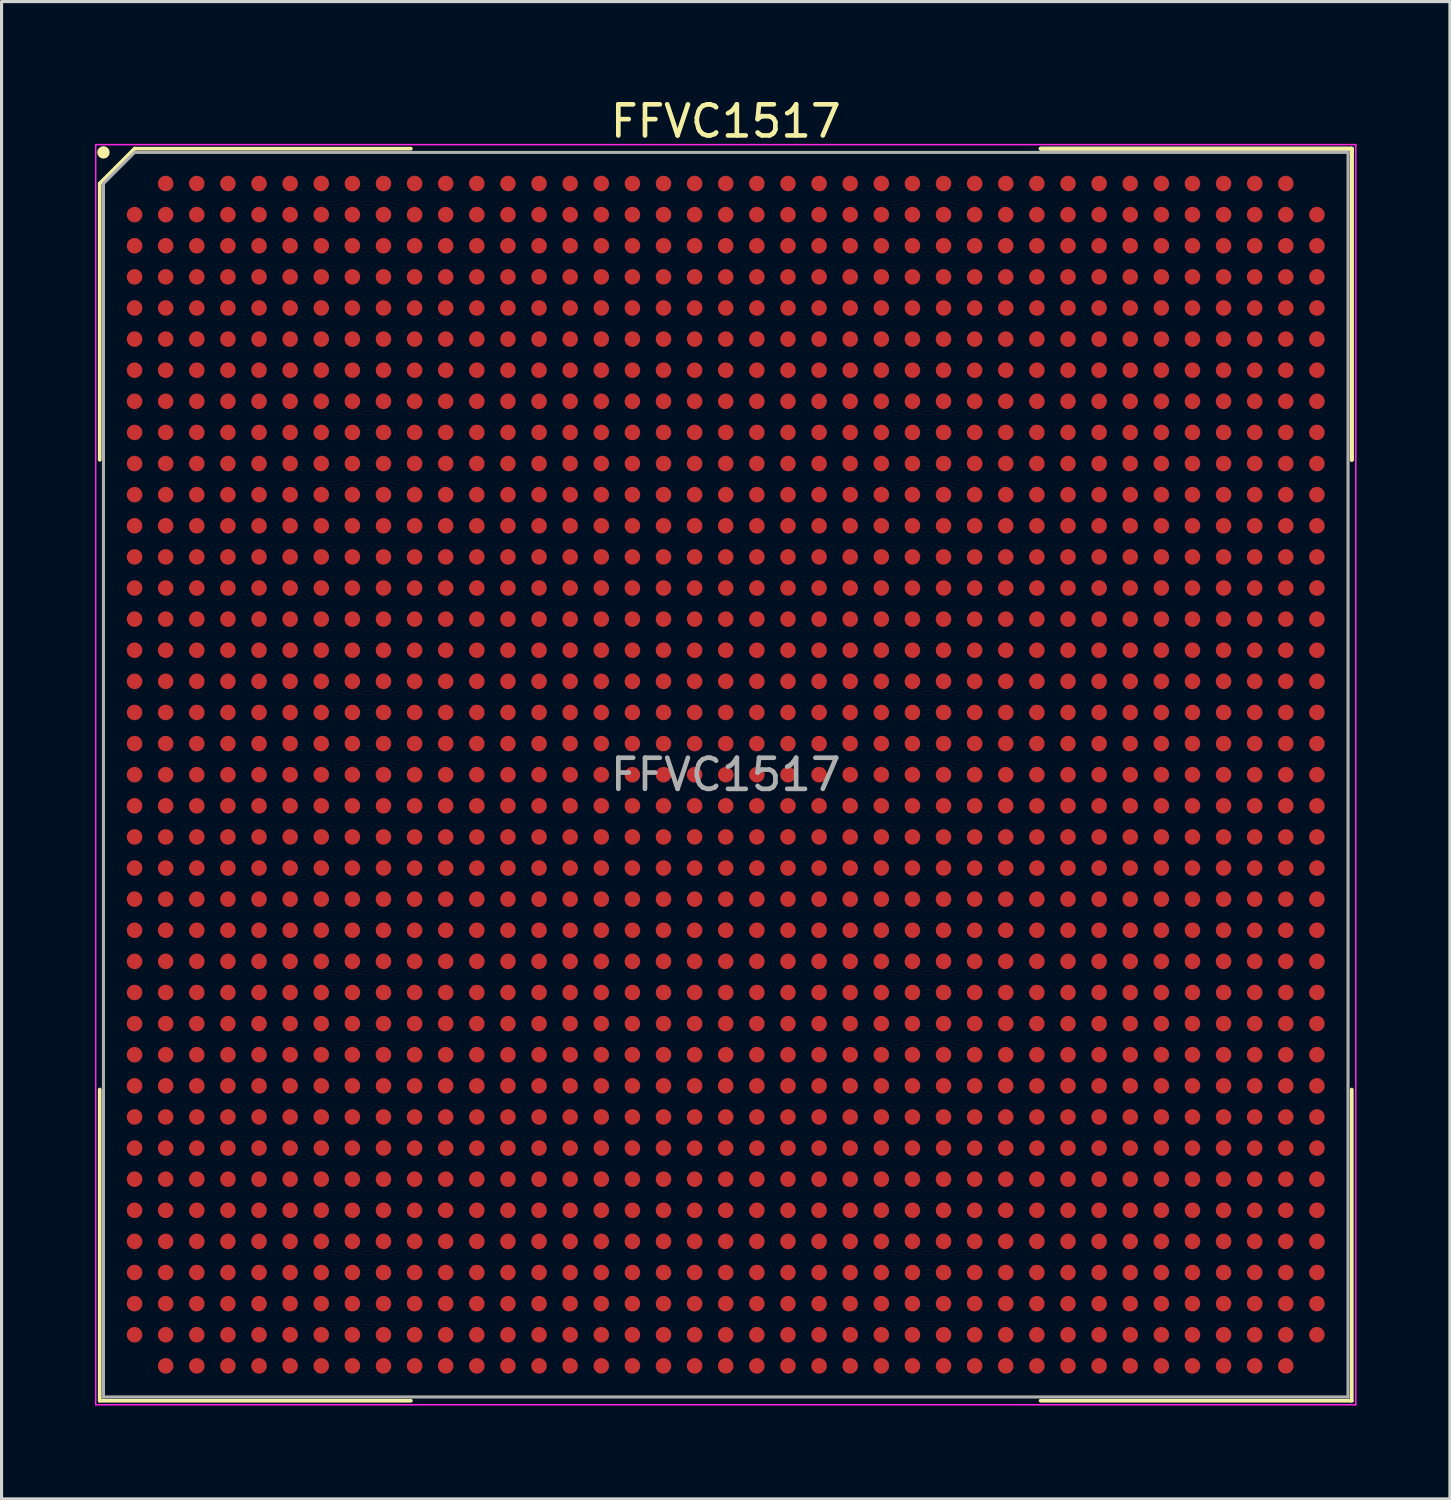
<source format=kicad_pcb>
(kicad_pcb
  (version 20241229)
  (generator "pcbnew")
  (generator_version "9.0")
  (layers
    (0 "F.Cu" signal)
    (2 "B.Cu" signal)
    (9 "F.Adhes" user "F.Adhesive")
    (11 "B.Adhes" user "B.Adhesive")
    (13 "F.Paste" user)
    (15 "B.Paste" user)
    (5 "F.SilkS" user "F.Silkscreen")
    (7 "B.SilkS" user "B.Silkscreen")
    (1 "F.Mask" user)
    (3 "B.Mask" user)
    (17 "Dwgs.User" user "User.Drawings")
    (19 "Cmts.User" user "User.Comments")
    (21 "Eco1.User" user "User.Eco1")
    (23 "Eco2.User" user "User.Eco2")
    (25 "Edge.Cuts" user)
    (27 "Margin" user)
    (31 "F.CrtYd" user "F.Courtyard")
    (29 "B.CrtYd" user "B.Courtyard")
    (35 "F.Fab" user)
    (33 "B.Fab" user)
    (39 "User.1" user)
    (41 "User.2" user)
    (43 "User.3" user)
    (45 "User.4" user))
  (footprint "FFVC1517"
    (layer "F.Cu")
    (at 20.275 21.848)
    (property "Reference" "FFVC1517" (at 0 -21 0) (layer "F.SilkS") (effects (font (size 1 1) (thickness 0.15))))
    (attr smd)
    (fp_line (start -20.12 -19) (end -20.12 -10.12) (stroke (width 0.12) (type solid)) (layer "F.SilkS"))
    (fp_line (start -20.12 20.12) (end -20.12 10.12) (stroke (width 0.12) (type solid)) (layer "F.SilkS"))
    (fp_line (start -19 -20.12) (end -20.12 -19) (stroke (width 0.12) (type solid)) (layer "F.SilkS"))
    (fp_line (start -10.12 -20.12) (end -19 -20.12) (stroke (width 0.12) (type solid)) (layer "F.SilkS"))
    (fp_line (start -10.12 20.12) (end -20.12 20.12) (stroke (width 0.12) (type solid)) (layer "F.SilkS"))
    (fp_line (start 10.12 -20.12) (end 20.12 -20.12) (stroke (width 0.12) (type solid)) (layer "F.SilkS"))
    (fp_line (start 10.12 -20.12) (end 20.12 -20.12) (stroke (width 0.12) (type solid)) (layer "F.SilkS"))
    (fp_line (start 10.12 -20.12) (end 20.12 -20.12) (stroke (width 0.12) (type solid)) (layer "F.SilkS"))
    (fp_line (start 10.12 20.12) (end 20.12 20.12) (stroke (width 0.12) (type solid)) (layer "F.SilkS"))
    (fp_line (start 20.12 -20.12) (end 20.12 -10.12) (stroke (width 0.12) (type solid)) (layer "F.SilkS"))
    (fp_line (start 20.12 -20.12) (end 20.12 -10.12) (stroke (width 0.12) (type solid)) (layer "F.SilkS"))
    (fp_line (start 20.12 -20.12) (end 20.12 -10.12) (stroke (width 0.12) (type solid)) (layer "F.SilkS"))
    (fp_line (start 20.12 20.12) (end 20.12 10.12) (stroke (width 0.12) (type solid)) (layer "F.SilkS"))
    (fp_circle (center -20 -20) (end -20 -19.9) (stroke (width 0.2) (type solid)) (fill no) (layer "F.SilkS"))
    (fp_line (start -20.25 -20.25) (end 20.25 -20.25) (stroke (width 0.05) (type solid)) (layer "F.CrtYd"))
    (fp_line (start -20.25 20.25) (end -20.25 -20.25) (stroke (width 0.05) (type solid)) (layer "F.CrtYd"))
    (fp_line (start 20.25 -20.25) (end 20.25 20.25) (stroke (width 0.05) (type solid)) (layer "F.CrtYd"))
    (fp_line (start 20.25 20.25) (end -20.25 20.25) (stroke (width 0.05) (type solid)) (layer "F.CrtYd"))
    (fp_line (start -20 -19) (end -20 20) (stroke (width 0.1) (type solid)) (layer "F.Fab"))
    (fp_line (start -20 20) (end 20 20) (stroke (width 0.1) (type solid)) (layer "F.Fab"))
    (fp_line (start -19 -20) (end -20 -19) (stroke (width 0.1) (type solid)) (layer "F.Fab"))
    (fp_line (start 20 -20) (end -19 -20) (stroke (width 0.1) (type solid)) (layer "F.Fab"))
    (fp_line (start 20 20) (end 20 -20) (stroke (width 0.1) (type solid)) (layer "F.Fab"))
    (fp_text user "${REFERENCE}" (at 0 0 0) (layer "F.Fab") (effects (font (size 1 1) (thickness 0.15))))
    (pad "A2" smd circle (at -18 -19) (size 0.5 0.5) (layers "F.Cu" "F.Mask" "F.Paste"))
    (pad "A3" smd circle (at -17 -19) (size 0.5 0.5) (layers "F.Cu" "F.Mask" "F.Paste"))
    (pad "A4" smd circle (at -16 -19) (size 0.5 0.5) (layers "F.Cu" "F.Mask" "F.Paste"))
    (pad "A5" smd circle (at -15 -19) (size 0.5 0.5) (layers "F.Cu" "F.Mask" "F.Paste"))
    (pad "A6" smd circle (at -14 -19) (size 0.5 0.5) (layers "F.Cu" "F.Mask" "F.Paste"))
    (pad "A7" smd circle (at -13 -19) (size 0.5 0.5) (layers "F.Cu" "F.Mask" "F.Paste"))
    (pad "A8" smd circle (at -12 -19) (size 0.5 0.5) (layers "F.Cu" "F.Mask" "F.Paste"))
    (pad "A9" smd circle (at -11 -19) (size 0.5 0.5) (layers "F.Cu" "F.Mask" "F.Paste"))
    (pad "A10" smd circle (at -10 -19) (size 0.5 0.5) (layers "F.Cu" "F.Mask" "F.Paste"))
    (pad "A11" smd circle (at -9 -19) (size 0.5 0.5) (layers "F.Cu" "F.Mask" "F.Paste"))
    (pad "A12" smd circle (at -8 -19) (size 0.5 0.5) (layers "F.Cu" "F.Mask" "F.Paste"))
    (pad "A13" smd circle (at -7 -19) (size 0.5 0.5) (layers "F.Cu" "F.Mask" "F.Paste"))
    (pad "A14" smd circle (at -6 -19) (size 0.5 0.5) (layers "F.Cu" "F.Mask" "F.Paste"))
    (pad "A15" smd circle (at -5 -19) (size 0.5 0.5) (layers "F.Cu" "F.Mask" "F.Paste"))
    (pad "A16" smd circle (at -4 -19) (size 0.5 0.5) (layers "F.Cu" "F.Mask" "F.Paste"))
    (pad "A17" smd circle (at -3 -19) (size 0.5 0.5) (layers "F.Cu" "F.Mask" "F.Paste"))
    (pad "A18" smd circle (at -2 -19) (size 0.5 0.5) (layers "F.Cu" "F.Mask" "F.Paste"))
    (pad "A19" smd circle (at -1 -19) (size 0.5 0.5) (layers "F.Cu" "F.Mask" "F.Paste"))
    (pad "A20" smd circle (at 0 -19) (size 0.5 0.5) (layers "F.Cu" "F.Mask" "F.Paste"))
    (pad "A21" smd circle (at 1 -19) (size 0.5 0.5) (layers "F.Cu" "F.Mask" "F.Paste"))
    (pad "A22" smd circle (at 2 -19) (size 0.5 0.5) (layers "F.Cu" "F.Mask" "F.Paste"))
    (pad "A23" smd circle (at 3 -19) (size 0.5 0.5) (layers "F.Cu" "F.Mask" "F.Paste"))
    (pad "A24" smd circle (at 4 -19) (size 0.5 0.5) (layers "F.Cu" "F.Mask" "F.Paste"))
    (pad "A25" smd circle (at 5 -19) (size 0.5 0.5) (layers "F.Cu" "F.Mask" "F.Paste"))
    (pad "A26" smd circle (at 6 -19) (size 0.5 0.5) (layers "F.Cu" "F.Mask" "F.Paste"))
    (pad "A27" smd circle (at 7 -19) (size 0.5 0.5) (layers "F.Cu" "F.Mask" "F.Paste"))
    (pad "A28" smd circle (at 8 -19) (size 0.5 0.5) (layers "F.Cu" "F.Mask" "F.Paste"))
    (pad "A29" smd circle (at 9 -19) (size 0.5 0.5) (layers "F.Cu" "F.Mask" "F.Paste"))
    (pad "A30" smd circle (at 10 -19) (size 0.5 0.5) (layers "F.Cu" "F.Mask" "F.Paste"))
    (pad "A31" smd circle (at 11 -19) (size 0.5 0.5) (layers "F.Cu" "F.Mask" "F.Paste"))
    (pad "A32" smd circle (at 12 -19) (size 0.5 0.5) (layers "F.Cu" "F.Mask" "F.Paste"))
    (pad "A33" smd circle (at 13 -19) (size 0.5 0.5) (layers "F.Cu" "F.Mask" "F.Paste"))
    (pad "A34" smd circle (at 14 -19) (size 0.5 0.5) (layers "F.Cu" "F.Mask" "F.Paste"))
    (pad "A35" smd circle (at 15 -19) (size 0.5 0.5) (layers "F.Cu" "F.Mask" "F.Paste"))
    (pad "A36" smd circle (at 16 -19) (size 0.5 0.5) (layers "F.Cu" "F.Mask" "F.Paste"))
    (pad "A37" smd circle (at 17 -19) (size 0.5 0.5) (layers "F.Cu" "F.Mask" "F.Paste"))
    (pad "A38" smd circle (at 18 -19) (size 0.5 0.5) (layers "F.Cu" "F.Mask" "F.Paste"))
    (pad "AA1" smd circle (at -19 1) (size 0.5 0.5) (layers "F.Cu" "F.Mask" "F.Paste"))
    (pad "AA2" smd circle (at -18 1) (size 0.5 0.5) (layers "F.Cu" "F.Mask" "F.Paste"))
    (pad "AA3" smd circle (at -17 1) (size 0.5 0.5) (layers "F.Cu" "F.Mask" "F.Paste"))
    (pad "AA4" smd circle (at -16 1) (size 0.5 0.5) (layers "F.Cu" "F.Mask" "F.Paste"))
    (pad "AA5" smd circle (at -15 1) (size 0.5 0.5) (layers "F.Cu" "F.Mask" "F.Paste"))
    (pad "AA6" smd circle (at -14 1) (size 0.5 0.5) (layers "F.Cu" "F.Mask" "F.Paste"))
    (pad "AA7" smd circle (at -13 1) (size 0.5 0.5) (layers "F.Cu" "F.Mask" "F.Paste"))
    (pad "AA8" smd circle (at -12 1) (size 0.5 0.5) (layers "F.Cu" "F.Mask" "F.Paste"))
    (pad "AA9" smd circle (at -11 1) (size 0.5 0.5) (layers "F.Cu" "F.Mask" "F.Paste"))
    (pad "AA10" smd circle (at -10 1) (size 0.5 0.5) (layers "F.Cu" "F.Mask" "F.Paste"))
    (pad "AA11" smd circle (at -9 1) (size 0.5 0.5) (layers "F.Cu" "F.Mask" "F.Paste"))
    (pad "AA12" smd circle (at -8 1) (size 0.5 0.5) (layers "F.Cu" "F.Mask" "F.Paste"))
    (pad "AA13" smd circle (at -7 1) (size 0.5 0.5) (layers "F.Cu" "F.Mask" "F.Paste"))
    (pad "AA14" smd circle (at -6 1) (size 0.5 0.5) (layers "F.Cu" "F.Mask" "F.Paste"))
    (pad "AA15" smd circle (at -5 1) (size 0.5 0.5) (layers "F.Cu" "F.Mask" "F.Paste"))
    (pad "AA16" smd circle (at -4 1) (size 0.5 0.5) (layers "F.Cu" "F.Mask" "F.Paste"))
    (pad "AA17" smd circle (at -3 1) (size 0.5 0.5) (layers "F.Cu" "F.Mask" "F.Paste"))
    (pad "AA18" smd circle (at -2 1) (size 0.5 0.5) (layers "F.Cu" "F.Mask" "F.Paste"))
    (pad "AA19" smd circle (at -1 1) (size 0.5 0.5) (layers "F.Cu" "F.Mask" "F.Paste"))
    (pad "AA20" smd circle (at 0 1) (size 0.5 0.5) (layers "F.Cu" "F.Mask" "F.Paste"))
    (pad "AA21" smd circle (at 1 1) (size 0.5 0.5) (layers "F.Cu" "F.Mask" "F.Paste"))
    (pad "AA22" smd circle (at 2 1) (size 0.5 0.5) (layers "F.Cu" "F.Mask" "F.Paste"))
    (pad "AA23" smd circle (at 3 1) (size 0.5 0.5) (layers "F.Cu" "F.Mask" "F.Paste"))
    (pad "AA24" smd circle (at 4 1) (size 0.5 0.5) (layers "F.Cu" "F.Mask" "F.Paste"))
    (pad "AA25" smd circle (at 5 1) (size 0.5 0.5) (layers "F.Cu" "F.Mask" "F.Paste"))
    (pad "AA26" smd circle (at 6 1) (size 0.5 0.5) (layers "F.Cu" "F.Mask" "F.Paste"))
    (pad "AA27" smd circle (at 7 1) (size 0.5 0.5) (layers "F.Cu" "F.Mask" "F.Paste"))
    (pad "AA28" smd circle (at 8 1) (size 0.5 0.5) (layers "F.Cu" "F.Mask" "F.Paste"))
    (pad "AA29" smd circle (at 9 1) (size 0.5 0.5) (layers "F.Cu" "F.Mask" "F.Paste"))
    (pad "AA30" smd circle (at 10 1) (size 0.5 0.5) (layers "F.Cu" "F.Mask" "F.Paste"))
    (pad "AA31" smd circle (at 11 1) (size 0.5 0.5) (layers "F.Cu" "F.Mask" "F.Paste"))
    (pad "AA32" smd circle (at 12 1) (size 0.5 0.5) (layers "F.Cu" "F.Mask" "F.Paste"))
    (pad "AA33" smd circle (at 13 1) (size 0.5 0.5) (layers "F.Cu" "F.Mask" "F.Paste"))
    (pad "AA34" smd circle (at 14 1) (size 0.5 0.5) (layers "F.Cu" "F.Mask" "F.Paste"))
    (pad "AA35" smd circle (at 15 1) (size 0.5 0.5) (layers "F.Cu" "F.Mask" "F.Paste"))
    (pad "AA36" smd circle (at 16 1) (size 0.5 0.5) (layers "F.Cu" "F.Mask" "F.Paste"))
    (pad "AA37" smd circle (at 17 1) (size 0.5 0.5) (layers "F.Cu" "F.Mask" "F.Paste"))
    (pad "AA38" smd circle (at 18 1) (size 0.5 0.5) (layers "F.Cu" "F.Mask" "F.Paste"))
    (pad "AA39" smd circle (at 19 1) (size 0.5 0.5) (layers "F.Cu" "F.Mask" "F.Paste"))
    (pad "AB1" smd circle (at -19 2) (size 0.5 0.5) (layers "F.Cu" "F.Mask" "F.Paste"))
    (pad "AB2" smd circle (at -18 2) (size 0.5 0.5) (layers "F.Cu" "F.Mask" "F.Paste"))
    (pad "AB3" smd circle (at -17 2) (size 0.5 0.5) (layers "F.Cu" "F.Mask" "F.Paste"))
    (pad "AB4" smd circle (at -16 2) (size 0.5 0.5) (layers "F.Cu" "F.Mask" "F.Paste"))
    (pad "AB5" smd circle (at -15 2) (size 0.5 0.5) (layers "F.Cu" "F.Mask" "F.Paste"))
    (pad "AB6" smd circle (at -14 2) (size 0.5 0.5) (layers "F.Cu" "F.Mask" "F.Paste"))
    (pad "AB7" smd circle (at -13 2) (size 0.5 0.5) (layers "F.Cu" "F.Mask" "F.Paste"))
    (pad "AB8" smd circle (at -12 2) (size 0.5 0.5) (layers "F.Cu" "F.Mask" "F.Paste"))
    (pad "AB9" smd circle (at -11 2) (size 0.5 0.5) (layers "F.Cu" "F.Mask" "F.Paste"))
    (pad "AB10" smd circle (at -10 2) (size 0.5 0.5) (layers "F.Cu" "F.Mask" "F.Paste"))
    (pad "AB11" smd circle (at -9 2) (size 0.5 0.5) (layers "F.Cu" "F.Mask" "F.Paste"))
    (pad "AB12" smd circle (at -8 2) (size 0.5 0.5) (layers "F.Cu" "F.Mask" "F.Paste"))
    (pad "AB13" smd circle (at -7 2) (size 0.5 0.5) (layers "F.Cu" "F.Mask" "F.Paste"))
    (pad "AB14" smd circle (at -6 2) (size 0.5 0.5) (layers "F.Cu" "F.Mask" "F.Paste"))
    (pad "AB15" smd circle (at -5 2) (size 0.5 0.5) (layers "F.Cu" "F.Mask" "F.Paste"))
    (pad "AB16" smd circle (at -4 2) (size 0.5 0.5) (layers "F.Cu" "F.Mask" "F.Paste"))
    (pad "AB17" smd circle (at -3 2) (size 0.5 0.5) (layers "F.Cu" "F.Mask" "F.Paste"))
    (pad "AB18" smd circle (at -2 2) (size 0.5 0.5) (layers "F.Cu" "F.Mask" "F.Paste"))
    (pad "AB19" smd circle (at -1 2) (size 0.5 0.5) (layers "F.Cu" "F.Mask" "F.Paste"))
    (pad "AB20" smd circle (at 0 2) (size 0.5 0.5) (layers "F.Cu" "F.Mask" "F.Paste"))
    (pad "AB21" smd circle (at 1 2) (size 0.5 0.5) (layers "F.Cu" "F.Mask" "F.Paste"))
    (pad "AB22" smd circle (at 2 2) (size 0.5 0.5) (layers "F.Cu" "F.Mask" "F.Paste"))
    (pad "AB23" smd circle (at 3 2) (size 0.5 0.5) (layers "F.Cu" "F.Mask" "F.Paste"))
    (pad "AB24" smd circle (at 4 2) (size 0.5 0.5) (layers "F.Cu" "F.Mask" "F.Paste"))
    (pad "AB25" smd circle (at 5 2) (size 0.5 0.5) (layers "F.Cu" "F.Mask" "F.Paste"))
    (pad "AB26" smd circle (at 6 2) (size 0.5 0.5) (layers "F.Cu" "F.Mask" "F.Paste"))
    (pad "AB27" smd circle (at 7 2) (size 0.5 0.5) (layers "F.Cu" "F.Mask" "F.Paste"))
    (pad "AB28" smd circle (at 8 2) (size 0.5 0.5) (layers "F.Cu" "F.Mask" "F.Paste"))
    (pad "AB29" smd circle (at 9 2) (size 0.5 0.5) (layers "F.Cu" "F.Mask" "F.Paste"))
    (pad "AB30" smd circle (at 10 2) (size 0.5 0.5) (layers "F.Cu" "F.Mask" "F.Paste"))
    (pad "AB31" smd circle (at 11 2) (size 0.5 0.5) (layers "F.Cu" "F.Mask" "F.Paste"))
    (pad "AB32" smd circle (at 12 2) (size 0.5 0.5) (layers "F.Cu" "F.Mask" "F.Paste"))
    (pad "AB33" smd circle (at 13 2) (size 0.5 0.5) (layers "F.Cu" "F.Mask" "F.Paste"))
    (pad "AB34" smd circle (at 14 2) (size 0.5 0.5) (layers "F.Cu" "F.Mask" "F.Paste"))
    (pad "AB35" smd circle (at 15 2) (size 0.5 0.5) (layers "F.Cu" "F.Mask" "F.Paste"))
    (pad "AB36" smd circle (at 16 2) (size 0.5 0.5) (layers "F.Cu" "F.Mask" "F.Paste"))
    (pad "AB37" smd circle (at 17 2) (size 0.5 0.5) (layers "F.Cu" "F.Mask" "F.Paste"))
    (pad "AB38" smd circle (at 18 2) (size 0.5 0.5) (layers "F.Cu" "F.Mask" "F.Paste"))
    (pad "AB39" smd circle (at 19 2) (size 0.5 0.5) (layers "F.Cu" "F.Mask" "F.Paste"))
    (pad "AC1" smd circle (at -19 3) (size 0.5 0.5) (layers "F.Cu" "F.Mask" "F.Paste"))
    (pad "AC2" smd circle (at -18 3) (size 0.5 0.5) (layers "F.Cu" "F.Mask" "F.Paste"))
    (pad "AC3" smd circle (at -17 3) (size 0.5 0.5) (layers "F.Cu" "F.Mask" "F.Paste"))
    (pad "AC4" smd circle (at -16 3) (size 0.5 0.5) (layers "F.Cu" "F.Mask" "F.Paste"))
    (pad "AC5" smd circle (at -15 3) (size 0.5 0.5) (layers "F.Cu" "F.Mask" "F.Paste"))
    (pad "AC6" smd circle (at -14 3) (size 0.5 0.5) (layers "F.Cu" "F.Mask" "F.Paste"))
    (pad "AC7" smd circle (at -13 3) (size 0.5 0.5) (layers "F.Cu" "F.Mask" "F.Paste"))
    (pad "AC8" smd circle (at -12 3) (size 0.5 0.5) (layers "F.Cu" "F.Mask" "F.Paste"))
    (pad "AC9" smd circle (at -11 3) (size 0.5 0.5) (layers "F.Cu" "F.Mask" "F.Paste"))
    (pad "AC10" smd circle (at -10 3) (size 0.5 0.5) (layers "F.Cu" "F.Mask" "F.Paste"))
    (pad "AC11" smd circle (at -9 3) (size 0.5 0.5) (layers "F.Cu" "F.Mask" "F.Paste"))
    (pad "AC12" smd circle (at -8 3) (size 0.5 0.5) (layers "F.Cu" "F.Mask" "F.Paste"))
    (pad "AC13" smd circle (at -7 3) (size 0.5 0.5) (layers "F.Cu" "F.Mask" "F.Paste"))
    (pad "AC14" smd circle (at -6 3) (size 0.5 0.5) (layers "F.Cu" "F.Mask" "F.Paste"))
    (pad "AC15" smd circle (at -5 3) (size 0.5 0.5) (layers "F.Cu" "F.Mask" "F.Paste"))
    (pad "AC16" smd circle (at -4 3) (size 0.5 0.5) (layers "F.Cu" "F.Mask" "F.Paste"))
    (pad "AC17" smd circle (at -3 3) (size 0.5 0.5) (layers "F.Cu" "F.Mask" "F.Paste"))
    (pad "AC18" smd circle (at -2 3) (size 0.5 0.5) (layers "F.Cu" "F.Mask" "F.Paste"))
    (pad "AC19" smd circle (at -1 3) (size 0.5 0.5) (layers "F.Cu" "F.Mask" "F.Paste"))
    (pad "AC20" smd circle (at 0 3) (size 0.5 0.5) (layers "F.Cu" "F.Mask" "F.Paste"))
    (pad "AC21" smd circle (at 1 3) (size 0.5 0.5) (layers "F.Cu" "F.Mask" "F.Paste"))
    (pad "AC22" smd circle (at 2 3) (size 0.5 0.5) (layers "F.Cu" "F.Mask" "F.Paste"))
    (pad "AC23" smd circle (at 3 3) (size 0.5 0.5) (layers "F.Cu" "F.Mask" "F.Paste"))
    (pad "AC24" smd circle (at 4 3) (size 0.5 0.5) (layers "F.Cu" "F.Mask" "F.Paste"))
    (pad "AC25" smd circle (at 5 3) (size 0.5 0.5) (layers "F.Cu" "F.Mask" "F.Paste"))
    (pad "AC26" smd circle (at 6 3) (size 0.5 0.5) (layers "F.Cu" "F.Mask" "F.Paste"))
    (pad "AC27" smd circle (at 7 3) (size 0.5 0.5) (layers "F.Cu" "F.Mask" "F.Paste"))
    (pad "AC28" smd circle (at 8 3) (size 0.5 0.5) (layers "F.Cu" "F.Mask" "F.Paste"))
    (pad "AC29" smd circle (at 9 3) (size 0.5 0.5) (layers "F.Cu" "F.Mask" "F.Paste"))
    (pad "AC30" smd circle (at 10 3) (size 0.5 0.5) (layers "F.Cu" "F.Mask" "F.Paste"))
    (pad "AC31" smd circle (at 11 3) (size 0.5 0.5) (layers "F.Cu" "F.Mask" "F.Paste"))
    (pad "AC32" smd circle (at 12 3) (size 0.5 0.5) (layers "F.Cu" "F.Mask" "F.Paste"))
    (pad "AC33" smd circle (at 13 3) (size 0.5 0.5) (layers "F.Cu" "F.Mask" "F.Paste"))
    (pad "AC34" smd circle (at 14 3) (size 0.5 0.5) (layers "F.Cu" "F.Mask" "F.Paste"))
    (pad "AC35" smd circle (at 15 3) (size 0.5 0.5) (layers "F.Cu" "F.Mask" "F.Paste"))
    (pad "AC36" smd circle (at 16 3) (size 0.5 0.5) (layers "F.Cu" "F.Mask" "F.Paste"))
    (pad "AC37" smd circle (at 17 3) (size 0.5 0.5) (layers "F.Cu" "F.Mask" "F.Paste"))
    (pad "AC38" smd circle (at 18 3) (size 0.5 0.5) (layers "F.Cu" "F.Mask" "F.Paste"))
    (pad "AC39" smd circle (at 19 3) (size 0.5 0.5) (layers "F.Cu" "F.Mask" "F.Paste"))
    (pad "AD1" smd circle (at -19 4) (size 0.5 0.5) (layers "F.Cu" "F.Mask" "F.Paste"))
    (pad "AD2" smd circle (at -18 4) (size 0.5 0.5) (layers "F.Cu" "F.Mask" "F.Paste"))
    (pad "AD3" smd circle (at -17 4) (size 0.5 0.5) (layers "F.Cu" "F.Mask" "F.Paste"))
    (pad "AD4" smd circle (at -16 4) (size 0.5 0.5) (layers "F.Cu" "F.Mask" "F.Paste"))
    (pad "AD5" smd circle (at -15 4) (size 0.5 0.5) (layers "F.Cu" "F.Mask" "F.Paste"))
    (pad "AD6" smd circle (at -14 4) (size 0.5 0.5) (layers "F.Cu" "F.Mask" "F.Paste"))
    (pad "AD7" smd circle (at -13 4) (size 0.5 0.5) (layers "F.Cu" "F.Mask" "F.Paste"))
    (pad "AD8" smd circle (at -12 4) (size 0.5 0.5) (layers "F.Cu" "F.Mask" "F.Paste"))
    (pad "AD9" smd circle (at -11 4) (size 0.5 0.5) (layers "F.Cu" "F.Mask" "F.Paste"))
    (pad "AD10" smd circle (at -10 4) (size 0.5 0.5) (layers "F.Cu" "F.Mask" "F.Paste"))
    (pad "AD11" smd circle (at -9 4) (size 0.5 0.5) (layers "F.Cu" "F.Mask" "F.Paste"))
    (pad "AD12" smd circle (at -8 4) (size 0.5 0.5) (layers "F.Cu" "F.Mask" "F.Paste"))
    (pad "AD13" smd circle (at -7 4) (size 0.5 0.5) (layers "F.Cu" "F.Mask" "F.Paste"))
    (pad "AD14" smd circle (at -6 4) (size 0.5 0.5) (layers "F.Cu" "F.Mask" "F.Paste"))
    (pad "AD15" smd circle (at -5 4) (size 0.5 0.5) (layers "F.Cu" "F.Mask" "F.Paste"))
    (pad "AD16" smd circle (at -4 4) (size 0.5 0.5) (layers "F.Cu" "F.Mask" "F.Paste"))
    (pad "AD17" smd circle (at -3 4) (size 0.5 0.5) (layers "F.Cu" "F.Mask" "F.Paste"))
    (pad "AD18" smd circle (at -2 4) (size 0.5 0.5) (layers "F.Cu" "F.Mask" "F.Paste"))
    (pad "AD19" smd circle (at -1 4) (size 0.5 0.5) (layers "F.Cu" "F.Mask" "F.Paste"))
    (pad "AD20" smd circle (at 0 4) (size 0.5 0.5) (layers "F.Cu" "F.Mask" "F.Paste"))
    (pad "AD21" smd circle (at 1 4) (size 0.5 0.5) (layers "F.Cu" "F.Mask" "F.Paste"))
    (pad "AD22" smd circle (at 2 4) (size 0.5 0.5) (layers "F.Cu" "F.Mask" "F.Paste"))
    (pad "AD23" smd circle (at 3 4) (size 0.5 0.5) (layers "F.Cu" "F.Mask" "F.Paste"))
    (pad "AD24" smd circle (at 4 4) (size 0.5 0.5) (layers "F.Cu" "F.Mask" "F.Paste"))
    (pad "AD25" smd circle (at 5 4) (size 0.5 0.5) (layers "F.Cu" "F.Mask" "F.Paste"))
    (pad "AD26" smd circle (at 6 4) (size 0.5 0.5) (layers "F.Cu" "F.Mask" "F.Paste"))
    (pad "AD27" smd circle (at 7 4) (size 0.5 0.5) (layers "F.Cu" "F.Mask" "F.Paste"))
    (pad "AD28" smd circle (at 8 4) (size 0.5 0.5) (layers "F.Cu" "F.Mask" "F.Paste"))
    (pad "AD29" smd circle (at 9 4) (size 0.5 0.5) (layers "F.Cu" "F.Mask" "F.Paste"))
    (pad "AD30" smd circle (at 10 4) (size 0.5 0.5) (layers "F.Cu" "F.Mask" "F.Paste"))
    (pad "AD31" smd circle (at 11 4) (size 0.5 0.5) (layers "F.Cu" "F.Mask" "F.Paste"))
    (pad "AD32" smd circle (at 12 4) (size 0.5 0.5) (layers "F.Cu" "F.Mask" "F.Paste"))
    (pad "AD33" smd circle (at 13 4) (size 0.5 0.5) (layers "F.Cu" "F.Mask" "F.Paste"))
    (pad "AD34" smd circle (at 14 4) (size 0.5 0.5) (layers "F.Cu" "F.Mask" "F.Paste"))
    (pad "AD35" smd circle (at 15 4) (size 0.5 0.5) (layers "F.Cu" "F.Mask" "F.Paste"))
    (pad "AD36" smd circle (at 16 4) (size 0.5 0.5) (layers "F.Cu" "F.Mask" "F.Paste"))
    (pad "AD37" smd circle (at 17 4) (size 0.5 0.5) (layers "F.Cu" "F.Mask" "F.Paste"))
    (pad "AD38" smd circle (at 18 4) (size 0.5 0.5) (layers "F.Cu" "F.Mask" "F.Paste"))
    (pad "AD39" smd circle (at 19 4) (size 0.5 0.5) (layers "F.Cu" "F.Mask" "F.Paste"))
    (pad "AE1" smd circle (at -19 5) (size 0.5 0.5) (layers "F.Cu" "F.Mask" "F.Paste"))
    (pad "AE2" smd circle (at -18 5) (size 0.5 0.5) (layers "F.Cu" "F.Mask" "F.Paste"))
    (pad "AE3" smd circle (at -17 5) (size 0.5 0.5) (layers "F.Cu" "F.Mask" "F.Paste"))
    (pad "AE4" smd circle (at -16 5) (size 0.5 0.5) (layers "F.Cu" "F.Mask" "F.Paste"))
    (pad "AE5" smd circle (at -15 5) (size 0.5 0.5) (layers "F.Cu" "F.Mask" "F.Paste"))
    (pad "AE6" smd circle (at -14 5) (size 0.5 0.5) (layers "F.Cu" "F.Mask" "F.Paste"))
    (pad "AE7" smd circle (at -13 5) (size 0.5 0.5) (layers "F.Cu" "F.Mask" "F.Paste"))
    (pad "AE8" smd circle (at -12 5) (size 0.5 0.5) (layers "F.Cu" "F.Mask" "F.Paste"))
    (pad "AE9" smd circle (at -11 5) (size 0.5 0.5) (layers "F.Cu" "F.Mask" "F.Paste"))
    (pad "AE10" smd circle (at -10 5) (size 0.5 0.5) (layers "F.Cu" "F.Mask" "F.Paste"))
    (pad "AE11" smd circle (at -9 5) (size 0.5 0.5) (layers "F.Cu" "F.Mask" "F.Paste"))
    (pad "AE12" smd circle (at -8 5) (size 0.5 0.5) (layers "F.Cu" "F.Mask" "F.Paste"))
    (pad "AE13" smd circle (at -7 5) (size 0.5 0.5) (layers "F.Cu" "F.Mask" "F.Paste"))
    (pad "AE14" smd circle (at -6 5) (size 0.5 0.5) (layers "F.Cu" "F.Mask" "F.Paste"))
    (pad "AE15" smd circle (at -5 5) (size 0.5 0.5) (layers "F.Cu" "F.Mask" "F.Paste"))
    (pad "AE16" smd circle (at -4 5) (size 0.5 0.5) (layers "F.Cu" "F.Mask" "F.Paste"))
    (pad "AE17" smd circle (at -3 5) (size 0.5 0.5) (layers "F.Cu" "F.Mask" "F.Paste"))
    (pad "AE18" smd circle (at -2 5) (size 0.5 0.5) (layers "F.Cu" "F.Mask" "F.Paste"))
    (pad "AE19" smd circle (at -1 5) (size 0.5 0.5) (layers "F.Cu" "F.Mask" "F.Paste"))
    (pad "AE20" smd circle (at 0 5) (size 0.5 0.5) (layers "F.Cu" "F.Mask" "F.Paste"))
    (pad "AE21" smd circle (at 1 5) (size 0.5 0.5) (layers "F.Cu" "F.Mask" "F.Paste"))
    (pad "AE22" smd circle (at 2 5) (size 0.5 0.5) (layers "F.Cu" "F.Mask" "F.Paste"))
    (pad "AE23" smd circle (at 3 5) (size 0.5 0.5) (layers "F.Cu" "F.Mask" "F.Paste"))
    (pad "AE24" smd circle (at 4 5) (size 0.5 0.5) (layers "F.Cu" "F.Mask" "F.Paste"))
    (pad "AE25" smd circle (at 5 5) (size 0.5 0.5) (layers "F.Cu" "F.Mask" "F.Paste"))
    (pad "AE26" smd circle (at 6 5) (size 0.5 0.5) (layers "F.Cu" "F.Mask" "F.Paste"))
    (pad "AE27" smd circle (at 7 5) (size 0.5 0.5) (layers "F.Cu" "F.Mask" "F.Paste"))
    (pad "AE28" smd circle (at 8 5) (size 0.5 0.5) (layers "F.Cu" "F.Mask" "F.Paste"))
    (pad "AE29" smd circle (at 9 5) (size 0.5 0.5) (layers "F.Cu" "F.Mask" "F.Paste"))
    (pad "AE30" smd circle (at 10 5) (size 0.5 0.5) (layers "F.Cu" "F.Mask" "F.Paste"))
    (pad "AE31" smd circle (at 11 5) (size 0.5 0.5) (layers "F.Cu" "F.Mask" "F.Paste"))
    (pad "AE32" smd circle (at 12 5) (size 0.5 0.5) (layers "F.Cu" "F.Mask" "F.Paste"))
    (pad "AE33" smd circle (at 13 5) (size 0.5 0.5) (layers "F.Cu" "F.Mask" "F.Paste"))
    (pad "AE34" smd circle (at 14 5) (size 0.5 0.5) (layers "F.Cu" "F.Mask" "F.Paste"))
    (pad "AE35" smd circle (at 15 5) (size 0.5 0.5) (layers "F.Cu" "F.Mask" "F.Paste"))
    (pad "AE36" smd circle (at 16 5) (size 0.5 0.5) (layers "F.Cu" "F.Mask" "F.Paste"))
    (pad "AE37" smd circle (at 17 5) (size 0.5 0.5) (layers "F.Cu" "F.Mask" "F.Paste"))
    (pad "AE38" smd circle (at 18 5) (size 0.5 0.5) (layers "F.Cu" "F.Mask" "F.Paste"))
    (pad "AE39" smd circle (at 19 5) (size 0.5 0.5) (layers "F.Cu" "F.Mask" "F.Paste"))
    (pad "AF1" smd circle (at -19 6) (size 0.5 0.5) (layers "F.Cu" "F.Mask" "F.Paste"))
    (pad "AF2" smd circle (at -18 6) (size 0.5 0.5) (layers "F.Cu" "F.Mask" "F.Paste"))
    (pad "AF3" smd circle (at -17 6) (size 0.5 0.5) (layers "F.Cu" "F.Mask" "F.Paste"))
    (pad "AF4" smd circle (at -16 6) (size 0.5 0.5) (layers "F.Cu" "F.Mask" "F.Paste"))
    (pad "AF5" smd circle (at -15 6) (size 0.5 0.5) (layers "F.Cu" "F.Mask" "F.Paste"))
    (pad "AF6" smd circle (at -14 6) (size 0.5 0.5) (layers "F.Cu" "F.Mask" "F.Paste"))
    (pad "AF7" smd circle (at -13 6) (size 0.5 0.5) (layers "F.Cu" "F.Mask" "F.Paste"))
    (pad "AF8" smd circle (at -12 6) (size 0.5 0.5) (layers "F.Cu" "F.Mask" "F.Paste"))
    (pad "AF9" smd circle (at -11 6) (size 0.5 0.5) (layers "F.Cu" "F.Mask" "F.Paste"))
    (pad "AF10" smd circle (at -10 6) (size 0.5 0.5) (layers "F.Cu" "F.Mask" "F.Paste"))
    (pad "AF11" smd circle (at -9 6) (size 0.5 0.5) (layers "F.Cu" "F.Mask" "F.Paste"))
    (pad "AF12" smd circle (at -8 6) (size 0.5 0.5) (layers "F.Cu" "F.Mask" "F.Paste"))
    (pad "AF13" smd circle (at -7 6) (size 0.5 0.5) (layers "F.Cu" "F.Mask" "F.Paste"))
    (pad "AF14" smd circle (at -6 6) (size 0.5 0.5) (layers "F.Cu" "F.Mask" "F.Paste"))
    (pad "AF15" smd circle (at -5 6) (size 0.5 0.5) (layers "F.Cu" "F.Mask" "F.Paste"))
    (pad "AF16" smd circle (at -4 6) (size 0.5 0.5) (layers "F.Cu" "F.Mask" "F.Paste"))
    (pad "AF17" smd circle (at -3 6) (size 0.5 0.5) (layers "F.Cu" "F.Mask" "F.Paste"))
    (pad "AF18" smd circle (at -2 6) (size 0.5 0.5) (layers "F.Cu" "F.Mask" "F.Paste"))
    (pad "AF19" smd circle (at -1 6) (size 0.5 0.5) (layers "F.Cu" "F.Mask" "F.Paste"))
    (pad "AF20" smd circle (at 0 6) (size 0.5 0.5) (layers "F.Cu" "F.Mask" "F.Paste"))
    (pad "AF21" smd circle (at 1 6) (size 0.5 0.5) (layers "F.Cu" "F.Mask" "F.Paste"))
    (pad "AF22" smd circle (at 2 6) (size 0.5 0.5) (layers "F.Cu" "F.Mask" "F.Paste"))
    (pad "AF23" smd circle (at 3 6) (size 0.5 0.5) (layers "F.Cu" "F.Mask" "F.Paste"))
    (pad "AF24" smd circle (at 4 6) (size 0.5 0.5) (layers "F.Cu" "F.Mask" "F.Paste"))
    (pad "AF25" smd circle (at 5 6) (size 0.5 0.5) (layers "F.Cu" "F.Mask" "F.Paste"))
    (pad "AF26" smd circle (at 6 6) (size 0.5 0.5) (layers "F.Cu" "F.Mask" "F.Paste"))
    (pad "AF27" smd circle (at 7 6) (size 0.5 0.5) (layers "F.Cu" "F.Mask" "F.Paste"))
    (pad "AF28" smd circle (at 8 6) (size 0.5 0.5) (layers "F.Cu" "F.Mask" "F.Paste"))
    (pad "AF29" smd circle (at 9 6) (size 0.5 0.5) (layers "F.Cu" "F.Mask" "F.Paste"))
    (pad "AF30" smd circle (at 10 6) (size 0.5 0.5) (layers "F.Cu" "F.Mask" "F.Paste"))
    (pad "AF31" smd circle (at 11 6) (size 0.5 0.5) (layers "F.Cu" "F.Mask" "F.Paste"))
    (pad "AF32" smd circle (at 12 6) (size 0.5 0.5) (layers "F.Cu" "F.Mask" "F.Paste"))
    (pad "AF33" smd circle (at 13 6) (size 0.5 0.5) (layers "F.Cu" "F.Mask" "F.Paste"))
    (pad "AF34" smd circle (at 14 6) (size 0.5 0.5) (layers "F.Cu" "F.Mask" "F.Paste"))
    (pad "AF35" smd circle (at 15 6) (size 0.5 0.5) (layers "F.Cu" "F.Mask" "F.Paste"))
    (pad "AF36" smd circle (at 16 6) (size 0.5 0.5) (layers "F.Cu" "F.Mask" "F.Paste"))
    (pad "AF37" smd circle (at 17 6) (size 0.5 0.5) (layers "F.Cu" "F.Mask" "F.Paste"))
    (pad "AF38" smd circle (at 18 6) (size 0.5 0.5) (layers "F.Cu" "F.Mask" "F.Paste"))
    (pad "AF39" smd circle (at 19 6) (size 0.5 0.5) (layers "F.Cu" "F.Mask" "F.Paste"))
    (pad "AG1" smd circle (at -19 7) (size 0.5 0.5) (layers "F.Cu" "F.Mask" "F.Paste"))
    (pad "AG2" smd circle (at -18 7) (size 0.5 0.5) (layers "F.Cu" "F.Mask" "F.Paste"))
    (pad "AG3" smd circle (at -17 7) (size 0.5 0.5) (layers "F.Cu" "F.Mask" "F.Paste"))
    (pad "AG4" smd circle (at -16 7) (size 0.5 0.5) (layers "F.Cu" "F.Mask" "F.Paste"))
    (pad "AG5" smd circle (at -15 7) (size 0.5 0.5) (layers "F.Cu" "F.Mask" "F.Paste"))
    (pad "AG6" smd circle (at -14 7) (size 0.5 0.5) (layers "F.Cu" "F.Mask" "F.Paste"))
    (pad "AG7" smd circle (at -13 7) (size 0.5 0.5) (layers "F.Cu" "F.Mask" "F.Paste"))
    (pad "AG8" smd circle (at -12 7) (size 0.5 0.5) (layers "F.Cu" "F.Mask" "F.Paste"))
    (pad "AG9" smd circle (at -11 7) (size 0.5 0.5) (layers "F.Cu" "F.Mask" "F.Paste"))
    (pad "AG10" smd circle (at -10 7) (size 0.5 0.5) (layers "F.Cu" "F.Mask" "F.Paste"))
    (pad "AG11" smd circle (at -9 7) (size 0.5 0.5) (layers "F.Cu" "F.Mask" "F.Paste"))
    (pad "AG12" smd circle (at -8 7) (size 0.5 0.5) (layers "F.Cu" "F.Mask" "F.Paste"))
    (pad "AG13" smd circle (at -7 7) (size 0.5 0.5) (layers "F.Cu" "F.Mask" "F.Paste"))
    (pad "AG14" smd circle (at -6 7) (size 0.5 0.5) (layers "F.Cu" "F.Mask" "F.Paste"))
    (pad "AG15" smd circle (at -5 7) (size 0.5 0.5) (layers "F.Cu" "F.Mask" "F.Paste"))
    (pad "AG16" smd circle (at -4 7) (size 0.5 0.5) (layers "F.Cu" "F.Mask" "F.Paste"))
    (pad "AG17" smd circle (at -3 7) (size 0.5 0.5) (layers "F.Cu" "F.Mask" "F.Paste"))
    (pad "AG18" smd circle (at -2 7) (size 0.5 0.5) (layers "F.Cu" "F.Mask" "F.Paste"))
    (pad "AG19" smd circle (at -1 7) (size 0.5 0.5) (layers "F.Cu" "F.Mask" "F.Paste"))
    (pad "AG20" smd circle (at 0 7) (size 0.5 0.5) (layers "F.Cu" "F.Mask" "F.Paste"))
    (pad "AG21" smd circle (at 1 7) (size 0.5 0.5) (layers "F.Cu" "F.Mask" "F.Paste"))
    (pad "AG22" smd circle (at 2 7) (size 0.5 0.5) (layers "F.Cu" "F.Mask" "F.Paste"))
    (pad "AG23" smd circle (at 3 7) (size 0.5 0.5) (layers "F.Cu" "F.Mask" "F.Paste"))
    (pad "AG24" smd circle (at 4 7) (size 0.5 0.5) (layers "F.Cu" "F.Mask" "F.Paste"))
    (pad "AG25" smd circle (at 5 7) (size 0.5 0.5) (layers "F.Cu" "F.Mask" "F.Paste"))
    (pad "AG26" smd circle (at 6 7) (size 0.5 0.5) (layers "F.Cu" "F.Mask" "F.Paste"))
    (pad "AG27" smd circle (at 7 7) (size 0.5 0.5) (layers "F.Cu" "F.Mask" "F.Paste"))
    (pad "AG28" smd circle (at 8 7) (size 0.5 0.5) (layers "F.Cu" "F.Mask" "F.Paste"))
    (pad "AG29" smd circle (at 9 7) (size 0.5 0.5) (layers "F.Cu" "F.Mask" "F.Paste"))
    (pad "AG30" smd circle (at 10 7) (size 0.5 0.5) (layers "F.Cu" "F.Mask" "F.Paste"))
    (pad "AG31" smd circle (at 11 7) (size 0.5 0.5) (layers "F.Cu" "F.Mask" "F.Paste"))
    (pad "AG32" smd circle (at 12 7) (size 0.5 0.5) (layers "F.Cu" "F.Mask" "F.Paste"))
    (pad "AG33" smd circle (at 13 7) (size 0.5 0.5) (layers "F.Cu" "F.Mask" "F.Paste"))
    (pad "AG34" smd circle (at 14 7) (size 0.5 0.5) (layers "F.Cu" "F.Mask" "F.Paste"))
    (pad "AG35" smd circle (at 15 7) (size 0.5 0.5) (layers "F.Cu" "F.Mask" "F.Paste"))
    (pad "AG36" smd circle (at 16 7) (size 0.5 0.5) (layers "F.Cu" "F.Mask" "F.Paste"))
    (pad "AG37" smd circle (at 17 7) (size 0.5 0.5) (layers "F.Cu" "F.Mask" "F.Paste"))
    (pad "AG38" smd circle (at 18 7) (size 0.5 0.5) (layers "F.Cu" "F.Mask" "F.Paste"))
    (pad "AG39" smd circle (at 19 7) (size 0.5 0.5) (layers "F.Cu" "F.Mask" "F.Paste"))
    (pad "AH1" smd circle (at -19 8) (size 0.5 0.5) (layers "F.Cu" "F.Mask" "F.Paste"))
    (pad "AH2" smd circle (at -18 8) (size 0.5 0.5) (layers "F.Cu" "F.Mask" "F.Paste"))
    (pad "AH3" smd circle (at -17 8) (size 0.5 0.5) (layers "F.Cu" "F.Mask" "F.Paste"))
    (pad "AH4" smd circle (at -16 8) (size 0.5 0.5) (layers "F.Cu" "F.Mask" "F.Paste"))
    (pad "AH5" smd circle (at -15 8) (size 0.5 0.5) (layers "F.Cu" "F.Mask" "F.Paste"))
    (pad "AH6" smd circle (at -14 8) (size 0.5 0.5) (layers "F.Cu" "F.Mask" "F.Paste"))
    (pad "AH7" smd circle (at -13 8) (size 0.5 0.5) (layers "F.Cu" "F.Mask" "F.Paste"))
    (pad "AH8" smd circle (at -12 8) (size 0.5 0.5) (layers "F.Cu" "F.Mask" "F.Paste"))
    (pad "AH9" smd circle (at -11 8) (size 0.5 0.5) (layers "F.Cu" "F.Mask" "F.Paste"))
    (pad "AH10" smd circle (at -10 8) (size 0.5 0.5) (layers "F.Cu" "F.Mask" "F.Paste"))
    (pad "AH11" smd circle (at -9 8) (size 0.5 0.5) (layers "F.Cu" "F.Mask" "F.Paste"))
    (pad "AH12" smd circle (at -8 8) (size 0.5 0.5) (layers "F.Cu" "F.Mask" "F.Paste"))
    (pad "AH13" smd circle (at -7 8) (size 0.5 0.5) (layers "F.Cu" "F.Mask" "F.Paste"))
    (pad "AH14" smd circle (at -6 8) (size 0.5 0.5) (layers "F.Cu" "F.Mask" "F.Paste"))
    (pad "AH15" smd circle (at -5 8) (size 0.5 0.5) (layers "F.Cu" "F.Mask" "F.Paste"))
    (pad "AH16" smd circle (at -4 8) (size 0.5 0.5) (layers "F.Cu" "F.Mask" "F.Paste"))
    (pad "AH17" smd circle (at -3 8) (size 0.5 0.5) (layers "F.Cu" "F.Mask" "F.Paste"))
    (pad "AH18" smd circle (at -2 8) (size 0.5 0.5) (layers "F.Cu" "F.Mask" "F.Paste"))
    (pad "AH19" smd circle (at -1 8) (size 0.5 0.5) (layers "F.Cu" "F.Mask" "F.Paste"))
    (pad "AH20" smd circle (at 0 8) (size 0.5 0.5) (layers "F.Cu" "F.Mask" "F.Paste"))
    (pad "AH21" smd circle (at 1 8) (size 0.5 0.5) (layers "F.Cu" "F.Mask" "F.Paste"))
    (pad "AH22" smd circle (at 2 8) (size 0.5 0.5) (layers "F.Cu" "F.Mask" "F.Paste"))
    (pad "AH23" smd circle (at 3 8) (size 0.5 0.5) (layers "F.Cu" "F.Mask" "F.Paste"))
    (pad "AH24" smd circle (at 4 8) (size 0.5 0.5) (layers "F.Cu" "F.Mask" "F.Paste"))
    (pad "AH25" smd circle (at 5 8) (size 0.5 0.5) (layers "F.Cu" "F.Mask" "F.Paste"))
    (pad "AH26" smd circle (at 6 8) (size 0.5 0.5) (layers "F.Cu" "F.Mask" "F.Paste"))
    (pad "AH27" smd circle (at 7 8) (size 0.5 0.5) (layers "F.Cu" "F.Mask" "F.Paste"))
    (pad "AH28" smd circle (at 8 8) (size 0.5 0.5) (layers "F.Cu" "F.Mask" "F.Paste"))
    (pad "AH29" smd circle (at 9 8) (size 0.5 0.5) (layers "F.Cu" "F.Mask" "F.Paste"))
    (pad "AH30" smd circle (at 10 8) (size 0.5 0.5) (layers "F.Cu" "F.Mask" "F.Paste"))
    (pad "AH31" smd circle (at 11 8) (size 0.5 0.5) (layers "F.Cu" "F.Mask" "F.Paste"))
    (pad "AH32" smd circle (at 12 8) (size 0.5 0.5) (layers "F.Cu" "F.Mask" "F.Paste"))
    (pad "AH33" smd circle (at 13 8) (size 0.5 0.5) (layers "F.Cu" "F.Mask" "F.Paste"))
    (pad "AH34" smd circle (at 14 8) (size 0.5 0.5) (layers "F.Cu" "F.Mask" "F.Paste"))
    (pad "AH35" smd circle (at 15 8) (size 0.5 0.5) (layers "F.Cu" "F.Mask" "F.Paste"))
    (pad "AH36" smd circle (at 16 8) (size 0.5 0.5) (layers "F.Cu" "F.Mask" "F.Paste"))
    (pad "AH37" smd circle (at 17 8) (size 0.5 0.5) (layers "F.Cu" "F.Mask" "F.Paste"))
    (pad "AH38" smd circle (at 18 8) (size 0.5 0.5) (layers "F.Cu" "F.Mask" "F.Paste"))
    (pad "AH39" smd circle (at 19 8) (size 0.5 0.5) (layers "F.Cu" "F.Mask" "F.Paste"))
    (pad "AJ1" smd circle (at -19 9) (size 0.5 0.5) (layers "F.Cu" "F.Mask" "F.Paste"))
    (pad "AJ2" smd circle (at -18 9) (size 0.5 0.5) (layers "F.Cu" "F.Mask" "F.Paste"))
    (pad "AJ3" smd circle (at -17 9) (size 0.5 0.5) (layers "F.Cu" "F.Mask" "F.Paste"))
    (pad "AJ4" smd circle (at -16 9) (size 0.5 0.5) (layers "F.Cu" "F.Mask" "F.Paste"))
    (pad "AJ5" smd circle (at -15 9) (size 0.5 0.5) (layers "F.Cu" "F.Mask" "F.Paste"))
    (pad "AJ6" smd circle (at -14 9) (size 0.5 0.5) (layers "F.Cu" "F.Mask" "F.Paste"))
    (pad "AJ7" smd circle (at -13 9) (size 0.5 0.5) (layers "F.Cu" "F.Mask" "F.Paste"))
    (pad "AJ8" smd circle (at -12 9) (size 0.5 0.5) (layers "F.Cu" "F.Mask" "F.Paste"))
    (pad "AJ9" smd circle (at -11 9) (size 0.5 0.5) (layers "F.Cu" "F.Mask" "F.Paste"))
    (pad "AJ10" smd circle (at -10 9) (size 0.5 0.5) (layers "F.Cu" "F.Mask" "F.Paste"))
    (pad "AJ11" smd circle (at -9 9) (size 0.5 0.5) (layers "F.Cu" "F.Mask" "F.Paste"))
    (pad "AJ12" smd circle (at -8 9) (size 0.5 0.5) (layers "F.Cu" "F.Mask" "F.Paste"))
    (pad "AJ13" smd circle (at -7 9) (size 0.5 0.5) (layers "F.Cu" "F.Mask" "F.Paste"))
    (pad "AJ14" smd circle (at -6 9) (size 0.5 0.5) (layers "F.Cu" "F.Mask" "F.Paste"))
    (pad "AJ15" smd circle (at -5 9) (size 0.5 0.5) (layers "F.Cu" "F.Mask" "F.Paste"))
    (pad "AJ16" smd circle (at -4 9) (size 0.5 0.5) (layers "F.Cu" "F.Mask" "F.Paste"))
    (pad "AJ17" smd circle (at -3 9) (size 0.5 0.5) (layers "F.Cu" "F.Mask" "F.Paste"))
    (pad "AJ18" smd circle (at -2 9) (size 0.5 0.5) (layers "F.Cu" "F.Mask" "F.Paste"))
    (pad "AJ19" smd circle (at -1 9) (size 0.5 0.5) (layers "F.Cu" "F.Mask" "F.Paste"))
    (pad "AJ20" smd circle (at 0 9) (size 0.5 0.5) (layers "F.Cu" "F.Mask" "F.Paste"))
    (pad "AJ21" smd circle (at 1 9) (size 0.5 0.5) (layers "F.Cu" "F.Mask" "F.Paste"))
    (pad "AJ22" smd circle (at 2 9) (size 0.5 0.5) (layers "F.Cu" "F.Mask" "F.Paste"))
    (pad "AJ23" smd circle (at 3 9) (size 0.5 0.5) (layers "F.Cu" "F.Mask" "F.Paste"))
    (pad "AJ24" smd circle (at 4 9) (size 0.5 0.5) (layers "F.Cu" "F.Mask" "F.Paste"))
    (pad "AJ25" smd circle (at 5 9) (size 0.5 0.5) (layers "F.Cu" "F.Mask" "F.Paste"))
    (pad "AJ26" smd circle (at 6 9) (size 0.5 0.5) (layers "F.Cu" "F.Mask" "F.Paste"))
    (pad "AJ27" smd circle (at 7 9) (size 0.5 0.5) (layers "F.Cu" "F.Mask" "F.Paste"))
    (pad "AJ28" smd circle (at 8 9) (size 0.5 0.5) (layers "F.Cu" "F.Mask" "F.Paste"))
    (pad "AJ29" smd circle (at 9 9) (size 0.5 0.5) (layers "F.Cu" "F.Mask" "F.Paste"))
    (pad "AJ30" smd circle (at 10 9) (size 0.5 0.5) (layers "F.Cu" "F.Mask" "F.Paste"))
    (pad "AJ31" smd circle (at 11 9) (size 0.5 0.5) (layers "F.Cu" "F.Mask" "F.Paste"))
    (pad "AJ32" smd circle (at 12 9) (size 0.5 0.5) (layers "F.Cu" "F.Mask" "F.Paste"))
    (pad "AJ33" smd circle (at 13 9) (size 0.5 0.5) (layers "F.Cu" "F.Mask" "F.Paste"))
    (pad "AJ34" smd circle (at 14 9) (size 0.5 0.5) (layers "F.Cu" "F.Mask" "F.Paste"))
    (pad "AJ35" smd circle (at 15 9) (size 0.5 0.5) (layers "F.Cu" "F.Mask" "F.Paste"))
    (pad "AJ36" smd circle (at 16 9) (size 0.5 0.5) (layers "F.Cu" "F.Mask" "F.Paste"))
    (pad "AJ37" smd circle (at 17 9) (size 0.5 0.5) (layers "F.Cu" "F.Mask" "F.Paste"))
    (pad "AJ38" smd circle (at 18 9) (size 0.5 0.5) (layers "F.Cu" "F.Mask" "F.Paste"))
    (pad "AJ39" smd circle (at 19 9) (size 0.5 0.5) (layers "F.Cu" "F.Mask" "F.Paste"))
    (pad "AK1" smd circle (at -19 10) (size 0.5 0.5) (layers "F.Cu" "F.Mask" "F.Paste"))
    (pad "AK2" smd circle (at -18 10) (size 0.5 0.5) (layers "F.Cu" "F.Mask" "F.Paste"))
    (pad "AK3" smd circle (at -17 10) (size 0.5 0.5) (layers "F.Cu" "F.Mask" "F.Paste"))
    (pad "AK4" smd circle (at -16 10) (size 0.5 0.5) (layers "F.Cu" "F.Mask" "F.Paste"))
    (pad "AK5" smd circle (at -15 10) (size 0.5 0.5) (layers "F.Cu" "F.Mask" "F.Paste"))
    (pad "AK6" smd circle (at -14 10) (size 0.5 0.5) (layers "F.Cu" "F.Mask" "F.Paste"))
    (pad "AK7" smd circle (at -13 10) (size 0.5 0.5) (layers "F.Cu" "F.Mask" "F.Paste"))
    (pad "AK8" smd circle (at -12 10) (size 0.5 0.5) (layers "F.Cu" "F.Mask" "F.Paste"))
    (pad "AK9" smd circle (at -11 10) (size 0.5 0.5) (layers "F.Cu" "F.Mask" "F.Paste"))
    (pad "AK10" smd circle (at -10 10) (size 0.5 0.5) (layers "F.Cu" "F.Mask" "F.Paste"))
    (pad "AK11" smd circle (at -9 10) (size 0.5 0.5) (layers "F.Cu" "F.Mask" "F.Paste"))
    (pad "AK12" smd circle (at -8 10) (size 0.5 0.5) (layers "F.Cu" "F.Mask" "F.Paste"))
    (pad "AK13" smd circle (at -7 10) (size 0.5 0.5) (layers "F.Cu" "F.Mask" "F.Paste"))
    (pad "AK14" smd circle (at -6 10) (size 0.5 0.5) (layers "F.Cu" "F.Mask" "F.Paste"))
    (pad "AK15" smd circle (at -5 10) (size 0.5 0.5) (layers "F.Cu" "F.Mask" "F.Paste"))
    (pad "AK16" smd circle (at -4 10) (size 0.5 0.5) (layers "F.Cu" "F.Mask" "F.Paste"))
    (pad "AK17" smd circle (at -3 10) (size 0.5 0.5) (layers "F.Cu" "F.Mask" "F.Paste"))
    (pad "AK18" smd circle (at -2 10) (size 0.5 0.5) (layers "F.Cu" "F.Mask" "F.Paste"))
    (pad "AK19" smd circle (at -1 10) (size 0.5 0.5) (layers "F.Cu" "F.Mask" "F.Paste"))
    (pad "AK20" smd circle (at 0 10) (size 0.5 0.5) (layers "F.Cu" "F.Mask" "F.Paste"))
    (pad "AK21" smd circle (at 1 10) (size 0.5 0.5) (layers "F.Cu" "F.Mask" "F.Paste"))
    (pad "AK22" smd circle (at 2 10) (size 0.5 0.5) (layers "F.Cu" "F.Mask" "F.Paste"))
    (pad "AK23" smd circle (at 3 10) (size 0.5 0.5) (layers "F.Cu" "F.Mask" "F.Paste"))
    (pad "AK24" smd circle (at 4 10) (size 0.5 0.5) (layers "F.Cu" "F.Mask" "F.Paste"))
    (pad "AK25" smd circle (at 5 10) (size 0.5 0.5) (layers "F.Cu" "F.Mask" "F.Paste"))
    (pad "AK26" smd circle (at 6 10) (size 0.5 0.5) (layers "F.Cu" "F.Mask" "F.Paste"))
    (pad "AK27" smd circle (at 7 10) (size 0.5 0.5) (layers "F.Cu" "F.Mask" "F.Paste"))
    (pad "AK28" smd circle (at 8 10) (size 0.5 0.5) (layers "F.Cu" "F.Mask" "F.Paste"))
    (pad "AK29" smd circle (at 9 10) (size 0.5 0.5) (layers "F.Cu" "F.Mask" "F.Paste"))
    (pad "AK30" smd circle (at 10 10) (size 0.5 0.5) (layers "F.Cu" "F.Mask" "F.Paste"))
    (pad "AK31" smd circle (at 11 10) (size 0.5 0.5) (layers "F.Cu" "F.Mask" "F.Paste"))
    (pad "AK32" smd circle (at 12 10) (size 0.5 0.5) (layers "F.Cu" "F.Mask" "F.Paste"))
    (pad "AK33" smd circle (at 13 10) (size 0.5 0.5) (layers "F.Cu" "F.Mask" "F.Paste"))
    (pad "AK34" smd circle (at 14 10) (size 0.5 0.5) (layers "F.Cu" "F.Mask" "F.Paste"))
    (pad "AK35" smd circle (at 15 10) (size 0.5 0.5) (layers "F.Cu" "F.Mask" "F.Paste"))
    (pad "AK36" smd circle (at 16 10) (size 0.5 0.5) (layers "F.Cu" "F.Mask" "F.Paste"))
    (pad "AK37" smd circle (at 17 10) (size 0.5 0.5) (layers "F.Cu" "F.Mask" "F.Paste"))
    (pad "AK38" smd circle (at 18 10) (size 0.5 0.5) (layers "F.Cu" "F.Mask" "F.Paste"))
    (pad "AK39" smd circle (at 19 10) (size 0.5 0.5) (layers "F.Cu" "F.Mask" "F.Paste"))
    (pad "AL1" smd circle (at -19 11) (size 0.5 0.5) (layers "F.Cu" "F.Mask" "F.Paste"))
    (pad "AL2" smd circle (at -18 11) (size 0.5 0.5) (layers "F.Cu" "F.Mask" "F.Paste"))
    (pad "AL3" smd circle (at -17 11) (size 0.5 0.5) (layers "F.Cu" "F.Mask" "F.Paste"))
    (pad "AL4" smd circle (at -16 11) (size 0.5 0.5) (layers "F.Cu" "F.Mask" "F.Paste"))
    (pad "AL5" smd circle (at -15 11) (size 0.5 0.5) (layers "F.Cu" "F.Mask" "F.Paste"))
    (pad "AL6" smd circle (at -14 11) (size 0.5 0.5) (layers "F.Cu" "F.Mask" "F.Paste"))
    (pad "AL7" smd circle (at -13 11) (size 0.5 0.5) (layers "F.Cu" "F.Mask" "F.Paste"))
    (pad "AL8" smd circle (at -12 11) (size 0.5 0.5) (layers "F.Cu" "F.Mask" "F.Paste"))
    (pad "AL9" smd circle (at -11 11) (size 0.5 0.5) (layers "F.Cu" "F.Mask" "F.Paste"))
    (pad "AL10" smd circle (at -10 11) (size 0.5 0.5) (layers "F.Cu" "F.Mask" "F.Paste"))
    (pad "AL11" smd circle (at -9 11) (size 0.5 0.5) (layers "F.Cu" "F.Mask" "F.Paste"))
    (pad "AL12" smd circle (at -8 11) (size 0.5 0.5) (layers "F.Cu" "F.Mask" "F.Paste"))
    (pad "AL13" smd circle (at -7 11) (size 0.5 0.5) (layers "F.Cu" "F.Mask" "F.Paste"))
    (pad "AL14" smd circle (at -6 11) (size 0.5 0.5) (layers "F.Cu" "F.Mask" "F.Paste"))
    (pad "AL15" smd circle (at -5 11) (size 0.5 0.5) (layers "F.Cu" "F.Mask" "F.Paste"))
    (pad "AL16" smd circle (at -4 11) (size 0.5 0.5) (layers "F.Cu" "F.Mask" "F.Paste"))
    (pad "AL17" smd circle (at -3 11) (size 0.5 0.5) (layers "F.Cu" "F.Mask" "F.Paste"))
    (pad "AL18" smd circle (at -2 11) (size 0.5 0.5) (layers "F.Cu" "F.Mask" "F.Paste"))
    (pad "AL19" smd circle (at -1 11) (size 0.5 0.5) (layers "F.Cu" "F.Mask" "F.Paste"))
    (pad "AL20" smd circle (at 0 11) (size 0.5 0.5) (layers "F.Cu" "F.Mask" "F.Paste"))
    (pad "AL21" smd circle (at 1 11) (size 0.5 0.5) (layers "F.Cu" "F.Mask" "F.Paste"))
    (pad "AL22" smd circle (at 2 11) (size 0.5 0.5) (layers "F.Cu" "F.Mask" "F.Paste"))
    (pad "AL23" smd circle (at 3 11) (size 0.5 0.5) (layers "F.Cu" "F.Mask" "F.Paste"))
    (pad "AL24" smd circle (at 4 11) (size 0.5 0.5) (layers "F.Cu" "F.Mask" "F.Paste"))
    (pad "AL25" smd circle (at 5 11) (size 0.5 0.5) (layers "F.Cu" "F.Mask" "F.Paste"))
    (pad "AL26" smd circle (at 6 11) (size 0.5 0.5) (layers "F.Cu" "F.Mask" "F.Paste"))
    (pad "AL27" smd circle (at 7 11) (size 0.5 0.5) (layers "F.Cu" "F.Mask" "F.Paste"))
    (pad "AL28" smd circle (at 8 11) (size 0.5 0.5) (layers "F.Cu" "F.Mask" "F.Paste"))
    (pad "AL29" smd circle (at 9 11) (size 0.5 0.5) (layers "F.Cu" "F.Mask" "F.Paste"))
    (pad "AL30" smd circle (at 10 11) (size 0.5 0.5) (layers "F.Cu" "F.Mask" "F.Paste"))
    (pad "AL31" smd circle (at 11 11) (size 0.5 0.5) (layers "F.Cu" "F.Mask" "F.Paste"))
    (pad "AL32" smd circle (at 12 11) (size 0.5 0.5) (layers "F.Cu" "F.Mask" "F.Paste"))
    (pad "AL33" smd circle (at 13 11) (size 0.5 0.5) (layers "F.Cu" "F.Mask" "F.Paste"))
    (pad "AL34" smd circle (at 14 11) (size 0.5 0.5) (layers "F.Cu" "F.Mask" "F.Paste"))
    (pad "AL35" smd circle (at 15 11) (size 0.5 0.5) (layers "F.Cu" "F.Mask" "F.Paste"))
    (pad "AL36" smd circle (at 16 11) (size 0.5 0.5) (layers "F.Cu" "F.Mask" "F.Paste"))
    (pad "AL37" smd circle (at 17 11) (size 0.5 0.5) (layers "F.Cu" "F.Mask" "F.Paste"))
    (pad "AL38" smd circle (at 18 11) (size 0.5 0.5) (layers "F.Cu" "F.Mask" "F.Paste"))
    (pad "AL39" smd circle (at 19 11) (size 0.5 0.5) (layers "F.Cu" "F.Mask" "F.Paste"))
    (pad "AM1" smd circle (at -19 12) (size 0.5 0.5) (layers "F.Cu" "F.Mask" "F.Paste"))
    (pad "AM2" smd circle (at -18 12) (size 0.5 0.5) (layers "F.Cu" "F.Mask" "F.Paste"))
    (pad "AM3" smd circle (at -17 12) (size 0.5 0.5) (layers "F.Cu" "F.Mask" "F.Paste"))
    (pad "AM4" smd circle (at -16 12) (size 0.5 0.5) (layers "F.Cu" "F.Mask" "F.Paste"))
    (pad "AM5" smd circle (at -15 12) (size 0.5 0.5) (layers "F.Cu" "F.Mask" "F.Paste"))
    (pad "AM6" smd circle (at -14 12) (size 0.5 0.5) (layers "F.Cu" "F.Mask" "F.Paste"))
    (pad "AM7" smd circle (at -13 12) (size 0.5 0.5) (layers "F.Cu" "F.Mask" "F.Paste"))
    (pad "AM8" smd circle (at -12 12) (size 0.5 0.5) (layers "F.Cu" "F.Mask" "F.Paste"))
    (pad "AM9" smd circle (at -11 12) (size 0.5 0.5) (layers "F.Cu" "F.Mask" "F.Paste"))
    (pad "AM10" smd circle (at -10 12) (size 0.5 0.5) (layers "F.Cu" "F.Mask" "F.Paste"))
    (pad "AM11" smd circle (at -9 12) (size 0.5 0.5) (layers "F.Cu" "F.Mask" "F.Paste"))
    (pad "AM12" smd circle (at -8 12) (size 0.5 0.5) (layers "F.Cu" "F.Mask" "F.Paste"))
    (pad "AM13" smd circle (at -7 12) (size 0.5 0.5) (layers "F.Cu" "F.Mask" "F.Paste"))
    (pad "AM14" smd circle (at -6 12) (size 0.5 0.5) (layers "F.Cu" "F.Mask" "F.Paste"))
    (pad "AM15" smd circle (at -5 12) (size 0.5 0.5) (layers "F.Cu" "F.Mask" "F.Paste"))
    (pad "AM16" smd circle (at -4 12) (size 0.5 0.5) (layers "F.Cu" "F.Mask" "F.Paste"))
    (pad "AM17" smd circle (at -3 12) (size 0.5 0.5) (layers "F.Cu" "F.Mask" "F.Paste"))
    (pad "AM18" smd circle (at -2 12) (size 0.5 0.5) (layers "F.Cu" "F.Mask" "F.Paste"))
    (pad "AM19" smd circle (at -1 12) (size 0.5 0.5) (layers "F.Cu" "F.Mask" "F.Paste"))
    (pad "AM20" smd circle (at 0 12) (size 0.5 0.5) (layers "F.Cu" "F.Mask" "F.Paste"))
    (pad "AM21" smd circle (at 1 12) (size 0.5 0.5) (layers "F.Cu" "F.Mask" "F.Paste"))
    (pad "AM22" smd circle (at 2 12) (size 0.5 0.5) (layers "F.Cu" "F.Mask" "F.Paste"))
    (pad "AM23" smd circle (at 3 12) (size 0.5 0.5) (layers "F.Cu" "F.Mask" "F.Paste"))
    (pad "AM24" smd circle (at 4 12) (size 0.5 0.5) (layers "F.Cu" "F.Mask" "F.Paste"))
    (pad "AM25" smd circle (at 5 12) (size 0.5 0.5) (layers "F.Cu" "F.Mask" "F.Paste"))
    (pad "AM26" smd circle (at 6 12) (size 0.5 0.5) (layers "F.Cu" "F.Mask" "F.Paste"))
    (pad "AM27" smd circle (at 7 12) (size 0.5 0.5) (layers "F.Cu" "F.Mask" "F.Paste"))
    (pad "AM28" smd circle (at 8 12) (size 0.5 0.5) (layers "F.Cu" "F.Mask" "F.Paste"))
    (pad "AM29" smd circle (at 9 12) (size 0.5 0.5) (layers "F.Cu" "F.Mask" "F.Paste"))
    (pad "AM30" smd circle (at 10 12) (size 0.5 0.5) (layers "F.Cu" "F.Mask" "F.Paste"))
    (pad "AM31" smd circle (at 11 12) (size 0.5 0.5) (layers "F.Cu" "F.Mask" "F.Paste"))
    (pad "AM32" smd circle (at 12 12) (size 0.5 0.5) (layers "F.Cu" "F.Mask" "F.Paste"))
    (pad "AM33" smd circle (at 13 12) (size 0.5 0.5) (layers "F.Cu" "F.Mask" "F.Paste"))
    (pad "AM34" smd circle (at 14 12) (size 0.5 0.5) (layers "F.Cu" "F.Mask" "F.Paste"))
    (pad "AM35" smd circle (at 15 12) (size 0.5 0.5) (layers "F.Cu" "F.Mask" "F.Paste"))
    (pad "AM36" smd circle (at 16 12) (size 0.5 0.5) (layers "F.Cu" "F.Mask" "F.Paste"))
    (pad "AM37" smd circle (at 17 12) (size 0.5 0.5) (layers "F.Cu" "F.Mask" "F.Paste"))
    (pad "AM38" smd circle (at 18 12) (size 0.5 0.5) (layers "F.Cu" "F.Mask" "F.Paste"))
    (pad "AM39" smd circle (at 19 12) (size 0.5 0.5) (layers "F.Cu" "F.Mask" "F.Paste"))
    (pad "AN1" smd circle (at -19 13) (size 0.5 0.5) (layers "F.Cu" "F.Mask" "F.Paste"))
    (pad "AN2" smd circle (at -18 13) (size 0.5 0.5) (layers "F.Cu" "F.Mask" "F.Paste"))
    (pad "AN3" smd circle (at -17 13) (size 0.5 0.5) (layers "F.Cu" "F.Mask" "F.Paste"))
    (pad "AN4" smd circle (at -16 13) (size 0.5 0.5) (layers "F.Cu" "F.Mask" "F.Paste"))
    (pad "AN5" smd circle (at -15 13) (size 0.5 0.5) (layers "F.Cu" "F.Mask" "F.Paste"))
    (pad "AN6" smd circle (at -14 13) (size 0.5 0.5) (layers "F.Cu" "F.Mask" "F.Paste"))
    (pad "AN7" smd circle (at -13 13) (size 0.5 0.5) (layers "F.Cu" "F.Mask" "F.Paste"))
    (pad "AN8" smd circle (at -12 13) (size 0.5 0.5) (layers "F.Cu" "F.Mask" "F.Paste"))
    (pad "AN9" smd circle (at -11 13) (size 0.5 0.5) (layers "F.Cu" "F.Mask" "F.Paste"))
    (pad "AN10" smd circle (at -10 13) (size 0.5 0.5) (layers "F.Cu" "F.Mask" "F.Paste"))
    (pad "AN11" smd circle (at -9 13) (size 0.5 0.5) (layers "F.Cu" "F.Mask" "F.Paste"))
    (pad "AN12" smd circle (at -8 13) (size 0.5 0.5) (layers "F.Cu" "F.Mask" "F.Paste"))
    (pad "AN13" smd circle (at -7 13) (size 0.5 0.5) (layers "F.Cu" "F.Mask" "F.Paste"))
    (pad "AN14" smd circle (at -6 13) (size 0.5 0.5) (layers "F.Cu" "F.Mask" "F.Paste"))
    (pad "AN15" smd circle (at -5 13) (size 0.5 0.5) (layers "F.Cu" "F.Mask" "F.Paste"))
    (pad "AN16" smd circle (at -4 13) (size 0.5 0.5) (layers "F.Cu" "F.Mask" "F.Paste"))
    (pad "AN17" smd circle (at -3 13) (size 0.5 0.5) (layers "F.Cu" "F.Mask" "F.Paste"))
    (pad "AN18" smd circle (at -2 13) (size 0.5 0.5) (layers "F.Cu" "F.Mask" "F.Paste"))
    (pad "AN19" smd circle (at -1 13) (size 0.5 0.5) (layers "F.Cu" "F.Mask" "F.Paste"))
    (pad "AN20" smd circle (at 0 13) (size 0.5 0.5) (layers "F.Cu" "F.Mask" "F.Paste"))
    (pad "AN21" smd circle (at 1 13) (size 0.5 0.5) (layers "F.Cu" "F.Mask" "F.Paste"))
    (pad "AN22" smd circle (at 2 13) (size 0.5 0.5) (layers "F.Cu" "F.Mask" "F.Paste"))
    (pad "AN23" smd circle (at 3 13) (size 0.5 0.5) (layers "F.Cu" "F.Mask" "F.Paste"))
    (pad "AN24" smd circle (at 4 13) (size 0.5 0.5) (layers "F.Cu" "F.Mask" "F.Paste"))
    (pad "AN25" smd circle (at 5 13) (size 0.5 0.5) (layers "F.Cu" "F.Mask" "F.Paste"))
    (pad "AN26" smd circle (at 6 13) (size 0.5 0.5) (layers "F.Cu" "F.Mask" "F.Paste"))
    (pad "AN27" smd circle (at 7 13) (size 0.5 0.5) (layers "F.Cu" "F.Mask" "F.Paste"))
    (pad "AN28" smd circle (at 8 13) (size 0.5 0.5) (layers "F.Cu" "F.Mask" "F.Paste"))
    (pad "AN29" smd circle (at 9 13) (size 0.5 0.5) (layers "F.Cu" "F.Mask" "F.Paste"))
    (pad "AN30" smd circle (at 10 13) (size 0.5 0.5) (layers "F.Cu" "F.Mask" "F.Paste"))
    (pad "AN31" smd circle (at 11 13) (size 0.5 0.5) (layers "F.Cu" "F.Mask" "F.Paste"))
    (pad "AN32" smd circle (at 12 13) (size 0.5 0.5) (layers "F.Cu" "F.Mask" "F.Paste"))
    (pad "AN33" smd circle (at 13 13) (size 0.5 0.5) (layers "F.Cu" "F.Mask" "F.Paste"))
    (pad "AN34" smd circle (at 14 13) (size 0.5 0.5) (layers "F.Cu" "F.Mask" "F.Paste"))
    (pad "AN35" smd circle (at 15 13) (size 0.5 0.5) (layers "F.Cu" "F.Mask" "F.Paste"))
    (pad "AN36" smd circle (at 16 13) (size 0.5 0.5) (layers "F.Cu" "F.Mask" "F.Paste"))
    (pad "AN37" smd circle (at 17 13) (size 0.5 0.5) (layers "F.Cu" "F.Mask" "F.Paste"))
    (pad "AN38" smd circle (at 18 13) (size 0.5 0.5) (layers "F.Cu" "F.Mask" "F.Paste"))
    (pad "AN39" smd circle (at 19 13) (size 0.5 0.5) (layers "F.Cu" "F.Mask" "F.Paste"))
    (pad "AP1" smd circle (at -19 14) (size 0.5 0.5) (layers "F.Cu" "F.Mask" "F.Paste"))
    (pad "AP2" smd circle (at -18 14) (size 0.5 0.5) (layers "F.Cu" "F.Mask" "F.Paste"))
    (pad "AP3" smd circle (at -17 14) (size 0.5 0.5) (layers "F.Cu" "F.Mask" "F.Paste"))
    (pad "AP4" smd circle (at -16 14) (size 0.5 0.5) (layers "F.Cu" "F.Mask" "F.Paste"))
    (pad "AP5" smd circle (at -15 14) (size 0.5 0.5) (layers "F.Cu" "F.Mask" "F.Paste"))
    (pad "AP6" smd circle (at -14 14) (size 0.5 0.5) (layers "F.Cu" "F.Mask" "F.Paste"))
    (pad "AP7" smd circle (at -13 14) (size 0.5 0.5) (layers "F.Cu" "F.Mask" "F.Paste"))
    (pad "AP8" smd circle (at -12 14) (size 0.5 0.5) (layers "F.Cu" "F.Mask" "F.Paste"))
    (pad "AP9" smd circle (at -11 14) (size 0.5 0.5) (layers "F.Cu" "F.Mask" "F.Paste"))
    (pad "AP10" smd circle (at -10 14) (size 0.5 0.5) (layers "F.Cu" "F.Mask" "F.Paste"))
    (pad "AP11" smd circle (at -9 14) (size 0.5 0.5) (layers "F.Cu" "F.Mask" "F.Paste"))
    (pad "AP12" smd circle (at -8 14) (size 0.5 0.5) (layers "F.Cu" "F.Mask" "F.Paste"))
    (pad "AP13" smd circle (at -7 14) (size 0.5 0.5) (layers "F.Cu" "F.Mask" "F.Paste"))
    (pad "AP14" smd circle (at -6 14) (size 0.5 0.5) (layers "F.Cu" "F.Mask" "F.Paste"))
    (pad "AP15" smd circle (at -5 14) (size 0.5 0.5) (layers "F.Cu" "F.Mask" "F.Paste"))
    (pad "AP16" smd circle (at -4 14) (size 0.5 0.5) (layers "F.Cu" "F.Mask" "F.Paste"))
    (pad "AP17" smd circle (at -3 14) (size 0.5 0.5) (layers "F.Cu" "F.Mask" "F.Paste"))
    (pad "AP18" smd circle (at -2 14) (size 0.5 0.5) (layers "F.Cu" "F.Mask" "F.Paste"))
    (pad "AP19" smd circle (at -1 14) (size 0.5 0.5) (layers "F.Cu" "F.Mask" "F.Paste"))
    (pad "AP20" smd circle (at 0 14) (size 0.5 0.5) (layers "F.Cu" "F.Mask" "F.Paste"))
    (pad "AP21" smd circle (at 1 14) (size 0.5 0.5) (layers "F.Cu" "F.Mask" "F.Paste"))
    (pad "AP22" smd circle (at 2 14) (size 0.5 0.5) (layers "F.Cu" "F.Mask" "F.Paste"))
    (pad "AP23" smd circle (at 3 14) (size 0.5 0.5) (layers "F.Cu" "F.Mask" "F.Paste"))
    (pad "AP24" smd circle (at 4 14) (size 0.5 0.5) (layers "F.Cu" "F.Mask" "F.Paste"))
    (pad "AP25" smd circle (at 5 14) (size 0.5 0.5) (layers "F.Cu" "F.Mask" "F.Paste"))
    (pad "AP26" smd circle (at 6 14) (size 0.5 0.5) (layers "F.Cu" "F.Mask" "F.Paste"))
    (pad "AP27" smd circle (at 7 14) (size 0.5 0.5) (layers "F.Cu" "F.Mask" "F.Paste"))
    (pad "AP28" smd circle (at 8 14) (size 0.5 0.5) (layers "F.Cu" "F.Mask" "F.Paste"))
    (pad "AP29" smd circle (at 9 14) (size 0.5 0.5) (layers "F.Cu" "F.Mask" "F.Paste"))
    (pad "AP30" smd circle (at 10 14) (size 0.5 0.5) (layers "F.Cu" "F.Mask" "F.Paste"))
    (pad "AP31" smd circle (at 11 14) (size 0.5 0.5) (layers "F.Cu" "F.Mask" "F.Paste"))
    (pad "AP32" smd circle (at 12 14) (size 0.5 0.5) (layers "F.Cu" "F.Mask" "F.Paste"))
    (pad "AP33" smd circle (at 13 14) (size 0.5 0.5) (layers "F.Cu" "F.Mask" "F.Paste"))
    (pad "AP34" smd circle (at 14 14) (size 0.5 0.5) (layers "F.Cu" "F.Mask" "F.Paste"))
    (pad "AP35" smd circle (at 15 14) (size 0.5 0.5) (layers "F.Cu" "F.Mask" "F.Paste"))
    (pad "AP36" smd circle (at 16 14) (size 0.5 0.5) (layers "F.Cu" "F.Mask" "F.Paste"))
    (pad "AP37" smd circle (at 17 14) (size 0.5 0.5) (layers "F.Cu" "F.Mask" "F.Paste"))
    (pad "AP38" smd circle (at 18 14) (size 0.5 0.5) (layers "F.Cu" "F.Mask" "F.Paste"))
    (pad "AP39" smd circle (at 19 14) (size 0.5 0.5) (layers "F.Cu" "F.Mask" "F.Paste"))
    (pad "AR1" smd circle (at -19 15) (size 0.5 0.5) (layers "F.Cu" "F.Mask" "F.Paste"))
    (pad "AR2" smd circle (at -18 15) (size 0.5 0.5) (layers "F.Cu" "F.Mask" "F.Paste"))
    (pad "AR3" smd circle (at -17 15) (size 0.5 0.5) (layers "F.Cu" "F.Mask" "F.Paste"))
    (pad "AR4" smd circle (at -16 15) (size 0.5 0.5) (layers "F.Cu" "F.Mask" "F.Paste"))
    (pad "AR5" smd circle (at -15 15) (size 0.5 0.5) (layers "F.Cu" "F.Mask" "F.Paste"))
    (pad "AR6" smd circle (at -14 15) (size 0.5 0.5) (layers "F.Cu" "F.Mask" "F.Paste"))
    (pad "AR7" smd circle (at -13 15) (size 0.5 0.5) (layers "F.Cu" "F.Mask" "F.Paste"))
    (pad "AR8" smd circle (at -12 15) (size 0.5 0.5) (layers "F.Cu" "F.Mask" "F.Paste"))
    (pad "AR9" smd circle (at -11 15) (size 0.5 0.5) (layers "F.Cu" "F.Mask" "F.Paste"))
    (pad "AR10" smd circle (at -10 15) (size 0.5 0.5) (layers "F.Cu" "F.Mask" "F.Paste"))
    (pad "AR11" smd circle (at -9 15) (size 0.5 0.5) (layers "F.Cu" "F.Mask" "F.Paste"))
    (pad "AR12" smd circle (at -8 15) (size 0.5 0.5) (layers "F.Cu" "F.Mask" "F.Paste"))
    (pad "AR13" smd circle (at -7 15) (size 0.5 0.5) (layers "F.Cu" "F.Mask" "F.Paste"))
    (pad "AR14" smd circle (at -6 15) (size 0.5 0.5) (layers "F.Cu" "F.Mask" "F.Paste"))
    (pad "AR15" smd circle (at -5 15) (size 0.5 0.5) (layers "F.Cu" "F.Mask" "F.Paste"))
    (pad "AR16" smd circle (at -4 15) (size 0.5 0.5) (layers "F.Cu" "F.Mask" "F.Paste"))
    (pad "AR17" smd circle (at -3 15) (size 0.5 0.5) (layers "F.Cu" "F.Mask" "F.Paste"))
    (pad "AR18" smd circle (at -2 15) (size 0.5 0.5) (layers "F.Cu" "F.Mask" "F.Paste"))
    (pad "AR19" smd circle (at -1 15) (size 0.5 0.5) (layers "F.Cu" "F.Mask" "F.Paste"))
    (pad "AR20" smd circle (at 0 15) (size 0.5 0.5) (layers "F.Cu" "F.Mask" "F.Paste"))
    (pad "AR21" smd circle (at 1 15) (size 0.5 0.5) (layers "F.Cu" "F.Mask" "F.Paste"))
    (pad "AR22" smd circle (at 2 15) (size 0.5 0.5) (layers "F.Cu" "F.Mask" "F.Paste"))
    (pad "AR23" smd circle (at 3 15) (size 0.5 0.5) (layers "F.Cu" "F.Mask" "F.Paste"))
    (pad "AR24" smd circle (at 4 15) (size 0.5 0.5) (layers "F.Cu" "F.Mask" "F.Paste"))
    (pad "AR25" smd circle (at 5 15) (size 0.5 0.5) (layers "F.Cu" "F.Mask" "F.Paste"))
    (pad "AR26" smd circle (at 6 15) (size 0.5 0.5) (layers "F.Cu" "F.Mask" "F.Paste"))
    (pad "AR27" smd circle (at 7 15) (size 0.5 0.5) (layers "F.Cu" "F.Mask" "F.Paste"))
    (pad "AR28" smd circle (at 8 15) (size 0.5 0.5) (layers "F.Cu" "F.Mask" "F.Paste"))
    (pad "AR29" smd circle (at 9 15) (size 0.5 0.5) (layers "F.Cu" "F.Mask" "F.Paste"))
    (pad "AR30" smd circle (at 10 15) (size 0.5 0.5) (layers "F.Cu" "F.Mask" "F.Paste"))
    (pad "AR31" smd circle (at 11 15) (size 0.5 0.5) (layers "F.Cu" "F.Mask" "F.Paste"))
    (pad "AR32" smd circle (at 12 15) (size 0.5 0.5) (layers "F.Cu" "F.Mask" "F.Paste"))
    (pad "AR33" smd circle (at 13 15) (size 0.5 0.5) (layers "F.Cu" "F.Mask" "F.Paste"))
    (pad "AR34" smd circle (at 14 15) (size 0.5 0.5) (layers "F.Cu" "F.Mask" "F.Paste"))
    (pad "AR35" smd circle (at 15 15) (size 0.5 0.5) (layers "F.Cu" "F.Mask" "F.Paste"))
    (pad "AR36" smd circle (at 16 15) (size 0.5 0.5) (layers "F.Cu" "F.Mask" "F.Paste"))
    (pad "AR37" smd circle (at 17 15) (size 0.5 0.5) (layers "F.Cu" "F.Mask" "F.Paste"))
    (pad "AR38" smd circle (at 18 15) (size 0.5 0.5) (layers "F.Cu" "F.Mask" "F.Paste"))
    (pad "AR39" smd circle (at 19 15) (size 0.5 0.5) (layers "F.Cu" "F.Mask" "F.Paste"))
    (pad "AT1" smd circle (at -19 16) (size 0.5 0.5) (layers "F.Cu" "F.Mask" "F.Paste"))
    (pad "AT2" smd circle (at -18 16) (size 0.5 0.5) (layers "F.Cu" "F.Mask" "F.Paste"))
    (pad "AT3" smd circle (at -17 16) (size 0.5 0.5) (layers "F.Cu" "F.Mask" "F.Paste"))
    (pad "AT4" smd circle (at -16 16) (size 0.5 0.5) (layers "F.Cu" "F.Mask" "F.Paste"))
    (pad "AT5" smd circle (at -15 16) (size 0.5 0.5) (layers "F.Cu" "F.Mask" "F.Paste"))
    (pad "AT6" smd circle (at -14 16) (size 0.5 0.5) (layers "F.Cu" "F.Mask" "F.Paste"))
    (pad "AT7" smd circle (at -13 16) (size 0.5 0.5) (layers "F.Cu" "F.Mask" "F.Paste"))
    (pad "AT8" smd circle (at -12 16) (size 0.5 0.5) (layers "F.Cu" "F.Mask" "F.Paste"))
    (pad "AT9" smd circle (at -11 16) (size 0.5 0.5) (layers "F.Cu" "F.Mask" "F.Paste"))
    (pad "AT10" smd circle (at -10 16) (size 0.5 0.5) (layers "F.Cu" "F.Mask" "F.Paste"))
    (pad "AT11" smd circle (at -9 16) (size 0.5 0.5) (layers "F.Cu" "F.Mask" "F.Paste"))
    (pad "AT12" smd circle (at -8 16) (size 0.5 0.5) (layers "F.Cu" "F.Mask" "F.Paste"))
    (pad "AT13" smd circle (at -7 16) (size 0.5 0.5) (layers "F.Cu" "F.Mask" "F.Paste"))
    (pad "AT14" smd circle (at -6 16) (size 0.5 0.5) (layers "F.Cu" "F.Mask" "F.Paste"))
    (pad "AT15" smd circle (at -5 16) (size 0.5 0.5) (layers "F.Cu" "F.Mask" "F.Paste"))
    (pad "AT16" smd circle (at -4 16) (size 0.5 0.5) (layers "F.Cu" "F.Mask" "F.Paste"))
    (pad "AT17" smd circle (at -3 16) (size 0.5 0.5) (layers "F.Cu" "F.Mask" "F.Paste"))
    (pad "AT18" smd circle (at -2 16) (size 0.5 0.5) (layers "F.Cu" "F.Mask" "F.Paste"))
    (pad "AT19" smd circle (at -1 16) (size 0.5 0.5) (layers "F.Cu" "F.Mask" "F.Paste"))
    (pad "AT20" smd circle (at 0 16) (size 0.5 0.5) (layers "F.Cu" "F.Mask" "F.Paste"))
    (pad "AT21" smd circle (at 1 16) (size 0.5 0.5) (layers "F.Cu" "F.Mask" "F.Paste"))
    (pad "AT22" smd circle (at 2 16) (size 0.5 0.5) (layers "F.Cu" "F.Mask" "F.Paste"))
    (pad "AT23" smd circle (at 3 16) (size 0.5 0.5) (layers "F.Cu" "F.Mask" "F.Paste"))
    (pad "AT24" smd circle (at 4 16) (size 0.5 0.5) (layers "F.Cu" "F.Mask" "F.Paste"))
    (pad "AT25" smd circle (at 5 16) (size 0.5 0.5) (layers "F.Cu" "F.Mask" "F.Paste"))
    (pad "AT26" smd circle (at 6 16) (size 0.5 0.5) (layers "F.Cu" "F.Mask" "F.Paste"))
    (pad "AT27" smd circle (at 7 16) (size 0.5 0.5) (layers "F.Cu" "F.Mask" "F.Paste"))
    (pad "AT28" smd circle (at 8 16) (size 0.5 0.5) (layers "F.Cu" "F.Mask" "F.Paste"))
    (pad "AT29" smd circle (at 9 16) (size 0.5 0.5) (layers "F.Cu" "F.Mask" "F.Paste"))
    (pad "AT30" smd circle (at 10 16) (size 0.5 0.5) (layers "F.Cu" "F.Mask" "F.Paste"))
    (pad "AT31" smd circle (at 11 16) (size 0.5 0.5) (layers "F.Cu" "F.Mask" "F.Paste"))
    (pad "AT32" smd circle (at 12 16) (size 0.5 0.5) (layers "F.Cu" "F.Mask" "F.Paste"))
    (pad "AT33" smd circle (at 13 16) (size 0.5 0.5) (layers "F.Cu" "F.Mask" "F.Paste"))
    (pad "AT34" smd circle (at 14 16) (size 0.5 0.5) (layers "F.Cu" "F.Mask" "F.Paste"))
    (pad "AT35" smd circle (at 15 16) (size 0.5 0.5) (layers "F.Cu" "F.Mask" "F.Paste"))
    (pad "AT36" smd circle (at 16 16) (size 0.5 0.5) (layers "F.Cu" "F.Mask" "F.Paste"))
    (pad "AT37" smd circle (at 17 16) (size 0.5 0.5) (layers "F.Cu" "F.Mask" "F.Paste"))
    (pad "AT38" smd circle (at 18 16) (size 0.5 0.5) (layers "F.Cu" "F.Mask" "F.Paste"))
    (pad "AT39" smd circle (at 19 16) (size 0.5 0.5) (layers "F.Cu" "F.Mask" "F.Paste"))
    (pad "AU1" smd circle (at -19 17) (size 0.5 0.5) (layers "F.Cu" "F.Mask" "F.Paste"))
    (pad "AU2" smd circle (at -18 17) (size 0.5 0.5) (layers "F.Cu" "F.Mask" "F.Paste"))
    (pad "AU3" smd circle (at -17 17) (size 0.5 0.5) (layers "F.Cu" "F.Mask" "F.Paste"))
    (pad "AU4" smd circle (at -16 17) (size 0.5 0.5) (layers "F.Cu" "F.Mask" "F.Paste"))
    (pad "AU5" smd circle (at -15 17) (size 0.5 0.5) (layers "F.Cu" "F.Mask" "F.Paste"))
    (pad "AU6" smd circle (at -14 17) (size 0.5 0.5) (layers "F.Cu" "F.Mask" "F.Paste"))
    (pad "AU7" smd circle (at -13 17) (size 0.5 0.5) (layers "F.Cu" "F.Mask" "F.Paste"))
    (pad "AU8" smd circle (at -12 17) (size 0.5 0.5) (layers "F.Cu" "F.Mask" "F.Paste"))
    (pad "AU9" smd circle (at -11 17) (size 0.5 0.5) (layers "F.Cu" "F.Mask" "F.Paste"))
    (pad "AU10" smd circle (at -10 17) (size 0.5 0.5) (layers "F.Cu" "F.Mask" "F.Paste"))
    (pad "AU11" smd circle (at -9 17) (size 0.5 0.5) (layers "F.Cu" "F.Mask" "F.Paste"))
    (pad "AU12" smd circle (at -8 17) (size 0.5 0.5) (layers "F.Cu" "F.Mask" "F.Paste"))
    (pad "AU13" smd circle (at -7 17) (size 0.5 0.5) (layers "F.Cu" "F.Mask" "F.Paste"))
    (pad "AU14" smd circle (at -6 17) (size 0.5 0.5) (layers "F.Cu" "F.Mask" "F.Paste"))
    (pad "AU15" smd circle (at -5 17) (size 0.5 0.5) (layers "F.Cu" "F.Mask" "F.Paste"))
    (pad "AU16" smd circle (at -4 17) (size 0.5 0.5) (layers "F.Cu" "F.Mask" "F.Paste"))
    (pad "AU17" smd circle (at -3 17) (size 0.5 0.5) (layers "F.Cu" "F.Mask" "F.Paste"))
    (pad "AU18" smd circle (at -2 17) (size 0.5 0.5) (layers "F.Cu" "F.Mask" "F.Paste"))
    (pad "AU19" smd circle (at -1 17) (size 0.5 0.5) (layers "F.Cu" "F.Mask" "F.Paste"))
    (pad "AU20" smd circle (at 0 17) (size 0.5 0.5) (layers "F.Cu" "F.Mask" "F.Paste"))
    (pad "AU21" smd circle (at 1 17) (size 0.5 0.5) (layers "F.Cu" "F.Mask" "F.Paste"))
    (pad "AU22" smd circle (at 2 17) (size 0.5 0.5) (layers "F.Cu" "F.Mask" "F.Paste"))
    (pad "AU23" smd circle (at 3 17) (size 0.5 0.5) (layers "F.Cu" "F.Mask" "F.Paste"))
    (pad "AU24" smd circle (at 4 17) (size 0.5 0.5) (layers "F.Cu" "F.Mask" "F.Paste"))
    (pad "AU25" smd circle (at 5 17) (size 0.5 0.5) (layers "F.Cu" "F.Mask" "F.Paste"))
    (pad "AU26" smd circle (at 6 17) (size 0.5 0.5) (layers "F.Cu" "F.Mask" "F.Paste"))
    (pad "AU27" smd circle (at 7 17) (size 0.5 0.5) (layers "F.Cu" "F.Mask" "F.Paste"))
    (pad "AU28" smd circle (at 8 17) (size 0.5 0.5) (layers "F.Cu" "F.Mask" "F.Paste"))
    (pad "AU29" smd circle (at 9 17) (size 0.5 0.5) (layers "F.Cu" "F.Mask" "F.Paste"))
    (pad "AU30" smd circle (at 10 17) (size 0.5 0.5) (layers "F.Cu" "F.Mask" "F.Paste"))
    (pad "AU31" smd circle (at 11 17) (size 0.5 0.5) (layers "F.Cu" "F.Mask" "F.Paste"))
    (pad "AU32" smd circle (at 12 17) (size 0.5 0.5) (layers "F.Cu" "F.Mask" "F.Paste"))
    (pad "AU33" smd circle (at 13 17) (size 0.5 0.5) (layers "F.Cu" "F.Mask" "F.Paste"))
    (pad "AU34" smd circle (at 14 17) (size 0.5 0.5) (layers "F.Cu" "F.Mask" "F.Paste"))
    (pad "AU35" smd circle (at 15 17) (size 0.5 0.5) (layers "F.Cu" "F.Mask" "F.Paste"))
    (pad "AU36" smd circle (at 16 17) (size 0.5 0.5) (layers "F.Cu" "F.Mask" "F.Paste"))
    (pad "AU37" smd circle (at 17 17) (size 0.5 0.5) (layers "F.Cu" "F.Mask" "F.Paste"))
    (pad "AU38" smd circle (at 18 17) (size 0.5 0.5) (layers "F.Cu" "F.Mask" "F.Paste"))
    (pad "AU39" smd circle (at 19 17) (size 0.5 0.5) (layers "F.Cu" "F.Mask" "F.Paste"))
    (pad "AV1" smd circle (at -19 18) (size 0.5 0.5) (layers "F.Cu" "F.Mask" "F.Paste"))
    (pad "AV2" smd circle (at -18 18) (size 0.5 0.5) (layers "F.Cu" "F.Mask" "F.Paste"))
    (pad "AV3" smd circle (at -17 18) (size 0.5 0.5) (layers "F.Cu" "F.Mask" "F.Paste"))
    (pad "AV4" smd circle (at -16 18) (size 0.5 0.5) (layers "F.Cu" "F.Mask" "F.Paste"))
    (pad "AV5" smd circle (at -15 18) (size 0.5 0.5) (layers "F.Cu" "F.Mask" "F.Paste"))
    (pad "AV6" smd circle (at -14 18) (size 0.5 0.5) (layers "F.Cu" "F.Mask" "F.Paste"))
    (pad "AV7" smd circle (at -13 18) (size 0.5 0.5) (layers "F.Cu" "F.Mask" "F.Paste"))
    (pad "AV8" smd circle (at -12 18) (size 0.5 0.5) (layers "F.Cu" "F.Mask" "F.Paste"))
    (pad "AV9" smd circle (at -11 18) (size 0.5 0.5) (layers "F.Cu" "F.Mask" "F.Paste"))
    (pad "AV10" smd circle (at -10 18) (size 0.5 0.5) (layers "F.Cu" "F.Mask" "F.Paste"))
    (pad "AV11" smd circle (at -9 18) (size 0.5 0.5) (layers "F.Cu" "F.Mask" "F.Paste"))
    (pad "AV12" smd circle (at -8 18) (size 0.5 0.5) (layers "F.Cu" "F.Mask" "F.Paste"))
    (pad "AV13" smd circle (at -7 18) (size 0.5 0.5) (layers "F.Cu" "F.Mask" "F.Paste"))
    (pad "AV14" smd circle (at -6 18) (size 0.5 0.5) (layers "F.Cu" "F.Mask" "F.Paste"))
    (pad "AV15" smd circle (at -5 18) (size 0.5 0.5) (layers "F.Cu" "F.Mask" "F.Paste"))
    (pad "AV16" smd circle (at -4 18) (size 0.5 0.5) (layers "F.Cu" "F.Mask" "F.Paste"))
    (pad "AV17" smd circle (at -3 18) (size 0.5 0.5) (layers "F.Cu" "F.Mask" "F.Paste"))
    (pad "AV18" smd circle (at -2 18) (size 0.5 0.5) (layers "F.Cu" "F.Mask" "F.Paste"))
    (pad "AV19" smd circle (at -1 18) (size 0.5 0.5) (layers "F.Cu" "F.Mask" "F.Paste"))
    (pad "AV20" smd circle (at 0 18) (size 0.5 0.5) (layers "F.Cu" "F.Mask" "F.Paste"))
    (pad "AV21" smd circle (at 1 18) (size 0.5 0.5) (layers "F.Cu" "F.Mask" "F.Paste"))
    (pad "AV22" smd circle (at 2 18) (size 0.5 0.5) (layers "F.Cu" "F.Mask" "F.Paste"))
    (pad "AV23" smd circle (at 3 18) (size 0.5 0.5) (layers "F.Cu" "F.Mask" "F.Paste"))
    (pad "AV24" smd circle (at 4 18) (size 0.5 0.5) (layers "F.Cu" "F.Mask" "F.Paste"))
    (pad "AV25" smd circle (at 5 18) (size 0.5 0.5) (layers "F.Cu" "F.Mask" "F.Paste"))
    (pad "AV26" smd circle (at 6 18) (size 0.5 0.5) (layers "F.Cu" "F.Mask" "F.Paste"))
    (pad "AV27" smd circle (at 7 18) (size 0.5 0.5) (layers "F.Cu" "F.Mask" "F.Paste"))
    (pad "AV28" smd circle (at 8 18) (size 0.5 0.5) (layers "F.Cu" "F.Mask" "F.Paste"))
    (pad "AV29" smd circle (at 9 18) (size 0.5 0.5) (layers "F.Cu" "F.Mask" "F.Paste"))
    (pad "AV30" smd circle (at 10 18) (size 0.5 0.5) (layers "F.Cu" "F.Mask" "F.Paste"))
    (pad "AV31" smd circle (at 11 18) (size 0.5 0.5) (layers "F.Cu" "F.Mask" "F.Paste"))
    (pad "AV32" smd circle (at 12 18) (size 0.5 0.5) (layers "F.Cu" "F.Mask" "F.Paste"))
    (pad "AV33" smd circle (at 13 18) (size 0.5 0.5) (layers "F.Cu" "F.Mask" "F.Paste"))
    (pad "AV34" smd circle (at 14 18) (size 0.5 0.5) (layers "F.Cu" "F.Mask" "F.Paste"))
    (pad "AV35" smd circle (at 15 18) (size 0.5 0.5) (layers "F.Cu" "F.Mask" "F.Paste"))
    (pad "AV36" smd circle (at 16 18) (size 0.5 0.5) (layers "F.Cu" "F.Mask" "F.Paste"))
    (pad "AV37" smd circle (at 17 18) (size 0.5 0.5) (layers "F.Cu" "F.Mask" "F.Paste"))
    (pad "AV38" smd circle (at 18 18) (size 0.5 0.5) (layers "F.Cu" "F.Mask" "F.Paste"))
    (pad "AV39" smd circle (at 19 18) (size 0.5 0.5) (layers "F.Cu" "F.Mask" "F.Paste"))
    (pad "AW2" smd circle (at -18 19) (size 0.5 0.5) (layers "F.Cu" "F.Mask" "F.Paste"))
    (pad "AW3" smd circle (at -17 19) (size 0.5 0.5) (layers "F.Cu" "F.Mask" "F.Paste"))
    (pad "AW4" smd circle (at -16 19) (size 0.5 0.5) (layers "F.Cu" "F.Mask" "F.Paste"))
    (pad "AW5" smd circle (at -15 19) (size 0.5 0.5) (layers "F.Cu" "F.Mask" "F.Paste"))
    (pad "AW6" smd circle (at -14 19) (size 0.5 0.5) (layers "F.Cu" "F.Mask" "F.Paste"))
    (pad "AW7" smd circle (at -13 19) (size 0.5 0.5) (layers "F.Cu" "F.Mask" "F.Paste"))
    (pad "AW8" smd circle (at -12 19) (size 0.5 0.5) (layers "F.Cu" "F.Mask" "F.Paste"))
    (pad "AW9" smd circle (at -11 19) (size 0.5 0.5) (layers "F.Cu" "F.Mask" "F.Paste"))
    (pad "AW10" smd circle (at -10 19) (size 0.5 0.5) (layers "F.Cu" "F.Mask" "F.Paste"))
    (pad "AW11" smd circle (at -9 19) (size 0.5 0.5) (layers "F.Cu" "F.Mask" "F.Paste"))
    (pad "AW12" smd circle (at -8 19) (size 0.5 0.5) (layers "F.Cu" "F.Mask" "F.Paste"))
    (pad "AW13" smd circle (at -7 19) (size 0.5 0.5) (layers "F.Cu" "F.Mask" "F.Paste"))
    (pad "AW14" smd circle (at -6 19) (size 0.5 0.5) (layers "F.Cu" "F.Mask" "F.Paste"))
    (pad "AW15" smd circle (at -5 19) (size 0.5 0.5) (layers "F.Cu" "F.Mask" "F.Paste"))
    (pad "AW16" smd circle (at -4 19) (size 0.5 0.5) (layers "F.Cu" "F.Mask" "F.Paste"))
    (pad "AW17" smd circle (at -3 19) (size 0.5 0.5) (layers "F.Cu" "F.Mask" "F.Paste"))
    (pad "AW18" smd circle (at -2 19) (size 0.5 0.5) (layers "F.Cu" "F.Mask" "F.Paste"))
    (pad "AW19" smd circle (at -1 19) (size 0.5 0.5) (layers "F.Cu" "F.Mask" "F.Paste"))
    (pad "AW20" smd circle (at 0 19) (size 0.5 0.5) (layers "F.Cu" "F.Mask" "F.Paste"))
    (pad "AW21" smd circle (at 1 19) (size 0.5 0.5) (layers "F.Cu" "F.Mask" "F.Paste"))
    (pad "AW22" smd circle (at 2 19) (size 0.5 0.5) (layers "F.Cu" "F.Mask" "F.Paste"))
    (pad "AW23" smd circle (at 3 19) (size 0.5 0.5) (layers "F.Cu" "F.Mask" "F.Paste"))
    (pad "AW24" smd circle (at 4 19) (size 0.5 0.5) (layers "F.Cu" "F.Mask" "F.Paste"))
    (pad "AW25" smd circle (at 5 19) (size 0.5 0.5) (layers "F.Cu" "F.Mask" "F.Paste"))
    (pad "AW26" smd circle (at 6 19) (size 0.5 0.5) (layers "F.Cu" "F.Mask" "F.Paste"))
    (pad "AW27" smd circle (at 7 19) (size 0.5 0.5) (layers "F.Cu" "F.Mask" "F.Paste"))
    (pad "AW28" smd circle (at 8 19) (size 0.5 0.5) (layers "F.Cu" "F.Mask" "F.Paste"))
    (pad "AW29" smd circle (at 9 19) (size 0.5 0.5) (layers "F.Cu" "F.Mask" "F.Paste"))
    (pad "AW30" smd circle (at 10 19) (size 0.5 0.5) (layers "F.Cu" "F.Mask" "F.Paste"))
    (pad "AW31" smd circle (at 11 19) (size 0.5 0.5) (layers "F.Cu" "F.Mask" "F.Paste"))
    (pad "AW32" smd circle (at 12 19) (size 0.5 0.5) (layers "F.Cu" "F.Mask" "F.Paste"))
    (pad "AW33" smd circle (at 13 19) (size 0.5 0.5) (layers "F.Cu" "F.Mask" "F.Paste"))
    (pad "AW34" smd circle (at 14 19) (size 0.5 0.5) (layers "F.Cu" "F.Mask" "F.Paste"))
    (pad "AW35" smd circle (at 15 19) (size 0.5 0.5) (layers "F.Cu" "F.Mask" "F.Paste"))
    (pad "AW36" smd circle (at 16 19) (size 0.5 0.5) (layers "F.Cu" "F.Mask" "F.Paste"))
    (pad "AW37" smd circle (at 17 19) (size 0.5 0.5) (layers "F.Cu" "F.Mask" "F.Paste"))
    (pad "AW38" smd circle (at 18 19) (size 0.5 0.5) (layers "F.Cu" "F.Mask" "F.Paste"))
    (pad "B1" smd circle (at -19 -18) (size 0.5 0.5) (layers "F.Cu" "F.Mask" "F.Paste"))
    (pad "B2" smd circle (at -18 -18) (size 0.5 0.5) (layers "F.Cu" "F.Mask" "F.Paste"))
    (pad "B3" smd circle (at -17 -18) (size 0.5 0.5) (layers "F.Cu" "F.Mask" "F.Paste"))
    (pad "B4" smd circle (at -16 -18) (size 0.5 0.5) (layers "F.Cu" "F.Mask" "F.Paste"))
    (pad "B5" smd circle (at -15 -18) (size 0.5 0.5) (layers "F.Cu" "F.Mask" "F.Paste"))
    (pad "B6" smd circle (at -14 -18) (size 0.5 0.5) (layers "F.Cu" "F.Mask" "F.Paste"))
    (pad "B7" smd circle (at -13 -18) (size 0.5 0.5) (layers "F.Cu" "F.Mask" "F.Paste"))
    (pad "B8" smd circle (at -12 -18) (size 0.5 0.5) (layers "F.Cu" "F.Mask" "F.Paste"))
    (pad "B9" smd circle (at -11 -18) (size 0.5 0.5) (layers "F.Cu" "F.Mask" "F.Paste"))
    (pad "B10" smd circle (at -10 -18) (size 0.5 0.5) (layers "F.Cu" "F.Mask" "F.Paste"))
    (pad "B11" smd circle (at -9 -18) (size 0.5 0.5) (layers "F.Cu" "F.Mask" "F.Paste"))
    (pad "B12" smd circle (at -8 -18) (size 0.5 0.5) (layers "F.Cu" "F.Mask" "F.Paste"))
    (pad "B13" smd circle (at -7 -18) (size 0.5 0.5) (layers "F.Cu" "F.Mask" "F.Paste"))
    (pad "B14" smd circle (at -6 -18) (size 0.5 0.5) (layers "F.Cu" "F.Mask" "F.Paste"))
    (pad "B15" smd circle (at -5 -18) (size 0.5 0.5) (layers "F.Cu" "F.Mask" "F.Paste"))
    (pad "B16" smd circle (at -4 -18) (size 0.5 0.5) (layers "F.Cu" "F.Mask" "F.Paste"))
    (pad "B17" smd circle (at -3 -18) (size 0.5 0.5) (layers "F.Cu" "F.Mask" "F.Paste"))
    (pad "B18" smd circle (at -2 -18) (size 0.5 0.5) (layers "F.Cu" "F.Mask" "F.Paste"))
    (pad "B19" smd circle (at -1 -18) (size 0.5 0.5) (layers "F.Cu" "F.Mask" "F.Paste"))
    (pad "B20" smd circle (at 0 -18) (size 0.5 0.5) (layers "F.Cu" "F.Mask" "F.Paste"))
    (pad "B21" smd circle (at 1 -18) (size 0.5 0.5) (layers "F.Cu" "F.Mask" "F.Paste"))
    (pad "B22" smd circle (at 2 -18) (size 0.5 0.5) (layers "F.Cu" "F.Mask" "F.Paste"))
    (pad "B23" smd circle (at 3 -18) (size 0.5 0.5) (layers "F.Cu" "F.Mask" "F.Paste"))
    (pad "B24" smd circle (at 4 -18) (size 0.5 0.5) (layers "F.Cu" "F.Mask" "F.Paste"))
    (pad "B25" smd circle (at 5 -18) (size 0.5 0.5) (layers "F.Cu" "F.Mask" "F.Paste"))
    (pad "B26" smd circle (at 6 -18) (size 0.5 0.5) (layers "F.Cu" "F.Mask" "F.Paste"))
    (pad "B27" smd circle (at 7 -18) (size 0.5 0.5) (layers "F.Cu" "F.Mask" "F.Paste"))
    (pad "B28" smd circle (at 8 -18) (size 0.5 0.5) (layers "F.Cu" "F.Mask" "F.Paste"))
    (pad "B29" smd circle (at 9 -18) (size 0.5 0.5) (layers "F.Cu" "F.Mask" "F.Paste"))
    (pad "B30" smd circle (at 10 -18) (size 0.5 0.5) (layers "F.Cu" "F.Mask" "F.Paste"))
    (pad "B31" smd circle (at 11 -18) (size 0.5 0.5) (layers "F.Cu" "F.Mask" "F.Paste"))
    (pad "B32" smd circle (at 12 -18) (size 0.5 0.5) (layers "F.Cu" "F.Mask" "F.Paste"))
    (pad "B33" smd circle (at 13 -18) (size 0.5 0.5) (layers "F.Cu" "F.Mask" "F.Paste"))
    (pad "B34" smd circle (at 14 -18) (size 0.5 0.5) (layers "F.Cu" "F.Mask" "F.Paste"))
    (pad "B35" smd circle (at 15 -18) (size 0.5 0.5) (layers "F.Cu" "F.Mask" "F.Paste"))
    (pad "B36" smd circle (at 16 -18) (size 0.5 0.5) (layers "F.Cu" "F.Mask" "F.Paste"))
    (pad "B37" smd circle (at 17 -18) (size 0.5 0.5) (layers "F.Cu" "F.Mask" "F.Paste"))
    (pad "B38" smd circle (at 18 -18) (size 0.5 0.5) (layers "F.Cu" "F.Mask" "F.Paste"))
    (pad "B39" smd circle (at 19 -18) (size 0.5 0.5) (layers "F.Cu" "F.Mask" "F.Paste"))
    (pad "C1" smd circle (at -19 -17) (size 0.5 0.5) (layers "F.Cu" "F.Mask" "F.Paste"))
    (pad "C2" smd circle (at -18 -17) (size 0.5 0.5) (layers "F.Cu" "F.Mask" "F.Paste"))
    (pad "C3" smd circle (at -17 -17) (size 0.5 0.5) (layers "F.Cu" "F.Mask" "F.Paste"))
    (pad "C4" smd circle (at -16 -17) (size 0.5 0.5) (layers "F.Cu" "F.Mask" "F.Paste"))
    (pad "C5" smd circle (at -15 -17) (size 0.5 0.5) (layers "F.Cu" "F.Mask" "F.Paste"))
    (pad "C6" smd circle (at -14 -17) (size 0.5 0.5) (layers "F.Cu" "F.Mask" "F.Paste"))
    (pad "C7" smd circle (at -13 -17) (size 0.5 0.5) (layers "F.Cu" "F.Mask" "F.Paste"))
    (pad "C8" smd circle (at -12 -17) (size 0.5 0.5) (layers "F.Cu" "F.Mask" "F.Paste"))
    (pad "C9" smd circle (at -11 -17) (size 0.5 0.5) (layers "F.Cu" "F.Mask" "F.Paste"))
    (pad "C10" smd circle (at -10 -17) (size 0.5 0.5) (layers "F.Cu" "F.Mask" "F.Paste"))
    (pad "C11" smd circle (at -9 -17) (size 0.5 0.5) (layers "F.Cu" "F.Mask" "F.Paste"))
    (pad "C12" smd circle (at -8 -17) (size 0.5 0.5) (layers "F.Cu" "F.Mask" "F.Paste"))
    (pad "C13" smd circle (at -7 -17) (size 0.5 0.5) (layers "F.Cu" "F.Mask" "F.Paste"))
    (pad "C14" smd circle (at -6 -17) (size 0.5 0.5) (layers "F.Cu" "F.Mask" "F.Paste"))
    (pad "C15" smd circle (at -5 -17) (size 0.5 0.5) (layers "F.Cu" "F.Mask" "F.Paste"))
    (pad "C16" smd circle (at -4 -17) (size 0.5 0.5) (layers "F.Cu" "F.Mask" "F.Paste"))
    (pad "C17" smd circle (at -3 -17) (size 0.5 0.5) (layers "F.Cu" "F.Mask" "F.Paste"))
    (pad "C18" smd circle (at -2 -17) (size 0.5 0.5) (layers "F.Cu" "F.Mask" "F.Paste"))
    (pad "C19" smd circle (at -1 -17) (size 0.5 0.5) (layers "F.Cu" "F.Mask" "F.Paste"))
    (pad "C20" smd circle (at 0 -17) (size 0.5 0.5) (layers "F.Cu" "F.Mask" "F.Paste"))
    (pad "C21" smd circle (at 1 -17) (size 0.5 0.5) (layers "F.Cu" "F.Mask" "F.Paste"))
    (pad "C22" smd circle (at 2 -17) (size 0.5 0.5) (layers "F.Cu" "F.Mask" "F.Paste"))
    (pad "C23" smd circle (at 3 -17) (size 0.5 0.5) (layers "F.Cu" "F.Mask" "F.Paste"))
    (pad "C24" smd circle (at 4 -17) (size 0.5 0.5) (layers "F.Cu" "F.Mask" "F.Paste"))
    (pad "C25" smd circle (at 5 -17) (size 0.5 0.5) (layers "F.Cu" "F.Mask" "F.Paste"))
    (pad "C26" smd circle (at 6 -17) (size 0.5 0.5) (layers "F.Cu" "F.Mask" "F.Paste"))
    (pad "C27" smd circle (at 7 -17) (size 0.5 0.5) (layers "F.Cu" "F.Mask" "F.Paste"))
    (pad "C28" smd circle (at 8 -17) (size 0.5 0.5) (layers "F.Cu" "F.Mask" "F.Paste"))
    (pad "C29" smd circle (at 9 -17) (size 0.5 0.5) (layers "F.Cu" "F.Mask" "F.Paste"))
    (pad "C30" smd circle (at 10 -17) (size 0.5 0.5) (layers "F.Cu" "F.Mask" "F.Paste"))
    (pad "C31" smd circle (at 11 -17) (size 0.5 0.5) (layers "F.Cu" "F.Mask" "F.Paste"))
    (pad "C32" smd circle (at 12 -17) (size 0.5 0.5) (layers "F.Cu" "F.Mask" "F.Paste"))
    (pad "C33" smd circle (at 13 -17) (size 0.5 0.5) (layers "F.Cu" "F.Mask" "F.Paste"))
    (pad "C34" smd circle (at 14 -17) (size 0.5 0.5) (layers "F.Cu" "F.Mask" "F.Paste"))
    (pad "C35" smd circle (at 15 -17) (size 0.5 0.5) (layers "F.Cu" "F.Mask" "F.Paste"))
    (pad "C36" smd circle (at 16 -17) (size 0.5 0.5) (layers "F.Cu" "F.Mask" "F.Paste"))
    (pad "C37" smd circle (at 17 -17) (size 0.5 0.5) (layers "F.Cu" "F.Mask" "F.Paste"))
    (pad "C38" smd circle (at 18 -17) (size 0.5 0.5) (layers "F.Cu" "F.Mask" "F.Paste"))
    (pad "C39" smd circle (at 19 -17) (size 0.5 0.5) (layers "F.Cu" "F.Mask" "F.Paste"))
    (pad "D1" smd circle (at -19 -16) (size 0.5 0.5) (layers "F.Cu" "F.Mask" "F.Paste"))
    (pad "D2" smd circle (at -18 -16) (size 0.5 0.5) (layers "F.Cu" "F.Mask" "F.Paste"))
    (pad "D3" smd circle (at -17 -16) (size 0.5 0.5) (layers "F.Cu" "F.Mask" "F.Paste"))
    (pad "D4" smd circle (at -16 -16) (size 0.5 0.5) (layers "F.Cu" "F.Mask" "F.Paste"))
    (pad "D5" smd circle (at -15 -16) (size 0.5 0.5) (layers "F.Cu" "F.Mask" "F.Paste"))
    (pad "D6" smd circle (at -14 -16) (size 0.5 0.5) (layers "F.Cu" "F.Mask" "F.Paste"))
    (pad "D7" smd circle (at -13 -16) (size 0.5 0.5) (layers "F.Cu" "F.Mask" "F.Paste"))
    (pad "D8" smd circle (at -12 -16) (size 0.5 0.5) (layers "F.Cu" "F.Mask" "F.Paste"))
    (pad "D9" smd circle (at -11 -16) (size 0.5 0.5) (layers "F.Cu" "F.Mask" "F.Paste"))
    (pad "D10" smd circle (at -10 -16) (size 0.5 0.5) (layers "F.Cu" "F.Mask" "F.Paste"))
    (pad "D11" smd circle (at -9 -16) (size 0.5 0.5) (layers "F.Cu" "F.Mask" "F.Paste"))
    (pad "D12" smd circle (at -8 -16) (size 0.5 0.5) (layers "F.Cu" "F.Mask" "F.Paste"))
    (pad "D13" smd circle (at -7 -16) (size 0.5 0.5) (layers "F.Cu" "F.Mask" "F.Paste"))
    (pad "D14" smd circle (at -6 -16) (size 0.5 0.5) (layers "F.Cu" "F.Mask" "F.Paste"))
    (pad "D15" smd circle (at -5 -16) (size 0.5 0.5) (layers "F.Cu" "F.Mask" "F.Paste"))
    (pad "D16" smd circle (at -4 -16) (size 0.5 0.5) (layers "F.Cu" "F.Mask" "F.Paste"))
    (pad "D17" smd circle (at -3 -16) (size 0.5 0.5) (layers "F.Cu" "F.Mask" "F.Paste"))
    (pad "D18" smd circle (at -2 -16) (size 0.5 0.5) (layers "F.Cu" "F.Mask" "F.Paste"))
    (pad "D19" smd circle (at -1 -16) (size 0.5 0.5) (layers "F.Cu" "F.Mask" "F.Paste"))
    (pad "D20" smd circle (at 0 -16) (size 0.5 0.5) (layers "F.Cu" "F.Mask" "F.Paste"))
    (pad "D21" smd circle (at 1 -16) (size 0.5 0.5) (layers "F.Cu" "F.Mask" "F.Paste"))
    (pad "D22" smd circle (at 2 -16) (size 0.5 0.5) (layers "F.Cu" "F.Mask" "F.Paste"))
    (pad "D23" smd circle (at 3 -16) (size 0.5 0.5) (layers "F.Cu" "F.Mask" "F.Paste"))
    (pad "D24" smd circle (at 4 -16) (size 0.5 0.5) (layers "F.Cu" "F.Mask" "F.Paste"))
    (pad "D25" smd circle (at 5 -16) (size 0.5 0.5) (layers "F.Cu" "F.Mask" "F.Paste"))
    (pad "D26" smd circle (at 6 -16) (size 0.5 0.5) (layers "F.Cu" "F.Mask" "F.Paste"))
    (pad "D27" smd circle (at 7 -16) (size 0.5 0.5) (layers "F.Cu" "F.Mask" "F.Paste"))
    (pad "D28" smd circle (at 8 -16) (size 0.5 0.5) (layers "F.Cu" "F.Mask" "F.Paste"))
    (pad "D29" smd circle (at 9 -16) (size 0.5 0.5) (layers "F.Cu" "F.Mask" "F.Paste"))
    (pad "D30" smd circle (at 10 -16) (size 0.5 0.5) (layers "F.Cu" "F.Mask" "F.Paste"))
    (pad "D31" smd circle (at 11 -16) (size 0.5 0.5) (layers "F.Cu" "F.Mask" "F.Paste"))
    (pad "D32" smd circle (at 12 -16) (size 0.5 0.5) (layers "F.Cu" "F.Mask" "F.Paste"))
    (pad "D33" smd circle (at 13 -16) (size 0.5 0.5) (layers "F.Cu" "F.Mask" "F.Paste"))
    (pad "D34" smd circle (at 14 -16) (size 0.5 0.5) (layers "F.Cu" "F.Mask" "F.Paste"))
    (pad "D35" smd circle (at 15 -16) (size 0.5 0.5) (layers "F.Cu" "F.Mask" "F.Paste"))
    (pad "D36" smd circle (at 16 -16) (size 0.5 0.5) (layers "F.Cu" "F.Mask" "F.Paste"))
    (pad "D37" smd circle (at 17 -16) (size 0.5 0.5) (layers "F.Cu" "F.Mask" "F.Paste"))
    (pad "D38" smd circle (at 18 -16) (size 0.5 0.5) (layers "F.Cu" "F.Mask" "F.Paste"))
    (pad "D39" smd circle (at 19 -16) (size 0.5 0.5) (layers "F.Cu" "F.Mask" "F.Paste"))
    (pad "E1" smd circle (at -19 -15) (size 0.5 0.5) (layers "F.Cu" "F.Mask" "F.Paste"))
    (pad "E2" smd circle (at -18 -15) (size 0.5 0.5) (layers "F.Cu" "F.Mask" "F.Paste"))
    (pad "E3" smd circle (at -17 -15) (size 0.5 0.5) (layers "F.Cu" "F.Mask" "F.Paste"))
    (pad "E4" smd circle (at -16 -15) (size 0.5 0.5) (layers "F.Cu" "F.Mask" "F.Paste"))
    (pad "E5" smd circle (at -15 -15) (size 0.5 0.5) (layers "F.Cu" "F.Mask" "F.Paste"))
    (pad "E6" smd circle (at -14 -15) (size 0.5 0.5) (layers "F.Cu" "F.Mask" "F.Paste"))
    (pad "E7" smd circle (at -13 -15) (size 0.5 0.5) (layers "F.Cu" "F.Mask" "F.Paste"))
    (pad "E8" smd circle (at -12 -15) (size 0.5 0.5) (layers "F.Cu" "F.Mask" "F.Paste"))
    (pad "E9" smd circle (at -11 -15) (size 0.5 0.5) (layers "F.Cu" "F.Mask" "F.Paste"))
    (pad "E10" smd circle (at -10 -15) (size 0.5 0.5) (layers "F.Cu" "F.Mask" "F.Paste"))
    (pad "E11" smd circle (at -9 -15) (size 0.5 0.5) (layers "F.Cu" "F.Mask" "F.Paste"))
    (pad "E12" smd circle (at -8 -15) (size 0.5 0.5) (layers "F.Cu" "F.Mask" "F.Paste"))
    (pad "E13" smd circle (at -7 -15) (size 0.5 0.5) (layers "F.Cu" "F.Mask" "F.Paste"))
    (pad "E14" smd circle (at -6 -15) (size 0.5 0.5) (layers "F.Cu" "F.Mask" "F.Paste"))
    (pad "E15" smd circle (at -5 -15) (size 0.5 0.5) (layers "F.Cu" "F.Mask" "F.Paste"))
    (pad "E16" smd circle (at -4 -15) (size 0.5 0.5) (layers "F.Cu" "F.Mask" "F.Paste"))
    (pad "E17" smd circle (at -3 -15) (size 0.5 0.5) (layers "F.Cu" "F.Mask" "F.Paste"))
    (pad "E18" smd circle (at -2 -15) (size 0.5 0.5) (layers "F.Cu" "F.Mask" "F.Paste"))
    (pad "E19" smd circle (at -1 -15) (size 0.5 0.5) (layers "F.Cu" "F.Mask" "F.Paste"))
    (pad "E20" smd circle (at 0 -15) (size 0.5 0.5) (layers "F.Cu" "F.Mask" "F.Paste"))
    (pad "E21" smd circle (at 1 -15) (size 0.5 0.5) (layers "F.Cu" "F.Mask" "F.Paste"))
    (pad "E22" smd circle (at 2 -15) (size 0.5 0.5) (layers "F.Cu" "F.Mask" "F.Paste"))
    (pad "E23" smd circle (at 3 -15) (size 0.5 0.5) (layers "F.Cu" "F.Mask" "F.Paste"))
    (pad "E24" smd circle (at 4 -15) (size 0.5 0.5) (layers "F.Cu" "F.Mask" "F.Paste"))
    (pad "E25" smd circle (at 5 -15) (size 0.5 0.5) (layers "F.Cu" "F.Mask" "F.Paste"))
    (pad "E26" smd circle (at 6 -15) (size 0.5 0.5) (layers "F.Cu" "F.Mask" "F.Paste"))
    (pad "E27" smd circle (at 7 -15) (size 0.5 0.5) (layers "F.Cu" "F.Mask" "F.Paste"))
    (pad "E28" smd circle (at 8 -15) (size 0.5 0.5) (layers "F.Cu" "F.Mask" "F.Paste"))
    (pad "E29" smd circle (at 9 -15) (size 0.5 0.5) (layers "F.Cu" "F.Mask" "F.Paste"))
    (pad "E30" smd circle (at 10 -15) (size 0.5 0.5) (layers "F.Cu" "F.Mask" "F.Paste"))
    (pad "E31" smd circle (at 11 -15) (size 0.5 0.5) (layers "F.Cu" "F.Mask" "F.Paste"))
    (pad "E32" smd circle (at 12 -15) (size 0.5 0.5) (layers "F.Cu" "F.Mask" "F.Paste"))
    (pad "E33" smd circle (at 13 -15) (size 0.5 0.5) (layers "F.Cu" "F.Mask" "F.Paste"))
    (pad "E34" smd circle (at 14 -15) (size 0.5 0.5) (layers "F.Cu" "F.Mask" "F.Paste"))
    (pad "E35" smd circle (at 15 -15) (size 0.5 0.5) (layers "F.Cu" "F.Mask" "F.Paste"))
    (pad "E36" smd circle (at 16 -15) (size 0.5 0.5) (layers "F.Cu" "F.Mask" "F.Paste"))
    (pad "E37" smd circle (at 17 -15) (size 0.5 0.5) (layers "F.Cu" "F.Mask" "F.Paste"))
    (pad "E38" smd circle (at 18 -15) (size 0.5 0.5) (layers "F.Cu" "F.Mask" "F.Paste"))
    (pad "E39" smd circle (at 19 -15) (size 0.5 0.5) (layers "F.Cu" "F.Mask" "F.Paste"))
    (pad "F1" smd circle (at -19 -14) (size 0.5 0.5) (layers "F.Cu" "F.Mask" "F.Paste"))
    (pad "F2" smd circle (at -18 -14) (size 0.5 0.5) (layers "F.Cu" "F.Mask" "F.Paste"))
    (pad "F3" smd circle (at -17 -14) (size 0.5 0.5) (layers "F.Cu" "F.Mask" "F.Paste"))
    (pad "F4" smd circle (at -16 -14) (size 0.5 0.5) (layers "F.Cu" "F.Mask" "F.Paste"))
    (pad "F5" smd circle (at -15 -14) (size 0.5 0.5) (layers "F.Cu" "F.Mask" "F.Paste"))
    (pad "F6" smd circle (at -14 -14) (size 0.5 0.5) (layers "F.Cu" "F.Mask" "F.Paste"))
    (pad "F7" smd circle (at -13 -14) (size 0.5 0.5) (layers "F.Cu" "F.Mask" "F.Paste"))
    (pad "F8" smd circle (at -12 -14) (size 0.5 0.5) (layers "F.Cu" "F.Mask" "F.Paste"))
    (pad "F9" smd circle (at -11 -14) (size 0.5 0.5) (layers "F.Cu" "F.Mask" "F.Paste"))
    (pad "F10" smd circle (at -10 -14) (size 0.5 0.5) (layers "F.Cu" "F.Mask" "F.Paste"))
    (pad "F11" smd circle (at -9 -14) (size 0.5 0.5) (layers "F.Cu" "F.Mask" "F.Paste"))
    (pad "F12" smd circle (at -8 -14) (size 0.5 0.5) (layers "F.Cu" "F.Mask" "F.Paste"))
    (pad "F13" smd circle (at -7 -14) (size 0.5 0.5) (layers "F.Cu" "F.Mask" "F.Paste"))
    (pad "F14" smd circle (at -6 -14) (size 0.5 0.5) (layers "F.Cu" "F.Mask" "F.Paste"))
    (pad "F15" smd circle (at -5 -14) (size 0.5 0.5) (layers "F.Cu" "F.Mask" "F.Paste"))
    (pad "F16" smd circle (at -4 -14) (size 0.5 0.5) (layers "F.Cu" "F.Mask" "F.Paste"))
    (pad "F17" smd circle (at -3 -14) (size 0.5 0.5) (layers "F.Cu" "F.Mask" "F.Paste"))
    (pad "F18" smd circle (at -2 -14) (size 0.5 0.5) (layers "F.Cu" "F.Mask" "F.Paste"))
    (pad "F19" smd circle (at -1 -14) (size 0.5 0.5) (layers "F.Cu" "F.Mask" "F.Paste"))
    (pad "F20" smd circle (at 0 -14) (size 0.5 0.5) (layers "F.Cu" "F.Mask" "F.Paste"))
    (pad "F21" smd circle (at 1 -14) (size 0.5 0.5) (layers "F.Cu" "F.Mask" "F.Paste"))
    (pad "F22" smd circle (at 2 -14) (size 0.5 0.5) (layers "F.Cu" "F.Mask" "F.Paste"))
    (pad "F23" smd circle (at 3 -14) (size 0.5 0.5) (layers "F.Cu" "F.Mask" "F.Paste"))
    (pad "F24" smd circle (at 4 -14) (size 0.5 0.5) (layers "F.Cu" "F.Mask" "F.Paste"))
    (pad "F25" smd circle (at 5 -14) (size 0.5 0.5) (layers "F.Cu" "F.Mask" "F.Paste"))
    (pad "F26" smd circle (at 6 -14) (size 0.5 0.5) (layers "F.Cu" "F.Mask" "F.Paste"))
    (pad "F27" smd circle (at 7 -14) (size 0.5 0.5) (layers "F.Cu" "F.Mask" "F.Paste"))
    (pad "F28" smd circle (at 8 -14) (size 0.5 0.5) (layers "F.Cu" "F.Mask" "F.Paste"))
    (pad "F29" smd circle (at 9 -14) (size 0.5 0.5) (layers "F.Cu" "F.Mask" "F.Paste"))
    (pad "F30" smd circle (at 10 -14) (size 0.5 0.5) (layers "F.Cu" "F.Mask" "F.Paste"))
    (pad "F31" smd circle (at 11 -14) (size 0.5 0.5) (layers "F.Cu" "F.Mask" "F.Paste"))
    (pad "F32" smd circle (at 12 -14) (size 0.5 0.5) (layers "F.Cu" "F.Mask" "F.Paste"))
    (pad "F33" smd circle (at 13 -14) (size 0.5 0.5) (layers "F.Cu" "F.Mask" "F.Paste"))
    (pad "F34" smd circle (at 14 -14) (size 0.5 0.5) (layers "F.Cu" "F.Mask" "F.Paste"))
    (pad "F35" smd circle (at 15 -14) (size 0.5 0.5) (layers "F.Cu" "F.Mask" "F.Paste"))
    (pad "F36" smd circle (at 16 -14) (size 0.5 0.5) (layers "F.Cu" "F.Mask" "F.Paste"))
    (pad "F37" smd circle (at 17 -14) (size 0.5 0.5) (layers "F.Cu" "F.Mask" "F.Paste"))
    (pad "F38" smd circle (at 18 -14) (size 0.5 0.5) (layers "F.Cu" "F.Mask" "F.Paste"))
    (pad "F39" smd circle (at 19 -14) (size 0.5 0.5) (layers "F.Cu" "F.Mask" "F.Paste"))
    (pad "G1" smd circle (at -19 -13) (size 0.5 0.5) (layers "F.Cu" "F.Mask" "F.Paste"))
    (pad "G2" smd circle (at -18 -13) (size 0.5 0.5) (layers "F.Cu" "F.Mask" "F.Paste"))
    (pad "G3" smd circle (at -17 -13) (size 0.5 0.5) (layers "F.Cu" "F.Mask" "F.Paste"))
    (pad "G4" smd circle (at -16 -13) (size 0.5 0.5) (layers "F.Cu" "F.Mask" "F.Paste"))
    (pad "G5" smd circle (at -15 -13) (size 0.5 0.5) (layers "F.Cu" "F.Mask" "F.Paste"))
    (pad "G6" smd circle (at -14 -13) (size 0.5 0.5) (layers "F.Cu" "F.Mask" "F.Paste"))
    (pad "G7" smd circle (at -13 -13) (size 0.5 0.5) (layers "F.Cu" "F.Mask" "F.Paste"))
    (pad "G8" smd circle (at -12 -13) (size 0.5 0.5) (layers "F.Cu" "F.Mask" "F.Paste"))
    (pad "G9" smd circle (at -11 -13) (size 0.5 0.5) (layers "F.Cu" "F.Mask" "F.Paste"))
    (pad "G10" smd circle (at -10 -13) (size 0.5 0.5) (layers "F.Cu" "F.Mask" "F.Paste"))
    (pad "G11" smd circle (at -9 -13) (size 0.5 0.5) (layers "F.Cu" "F.Mask" "F.Paste"))
    (pad "G12" smd circle (at -8 -13) (size 0.5 0.5) (layers "F.Cu" "F.Mask" "F.Paste"))
    (pad "G13" smd circle (at -7 -13) (size 0.5 0.5) (layers "F.Cu" "F.Mask" "F.Paste"))
    (pad "G14" smd circle (at -6 -13) (size 0.5 0.5) (layers "F.Cu" "F.Mask" "F.Paste"))
    (pad "G15" smd circle (at -5 -13) (size 0.5 0.5) (layers "F.Cu" "F.Mask" "F.Paste"))
    (pad "G16" smd circle (at -4 -13) (size 0.5 0.5) (layers "F.Cu" "F.Mask" "F.Paste"))
    (pad "G17" smd circle (at -3 -13) (size 0.5 0.5) (layers "F.Cu" "F.Mask" "F.Paste"))
    (pad "G18" smd circle (at -2 -13) (size 0.5 0.5) (layers "F.Cu" "F.Mask" "F.Paste"))
    (pad "G19" smd circle (at -1 -13) (size 0.5 0.5) (layers "F.Cu" "F.Mask" "F.Paste"))
    (pad "G20" smd circle (at 0 -13) (size 0.5 0.5) (layers "F.Cu" "F.Mask" "F.Paste"))
    (pad "G21" smd circle (at 1 -13) (size 0.5 0.5) (layers "F.Cu" "F.Mask" "F.Paste"))
    (pad "G22" smd circle (at 2 -13) (size 0.5 0.5) (layers "F.Cu" "F.Mask" "F.Paste"))
    (pad "G23" smd circle (at 3 -13) (size 0.5 0.5) (layers "F.Cu" "F.Mask" "F.Paste"))
    (pad "G24" smd circle (at 4 -13) (size 0.5 0.5) (layers "F.Cu" "F.Mask" "F.Paste"))
    (pad "G25" smd circle (at 5 -13) (size 0.5 0.5) (layers "F.Cu" "F.Mask" "F.Paste"))
    (pad "G26" smd circle (at 6 -13) (size 0.5 0.5) (layers "F.Cu" "F.Mask" "F.Paste"))
    (pad "G27" smd circle (at 7 -13) (size 0.5 0.5) (layers "F.Cu" "F.Mask" "F.Paste"))
    (pad "G28" smd circle (at 8 -13) (size 0.5 0.5) (layers "F.Cu" "F.Mask" "F.Paste"))
    (pad "G29" smd circle (at 9 -13) (size 0.5 0.5) (layers "F.Cu" "F.Mask" "F.Paste"))
    (pad "G30" smd circle (at 10 -13) (size 0.5 0.5) (layers "F.Cu" "F.Mask" "F.Paste"))
    (pad "G31" smd circle (at 11 -13) (size 0.5 0.5) (layers "F.Cu" "F.Mask" "F.Paste"))
    (pad "G32" smd circle (at 12 -13) (size 0.5 0.5) (layers "F.Cu" "F.Mask" "F.Paste"))
    (pad "G33" smd circle (at 13 -13) (size 0.5 0.5) (layers "F.Cu" "F.Mask" "F.Paste"))
    (pad "G34" smd circle (at 14 -13) (size 0.5 0.5) (layers "F.Cu" "F.Mask" "F.Paste"))
    (pad "G35" smd circle (at 15 -13) (size 0.5 0.5) (layers "F.Cu" "F.Mask" "F.Paste"))
    (pad "G36" smd circle (at 16 -13) (size 0.5 0.5) (layers "F.Cu" "F.Mask" "F.Paste"))
    (pad "G37" smd circle (at 17 -13) (size 0.5 0.5) (layers "F.Cu" "F.Mask" "F.Paste"))
    (pad "G38" smd circle (at 18 -13) (size 0.5 0.5) (layers "F.Cu" "F.Mask" "F.Paste"))
    (pad "G39" smd circle (at 19 -13) (size 0.5 0.5) (layers "F.Cu" "F.Mask" "F.Paste"))
    (pad "H1" smd circle (at -19 -12) (size 0.5 0.5) (layers "F.Cu" "F.Mask" "F.Paste"))
    (pad "H2" smd circle (at -18 -12) (size 0.5 0.5) (layers "F.Cu" "F.Mask" "F.Paste"))
    (pad "H3" smd circle (at -17 -12) (size 0.5 0.5) (layers "F.Cu" "F.Mask" "F.Paste"))
    (pad "H4" smd circle (at -16 -12) (size 0.5 0.5) (layers "F.Cu" "F.Mask" "F.Paste"))
    (pad "H5" smd circle (at -15 -12) (size 0.5 0.5) (layers "F.Cu" "F.Mask" "F.Paste"))
    (pad "H6" smd circle (at -14 -12) (size 0.5 0.5) (layers "F.Cu" "F.Mask" "F.Paste"))
    (pad "H7" smd circle (at -13 -12) (size 0.5 0.5) (layers "F.Cu" "F.Mask" "F.Paste"))
    (pad "H8" smd circle (at -12 -12) (size 0.5 0.5) (layers "F.Cu" "F.Mask" "F.Paste"))
    (pad "H9" smd circle (at -11 -12) (size 0.5 0.5) (layers "F.Cu" "F.Mask" "F.Paste"))
    (pad "H10" smd circle (at -10 -12) (size 0.5 0.5) (layers "F.Cu" "F.Mask" "F.Paste"))
    (pad "H11" smd circle (at -9 -12) (size 0.5 0.5) (layers "F.Cu" "F.Mask" "F.Paste"))
    (pad "H12" smd circle (at -8 -12) (size 0.5 0.5) (layers "F.Cu" "F.Mask" "F.Paste"))
    (pad "H13" smd circle (at -7 -12) (size 0.5 0.5) (layers "F.Cu" "F.Mask" "F.Paste"))
    (pad "H14" smd circle (at -6 -12) (size 0.5 0.5) (layers "F.Cu" "F.Mask" "F.Paste"))
    (pad "H15" smd circle (at -5 -12) (size 0.5 0.5) (layers "F.Cu" "F.Mask" "F.Paste"))
    (pad "H16" smd circle (at -4 -12) (size 0.5 0.5) (layers "F.Cu" "F.Mask" "F.Paste"))
    (pad "H17" smd circle (at -3 -12) (size 0.5 0.5) (layers "F.Cu" "F.Mask" "F.Paste"))
    (pad "H18" smd circle (at -2 -12) (size 0.5 0.5) (layers "F.Cu" "F.Mask" "F.Paste"))
    (pad "H19" smd circle (at -1 -12) (size 0.5 0.5) (layers "F.Cu" "F.Mask" "F.Paste"))
    (pad "H20" smd circle (at 0 -12) (size 0.5 0.5) (layers "F.Cu" "F.Mask" "F.Paste"))
    (pad "H21" smd circle (at 1 -12) (size 0.5 0.5) (layers "F.Cu" "F.Mask" "F.Paste"))
    (pad "H22" smd circle (at 2 -12) (size 0.5 0.5) (layers "F.Cu" "F.Mask" "F.Paste"))
    (pad "H23" smd circle (at 3 -12) (size 0.5 0.5) (layers "F.Cu" "F.Mask" "F.Paste"))
    (pad "H24" smd circle (at 4 -12) (size 0.5 0.5) (layers "F.Cu" "F.Mask" "F.Paste"))
    (pad "H25" smd circle (at 5 -12) (size 0.5 0.5) (layers "F.Cu" "F.Mask" "F.Paste"))
    (pad "H26" smd circle (at 6 -12) (size 0.5 0.5) (layers "F.Cu" "F.Mask" "F.Paste"))
    (pad "H27" smd circle (at 7 -12) (size 0.5 0.5) (layers "F.Cu" "F.Mask" "F.Paste"))
    (pad "H28" smd circle (at 8 -12) (size 0.5 0.5) (layers "F.Cu" "F.Mask" "F.Paste"))
    (pad "H29" smd circle (at 9 -12) (size 0.5 0.5) (layers "F.Cu" "F.Mask" "F.Paste"))
    (pad "H30" smd circle (at 10 -12) (size 0.5 0.5) (layers "F.Cu" "F.Mask" "F.Paste"))
    (pad "H31" smd circle (at 11 -12) (size 0.5 0.5) (layers "F.Cu" "F.Mask" "F.Paste"))
    (pad "H32" smd circle (at 12 -12) (size 0.5 0.5) (layers "F.Cu" "F.Mask" "F.Paste"))
    (pad "H33" smd circle (at 13 -12) (size 0.5 0.5) (layers "F.Cu" "F.Mask" "F.Paste"))
    (pad "H34" smd circle (at 14 -12) (size 0.5 0.5) (layers "F.Cu" "F.Mask" "F.Paste"))
    (pad "H35" smd circle (at 15 -12) (size 0.5 0.5) (layers "F.Cu" "F.Mask" "F.Paste"))
    (pad "H36" smd circle (at 16 -12) (size 0.5 0.5) (layers "F.Cu" "F.Mask" "F.Paste"))
    (pad "H37" smd circle (at 17 -12) (size 0.5 0.5) (layers "F.Cu" "F.Mask" "F.Paste"))
    (pad "H38" smd circle (at 18 -12) (size 0.5 0.5) (layers "F.Cu" "F.Mask" "F.Paste"))
    (pad "H39" smd circle (at 19 -12) (size 0.5 0.5) (layers "F.Cu" "F.Mask" "F.Paste"))
    (pad "J1" smd circle (at -19 -11) (size 0.5 0.5) (layers "F.Cu" "F.Mask" "F.Paste"))
    (pad "J2" smd circle (at -18 -11) (size 0.5 0.5) (layers "F.Cu" "F.Mask" "F.Paste"))
    (pad "J3" smd circle (at -17 -11) (size 0.5 0.5) (layers "F.Cu" "F.Mask" "F.Paste"))
    (pad "J4" smd circle (at -16 -11) (size 0.5 0.5) (layers "F.Cu" "F.Mask" "F.Paste"))
    (pad "J5" smd circle (at -15 -11) (size 0.5 0.5) (layers "F.Cu" "F.Mask" "F.Paste"))
    (pad "J6" smd circle (at -14 -11) (size 0.5 0.5) (layers "F.Cu" "F.Mask" "F.Paste"))
    (pad "J7" smd circle (at -13 -11) (size 0.5 0.5) (layers "F.Cu" "F.Mask" "F.Paste"))
    (pad "J8" smd circle (at -12 -11) (size 0.5 0.5) (layers "F.Cu" "F.Mask" "F.Paste"))
    (pad "J9" smd circle (at -11 -11) (size 0.5 0.5) (layers "F.Cu" "F.Mask" "F.Paste"))
    (pad "J10" smd circle (at -10 -11) (size 0.5 0.5) (layers "F.Cu" "F.Mask" "F.Paste"))
    (pad "J11" smd circle (at -9 -11) (size 0.5 0.5) (layers "F.Cu" "F.Mask" "F.Paste"))
    (pad "J12" smd circle (at -8 -11) (size 0.5 0.5) (layers "F.Cu" "F.Mask" "F.Paste"))
    (pad "J13" smd circle (at -7 -11) (size 0.5 0.5) (layers "F.Cu" "F.Mask" "F.Paste"))
    (pad "J14" smd circle (at -6 -11) (size 0.5 0.5) (layers "F.Cu" "F.Mask" "F.Paste"))
    (pad "J15" smd circle (at -5 -11) (size 0.5 0.5) (layers "F.Cu" "F.Mask" "F.Paste"))
    (pad "J16" smd circle (at -4 -11) (size 0.5 0.5) (layers "F.Cu" "F.Mask" "F.Paste"))
    (pad "J17" smd circle (at -3 -11) (size 0.5 0.5) (layers "F.Cu" "F.Mask" "F.Paste"))
    (pad "J18" smd circle (at -2 -11) (size 0.5 0.5) (layers "F.Cu" "F.Mask" "F.Paste"))
    (pad "J19" smd circle (at -1 -11) (size 0.5 0.5) (layers "F.Cu" "F.Mask" "F.Paste"))
    (pad "J20" smd circle (at 0 -11) (size 0.5 0.5) (layers "F.Cu" "F.Mask" "F.Paste"))
    (pad "J21" smd circle (at 1 -11) (size 0.5 0.5) (layers "F.Cu" "F.Mask" "F.Paste"))
    (pad "J22" smd circle (at 2 -11) (size 0.5 0.5) (layers "F.Cu" "F.Mask" "F.Paste"))
    (pad "J23" smd circle (at 3 -11) (size 0.5 0.5) (layers "F.Cu" "F.Mask" "F.Paste"))
    (pad "J24" smd circle (at 4 -11) (size 0.5 0.5) (layers "F.Cu" "F.Mask" "F.Paste"))
    (pad "J25" smd circle (at 5 -11) (size 0.5 0.5) (layers "F.Cu" "F.Mask" "F.Paste"))
    (pad "J26" smd circle (at 6 -11) (size 0.5 0.5) (layers "F.Cu" "F.Mask" "F.Paste"))
    (pad "J27" smd circle (at 7 -11) (size 0.5 0.5) (layers "F.Cu" "F.Mask" "F.Paste"))
    (pad "J28" smd circle (at 8 -11) (size 0.5 0.5) (layers "F.Cu" "F.Mask" "F.Paste"))
    (pad "J29" smd circle (at 9 -11) (size 0.5 0.5) (layers "F.Cu" "F.Mask" "F.Paste"))
    (pad "J30" smd circle (at 10 -11) (size 0.5 0.5) (layers "F.Cu" "F.Mask" "F.Paste"))
    (pad "J31" smd circle (at 11 -11) (size 0.5 0.5) (layers "F.Cu" "F.Mask" "F.Paste"))
    (pad "J32" smd circle (at 12 -11) (size 0.5 0.5) (layers "F.Cu" "F.Mask" "F.Paste"))
    (pad "J33" smd circle (at 13 -11) (size 0.5 0.5) (layers "F.Cu" "F.Mask" "F.Paste"))
    (pad "J34" smd circle (at 14 -11) (size 0.5 0.5) (layers "F.Cu" "F.Mask" "F.Paste"))
    (pad "J35" smd circle (at 15 -11) (size 0.5 0.5) (layers "F.Cu" "F.Mask" "F.Paste"))
    (pad "J36" smd circle (at 16 -11) (size 0.5 0.5) (layers "F.Cu" "F.Mask" "F.Paste"))
    (pad "J37" smd circle (at 17 -11) (size 0.5 0.5) (layers "F.Cu" "F.Mask" "F.Paste"))
    (pad "J38" smd circle (at 18 -11) (size 0.5 0.5) (layers "F.Cu" "F.Mask" "F.Paste"))
    (pad "J39" smd circle (at 19 -11) (size 0.5 0.5) (layers "F.Cu" "F.Mask" "F.Paste"))
    (pad "K1" smd circle (at -19 -10) (size 0.5 0.5) (layers "F.Cu" "F.Mask" "F.Paste"))
    (pad "K2" smd circle (at -18 -10) (size 0.5 0.5) (layers "F.Cu" "F.Mask" "F.Paste"))
    (pad "K3" smd circle (at -17 -10) (size 0.5 0.5) (layers "F.Cu" "F.Mask" "F.Paste"))
    (pad "K4" smd circle (at -16 -10) (size 0.5 0.5) (layers "F.Cu" "F.Mask" "F.Paste"))
    (pad "K5" smd circle (at -15 -10) (size 0.5 0.5) (layers "F.Cu" "F.Mask" "F.Paste"))
    (pad "K6" smd circle (at -14 -10) (size 0.5 0.5) (layers "F.Cu" "F.Mask" "F.Paste"))
    (pad "K7" smd circle (at -13 -10) (size 0.5 0.5) (layers "F.Cu" "F.Mask" "F.Paste"))
    (pad "K8" smd circle (at -12 -10) (size 0.5 0.5) (layers "F.Cu" "F.Mask" "F.Paste"))
    (pad "K9" smd circle (at -11 -10) (size 0.5 0.5) (layers "F.Cu" "F.Mask" "F.Paste"))
    (pad "K10" smd circle (at -10 -10) (size 0.5 0.5) (layers "F.Cu" "F.Mask" "F.Paste"))
    (pad "K11" smd circle (at -9 -10) (size 0.5 0.5) (layers "F.Cu" "F.Mask" "F.Paste"))
    (pad "K12" smd circle (at -8 -10) (size 0.5 0.5) (layers "F.Cu" "F.Mask" "F.Paste"))
    (pad "K13" smd circle (at -7 -10) (size 0.5 0.5) (layers "F.Cu" "F.Mask" "F.Paste"))
    (pad "K14" smd circle (at -6 -10) (size 0.5 0.5) (layers "F.Cu" "F.Mask" "F.Paste"))
    (pad "K15" smd circle (at -5 -10) (size 0.5 0.5) (layers "F.Cu" "F.Mask" "F.Paste"))
    (pad "K16" smd circle (at -4 -10) (size 0.5 0.5) (layers "F.Cu" "F.Mask" "F.Paste"))
    (pad "K17" smd circle (at -3 -10) (size 0.5 0.5) (layers "F.Cu" "F.Mask" "F.Paste"))
    (pad "K18" smd circle (at -2 -10) (size 0.5 0.5) (layers "F.Cu" "F.Mask" "F.Paste"))
    (pad "K19" smd circle (at -1 -10) (size 0.5 0.5) (layers "F.Cu" "F.Mask" "F.Paste"))
    (pad "K20" smd circle (at 0 -10) (size 0.5 0.5) (layers "F.Cu" "F.Mask" "F.Paste"))
    (pad "K21" smd circle (at 1 -10) (size 0.5 0.5) (layers "F.Cu" "F.Mask" "F.Paste"))
    (pad "K22" smd circle (at 2 -10) (size 0.5 0.5) (layers "F.Cu" "F.Mask" "F.Paste"))
    (pad "K23" smd circle (at 3 -10) (size 0.5 0.5) (layers "F.Cu" "F.Mask" "F.Paste"))
    (pad "K24" smd circle (at 4 -10) (size 0.5 0.5) (layers "F.Cu" "F.Mask" "F.Paste"))
    (pad "K25" smd circle (at 5 -10) (size 0.5 0.5) (layers "F.Cu" "F.Mask" "F.Paste"))
    (pad "K26" smd circle (at 6 -10) (size 0.5 0.5) (layers "F.Cu" "F.Mask" "F.Paste"))
    (pad "K27" smd circle (at 7 -10) (size 0.5 0.5) (layers "F.Cu" "F.Mask" "F.Paste"))
    (pad "K28" smd circle (at 8 -10) (size 0.5 0.5) (layers "F.Cu" "F.Mask" "F.Paste"))
    (pad "K29" smd circle (at 9 -10) (size 0.5 0.5) (layers "F.Cu" "F.Mask" "F.Paste"))
    (pad "K30" smd circle (at 10 -10) (size 0.5 0.5) (layers "F.Cu" "F.Mask" "F.Paste"))
    (pad "K31" smd circle (at 11 -10) (size 0.5 0.5) (layers "F.Cu" "F.Mask" "F.Paste"))
    (pad "K32" smd circle (at 12 -10) (size 0.5 0.5) (layers "F.Cu" "F.Mask" "F.Paste"))
    (pad "K33" smd circle (at 13 -10) (size 0.5 0.5) (layers "F.Cu" "F.Mask" "F.Paste"))
    (pad "K34" smd circle (at 14 -10) (size 0.5 0.5) (layers "F.Cu" "F.Mask" "F.Paste"))
    (pad "K35" smd circle (at 15 -10) (size 0.5 0.5) (layers "F.Cu" "F.Mask" "F.Paste"))
    (pad "K36" smd circle (at 16 -10) (size 0.5 0.5) (layers "F.Cu" "F.Mask" "F.Paste"))
    (pad "K37" smd circle (at 17 -10) (size 0.5 0.5) (layers "F.Cu" "F.Mask" "F.Paste"))
    (pad "K38" smd circle (at 18 -10) (size 0.5 0.5) (layers "F.Cu" "F.Mask" "F.Paste"))
    (pad "K39" smd circle (at 19 -10) (size 0.5 0.5) (layers "F.Cu" "F.Mask" "F.Paste"))
    (pad "L1" smd circle (at -19 -9) (size 0.5 0.5) (layers "F.Cu" "F.Mask" "F.Paste"))
    (pad "L2" smd circle (at -18 -9) (size 0.5 0.5) (layers "F.Cu" "F.Mask" "F.Paste"))
    (pad "L3" smd circle (at -17 -9) (size 0.5 0.5) (layers "F.Cu" "F.Mask" "F.Paste"))
    (pad "L4" smd circle (at -16 -9) (size 0.5 0.5) (layers "F.Cu" "F.Mask" "F.Paste"))
    (pad "L5" smd circle (at -15 -9) (size 0.5 0.5) (layers "F.Cu" "F.Mask" "F.Paste"))
    (pad "L6" smd circle (at -14 -9) (size 0.5 0.5) (layers "F.Cu" "F.Mask" "F.Paste"))
    (pad "L7" smd circle (at -13 -9) (size 0.5 0.5) (layers "F.Cu" "F.Mask" "F.Paste"))
    (pad "L8" smd circle (at -12 -9) (size 0.5 0.5) (layers "F.Cu" "F.Mask" "F.Paste"))
    (pad "L9" smd circle (at -11 -9) (size 0.5 0.5) (layers "F.Cu" "F.Mask" "F.Paste"))
    (pad "L10" smd circle (at -10 -9) (size 0.5 0.5) (layers "F.Cu" "F.Mask" "F.Paste"))
    (pad "L11" smd circle (at -9 -9) (size 0.5 0.5) (layers "F.Cu" "F.Mask" "F.Paste"))
    (pad "L12" smd circle (at -8 -9) (size 0.5 0.5) (layers "F.Cu" "F.Mask" "F.Paste"))
    (pad "L13" smd circle (at -7 -9) (size 0.5 0.5) (layers "F.Cu" "F.Mask" "F.Paste"))
    (pad "L14" smd circle (at -6 -9) (size 0.5 0.5) (layers "F.Cu" "F.Mask" "F.Paste"))
    (pad "L15" smd circle (at -5 -9) (size 0.5 0.5) (layers "F.Cu" "F.Mask" "F.Paste"))
    (pad "L16" smd circle (at -4 -9) (size 0.5 0.5) (layers "F.Cu" "F.Mask" "F.Paste"))
    (pad "L17" smd circle (at -3 -9) (size 0.5 0.5) (layers "F.Cu" "F.Mask" "F.Paste"))
    (pad "L18" smd circle (at -2 -9) (size 0.5 0.5) (layers "F.Cu" "F.Mask" "F.Paste"))
    (pad "L19" smd circle (at -1 -9) (size 0.5 0.5) (layers "F.Cu" "F.Mask" "F.Paste"))
    (pad "L20" smd circle (at 0 -9) (size 0.5 0.5) (layers "F.Cu" "F.Mask" "F.Paste"))
    (pad "L21" smd circle (at 1 -9) (size 0.5 0.5) (layers "F.Cu" "F.Mask" "F.Paste"))
    (pad "L22" smd circle (at 2 -9) (size 0.5 0.5) (layers "F.Cu" "F.Mask" "F.Paste"))
    (pad "L23" smd circle (at 3 -9) (size 0.5 0.5) (layers "F.Cu" "F.Mask" "F.Paste"))
    (pad "L24" smd circle (at 4 -9) (size 0.5 0.5) (layers "F.Cu" "F.Mask" "F.Paste"))
    (pad "L25" smd circle (at 5 -9) (size 0.5 0.5) (layers "F.Cu" "F.Mask" "F.Paste"))
    (pad "L26" smd circle (at 6 -9) (size 0.5 0.5) (layers "F.Cu" "F.Mask" "F.Paste"))
    (pad "L27" smd circle (at 7 -9) (size 0.5 0.5) (layers "F.Cu" "F.Mask" "F.Paste"))
    (pad "L28" smd circle (at 8 -9) (size 0.5 0.5) (layers "F.Cu" "F.Mask" "F.Paste"))
    (pad "L29" smd circle (at 9 -9) (size 0.5 0.5) (layers "F.Cu" "F.Mask" "F.Paste"))
    (pad "L30" smd circle (at 10 -9) (size 0.5 0.5) (layers "F.Cu" "F.Mask" "F.Paste"))
    (pad "L31" smd circle (at 11 -9) (size 0.5 0.5) (layers "F.Cu" "F.Mask" "F.Paste"))
    (pad "L32" smd circle (at 12 -9) (size 0.5 0.5) (layers "F.Cu" "F.Mask" "F.Paste"))
    (pad "L33" smd circle (at 13 -9) (size 0.5 0.5) (layers "F.Cu" "F.Mask" "F.Paste"))
    (pad "L34" smd circle (at 14 -9) (size 0.5 0.5) (layers "F.Cu" "F.Mask" "F.Paste"))
    (pad "L35" smd circle (at 15 -9) (size 0.5 0.5) (layers "F.Cu" "F.Mask" "F.Paste"))
    (pad "L36" smd circle (at 16 -9) (size 0.5 0.5) (layers "F.Cu" "F.Mask" "F.Paste"))
    (pad "L37" smd circle (at 17 -9) (size 0.5 0.5) (layers "F.Cu" "F.Mask" "F.Paste"))
    (pad "L38" smd circle (at 18 -9) (size 0.5 0.5) (layers "F.Cu" "F.Mask" "F.Paste"))
    (pad "L39" smd circle (at 19 -9) (size 0.5 0.5) (layers "F.Cu" "F.Mask" "F.Paste"))
    (pad "M1" smd circle (at -19 -8) (size 0.5 0.5) (layers "F.Cu" "F.Mask" "F.Paste"))
    (pad "M2" smd circle (at -18 -8) (size 0.5 0.5) (layers "F.Cu" "F.Mask" "F.Paste"))
    (pad "M3" smd circle (at -17 -8) (size 0.5 0.5) (layers "F.Cu" "F.Mask" "F.Paste"))
    (pad "M4" smd circle (at -16 -8) (size 0.5 0.5) (layers "F.Cu" "F.Mask" "F.Paste"))
    (pad "M5" smd circle (at -15 -8) (size 0.5 0.5) (layers "F.Cu" "F.Mask" "F.Paste"))
    (pad "M6" smd circle (at -14 -8) (size 0.5 0.5) (layers "F.Cu" "F.Mask" "F.Paste"))
    (pad "M7" smd circle (at -13 -8) (size 0.5 0.5) (layers "F.Cu" "F.Mask" "F.Paste"))
    (pad "M8" smd circle (at -12 -8) (size 0.5 0.5) (layers "F.Cu" "F.Mask" "F.Paste"))
    (pad "M9" smd circle (at -11 -8) (size 0.5 0.5) (layers "F.Cu" "F.Mask" "F.Paste"))
    (pad "M10" smd circle (at -10 -8) (size 0.5 0.5) (layers "F.Cu" "F.Mask" "F.Paste"))
    (pad "M11" smd circle (at -9 -8) (size 0.5 0.5) (layers "F.Cu" "F.Mask" "F.Paste"))
    (pad "M12" smd circle (at -8 -8) (size 0.5 0.5) (layers "F.Cu" "F.Mask" "F.Paste"))
    (pad "M13" smd circle (at -7 -8) (size 0.5 0.5) (layers "F.Cu" "F.Mask" "F.Paste"))
    (pad "M14" smd circle (at -6 -8) (size 0.5 0.5) (layers "F.Cu" "F.Mask" "F.Paste"))
    (pad "M15" smd circle (at -5 -8) (size 0.5 0.5) (layers "F.Cu" "F.Mask" "F.Paste"))
    (pad "M16" smd circle (at -4 -8) (size 0.5 0.5) (layers "F.Cu" "F.Mask" "F.Paste"))
    (pad "M17" smd circle (at -3 -8) (size 0.5 0.5) (layers "F.Cu" "F.Mask" "F.Paste"))
    (pad "M18" smd circle (at -2 -8) (size 0.5 0.5) (layers "F.Cu" "F.Mask" "F.Paste"))
    (pad "M19" smd circle (at -1 -8) (size 0.5 0.5) (layers "F.Cu" "F.Mask" "F.Paste"))
    (pad "M20" smd circle (at 0 -8) (size 0.5 0.5) (layers "F.Cu" "F.Mask" "F.Paste"))
    (pad "M21" smd circle (at 1 -8) (size 0.5 0.5) (layers "F.Cu" "F.Mask" "F.Paste"))
    (pad "M22" smd circle (at 2 -8) (size 0.5 0.5) (layers "F.Cu" "F.Mask" "F.Paste"))
    (pad "M23" smd circle (at 3 -8) (size 0.5 0.5) (layers "F.Cu" "F.Mask" "F.Paste"))
    (pad "M24" smd circle (at 4 -8) (size 0.5 0.5) (layers "F.Cu" "F.Mask" "F.Paste"))
    (pad "M25" smd circle (at 5 -8) (size 0.5 0.5) (layers "F.Cu" "F.Mask" "F.Paste"))
    (pad "M26" smd circle (at 6 -8) (size 0.5 0.5) (layers "F.Cu" "F.Mask" "F.Paste"))
    (pad "M27" smd circle (at 7 -8) (size 0.5 0.5) (layers "F.Cu" "F.Mask" "F.Paste"))
    (pad "M28" smd circle (at 8 -8) (size 0.5 0.5) (layers "F.Cu" "F.Mask" "F.Paste"))
    (pad "M29" smd circle (at 9 -8) (size 0.5 0.5) (layers "F.Cu" "F.Mask" "F.Paste"))
    (pad "M30" smd circle (at 10 -8) (size 0.5 0.5) (layers "F.Cu" "F.Mask" "F.Paste"))
    (pad "M31" smd circle (at 11 -8) (size 0.5 0.5) (layers "F.Cu" "F.Mask" "F.Paste"))
    (pad "M32" smd circle (at 12 -8) (size 0.5 0.5) (layers "F.Cu" "F.Mask" "F.Paste"))
    (pad "M33" smd circle (at 13 -8) (size 0.5 0.5) (layers "F.Cu" "F.Mask" "F.Paste"))
    (pad "M34" smd circle (at 14 -8) (size 0.5 0.5) (layers "F.Cu" "F.Mask" "F.Paste"))
    (pad "M35" smd circle (at 15 -8) (size 0.5 0.5) (layers "F.Cu" "F.Mask" "F.Paste"))
    (pad "M36" smd circle (at 16 -8) (size 0.5 0.5) (layers "F.Cu" "F.Mask" "F.Paste"))
    (pad "M37" smd circle (at 17 -8) (size 0.5 0.5) (layers "F.Cu" "F.Mask" "F.Paste"))
    (pad "M38" smd circle (at 18 -8) (size 0.5 0.5) (layers "F.Cu" "F.Mask" "F.Paste"))
    (pad "M39" smd circle (at 19 -8) (size 0.5 0.5) (layers "F.Cu" "F.Mask" "F.Paste"))
    (pad "N1" smd circle (at -19 -7) (size 0.5 0.5) (layers "F.Cu" "F.Mask" "F.Paste"))
    (pad "N2" smd circle (at -18 -7) (size 0.5 0.5) (layers "F.Cu" "F.Mask" "F.Paste"))
    (pad "N3" smd circle (at -17 -7) (size 0.5 0.5) (layers "F.Cu" "F.Mask" "F.Paste"))
    (pad "N4" smd circle (at -16 -7) (size 0.5 0.5) (layers "F.Cu" "F.Mask" "F.Paste"))
    (pad "N5" smd circle (at -15 -7) (size 0.5 0.5) (layers "F.Cu" "F.Mask" "F.Paste"))
    (pad "N6" smd circle (at -14 -7) (size 0.5 0.5) (layers "F.Cu" "F.Mask" "F.Paste"))
    (pad "N7" smd circle (at -13 -7) (size 0.5 0.5) (layers "F.Cu" "F.Mask" "F.Paste"))
    (pad "N8" smd circle (at -12 -7) (size 0.5 0.5) (layers "F.Cu" "F.Mask" "F.Paste"))
    (pad "N9" smd circle (at -11 -7) (size 0.5 0.5) (layers "F.Cu" "F.Mask" "F.Paste"))
    (pad "N10" smd circle (at -10 -7) (size 0.5 0.5) (layers "F.Cu" "F.Mask" "F.Paste"))
    (pad "N11" smd circle (at -9 -7) (size 0.5 0.5) (layers "F.Cu" "F.Mask" "F.Paste"))
    (pad "N12" smd circle (at -8 -7) (size 0.5 0.5) (layers "F.Cu" "F.Mask" "F.Paste"))
    (pad "N13" smd circle (at -7 -7) (size 0.5 0.5) (layers "F.Cu" "F.Mask" "F.Paste"))
    (pad "N14" smd circle (at -6 -7) (size 0.5 0.5) (layers "F.Cu" "F.Mask" "F.Paste"))
    (pad "N15" smd circle (at -5 -7) (size 0.5 0.5) (layers "F.Cu" "F.Mask" "F.Paste"))
    (pad "N16" smd circle (at -4 -7) (size 0.5 0.5) (layers "F.Cu" "F.Mask" "F.Paste"))
    (pad "N17" smd circle (at -3 -7) (size 0.5 0.5) (layers "F.Cu" "F.Mask" "F.Paste"))
    (pad "N18" smd circle (at -2 -7) (size 0.5 0.5) (layers "F.Cu" "F.Mask" "F.Paste"))
    (pad "N19" smd circle (at -1 -7) (size 0.5 0.5) (layers "F.Cu" "F.Mask" "F.Paste"))
    (pad "N20" smd circle (at 0 -7) (size 0.5 0.5) (layers "F.Cu" "F.Mask" "F.Paste"))
    (pad "N21" smd circle (at 1 -7) (size 0.5 0.5) (layers "F.Cu" "F.Mask" "F.Paste"))
    (pad "N22" smd circle (at 2 -7) (size 0.5 0.5) (layers "F.Cu" "F.Mask" "F.Paste"))
    (pad "N23" smd circle (at 3 -7) (size 0.5 0.5) (layers "F.Cu" "F.Mask" "F.Paste"))
    (pad "N24" smd circle (at 4 -7) (size 0.5 0.5) (layers "F.Cu" "F.Mask" "F.Paste"))
    (pad "N25" smd circle (at 5 -7) (size 0.5 0.5) (layers "F.Cu" "F.Mask" "F.Paste"))
    (pad "N26" smd circle (at 6 -7) (size 0.5 0.5) (layers "F.Cu" "F.Mask" "F.Paste"))
    (pad "N27" smd circle (at 7 -7) (size 0.5 0.5) (layers "F.Cu" "F.Mask" "F.Paste"))
    (pad "N28" smd circle (at 8 -7) (size 0.5 0.5) (layers "F.Cu" "F.Mask" "F.Paste"))
    (pad "N29" smd circle (at 9 -7) (size 0.5 0.5) (layers "F.Cu" "F.Mask" "F.Paste"))
    (pad "N30" smd circle (at 10 -7) (size 0.5 0.5) (layers "F.Cu" "F.Mask" "F.Paste"))
    (pad "N31" smd circle (at 11 -7) (size 0.5 0.5) (layers "F.Cu" "F.Mask" "F.Paste"))
    (pad "N32" smd circle (at 12 -7) (size 0.5 0.5) (layers "F.Cu" "F.Mask" "F.Paste"))
    (pad "N33" smd circle (at 13 -7) (size 0.5 0.5) (layers "F.Cu" "F.Mask" "F.Paste"))
    (pad "N34" smd circle (at 14 -7) (size 0.5 0.5) (layers "F.Cu" "F.Mask" "F.Paste"))
    (pad "N35" smd circle (at 15 -7) (size 0.5 0.5) (layers "F.Cu" "F.Mask" "F.Paste"))
    (pad "N36" smd circle (at 16 -7) (size 0.5 0.5) (layers "F.Cu" "F.Mask" "F.Paste"))
    (pad "N37" smd circle (at 17 -7) (size 0.5 0.5) (layers "F.Cu" "F.Mask" "F.Paste"))
    (pad "N38" smd circle (at 18 -7) (size 0.5 0.5) (layers "F.Cu" "F.Mask" "F.Paste"))
    (pad "N39" smd circle (at 19 -7) (size 0.5 0.5) (layers "F.Cu" "F.Mask" "F.Paste"))
    (pad "P1" smd circle (at -19 -6) (size 0.5 0.5) (layers "F.Cu" "F.Mask" "F.Paste"))
    (pad "P2" smd circle (at -18 -6) (size 0.5 0.5) (layers "F.Cu" "F.Mask" "F.Paste"))
    (pad "P3" smd circle (at -17 -6) (size 0.5 0.5) (layers "F.Cu" "F.Mask" "F.Paste"))
    (pad "P4" smd circle (at -16 -6) (size 0.5 0.5) (layers "F.Cu" "F.Mask" "F.Paste"))
    (pad "P5" smd circle (at -15 -6) (size 0.5 0.5) (layers "F.Cu" "F.Mask" "F.Paste"))
    (pad "P6" smd circle (at -14 -6) (size 0.5 0.5) (layers "F.Cu" "F.Mask" "F.Paste"))
    (pad "P7" smd circle (at -13 -6) (size 0.5 0.5) (layers "F.Cu" "F.Mask" "F.Paste"))
    (pad "P8" smd circle (at -12 -6) (size 0.5 0.5) (layers "F.Cu" "F.Mask" "F.Paste"))
    (pad "P9" smd circle (at -11 -6) (size 0.5 0.5) (layers "F.Cu" "F.Mask" "F.Paste"))
    (pad "P10" smd circle (at -10 -6) (size 0.5 0.5) (layers "F.Cu" "F.Mask" "F.Paste"))
    (pad "P11" smd circle (at -9 -6) (size 0.5 0.5) (layers "F.Cu" "F.Mask" "F.Paste"))
    (pad "P12" smd circle (at -8 -6) (size 0.5 0.5) (layers "F.Cu" "F.Mask" "F.Paste"))
    (pad "P13" smd circle (at -7 -6) (size 0.5 0.5) (layers "F.Cu" "F.Mask" "F.Paste"))
    (pad "P14" smd circle (at -6 -6) (size 0.5 0.5) (layers "F.Cu" "F.Mask" "F.Paste"))
    (pad "P15" smd circle (at -5 -6) (size 0.5 0.5) (layers "F.Cu" "F.Mask" "F.Paste"))
    (pad "P16" smd circle (at -4 -6) (size 0.5 0.5) (layers "F.Cu" "F.Mask" "F.Paste"))
    (pad "P17" smd circle (at -3 -6) (size 0.5 0.5) (layers "F.Cu" "F.Mask" "F.Paste"))
    (pad "P18" smd circle (at -2 -6) (size 0.5 0.5) (layers "F.Cu" "F.Mask" "F.Paste"))
    (pad "P19" smd circle (at -1 -6) (size 0.5 0.5) (layers "F.Cu" "F.Mask" "F.Paste"))
    (pad "P20" smd circle (at 0 -6) (size 0.5 0.5) (layers "F.Cu" "F.Mask" "F.Paste"))
    (pad "P21" smd circle (at 1 -6) (size 0.5 0.5) (layers "F.Cu" "F.Mask" "F.Paste"))
    (pad "P22" smd circle (at 2 -6) (size 0.5 0.5) (layers "F.Cu" "F.Mask" "F.Paste"))
    (pad "P23" smd circle (at 3 -6) (size 0.5 0.5) (layers "F.Cu" "F.Mask" "F.Paste"))
    (pad "P24" smd circle (at 4 -6) (size 0.5 0.5) (layers "F.Cu" "F.Mask" "F.Paste"))
    (pad "P25" smd circle (at 5 -6) (size 0.5 0.5) (layers "F.Cu" "F.Mask" "F.Paste"))
    (pad "P26" smd circle (at 6 -6) (size 0.5 0.5) (layers "F.Cu" "F.Mask" "F.Paste"))
    (pad "P27" smd circle (at 7 -6) (size 0.5 0.5) (layers "F.Cu" "F.Mask" "F.Paste"))
    (pad "P28" smd circle (at 8 -6) (size 0.5 0.5) (layers "F.Cu" "F.Mask" "F.Paste"))
    (pad "P29" smd circle (at 9 -6) (size 0.5 0.5) (layers "F.Cu" "F.Mask" "F.Paste"))
    (pad "P30" smd circle (at 10 -6) (size 0.5 0.5) (layers "F.Cu" "F.Mask" "F.Paste"))
    (pad "P31" smd circle (at 11 -6) (size 0.5 0.5) (layers "F.Cu" "F.Mask" "F.Paste"))
    (pad "P32" smd circle (at 12 -6) (size 0.5 0.5) (layers "F.Cu" "F.Mask" "F.Paste"))
    (pad "P33" smd circle (at 13 -6) (size 0.5 0.5) (layers "F.Cu" "F.Mask" "F.Paste"))
    (pad "P34" smd circle (at 14 -6) (size 0.5 0.5) (layers "F.Cu" "F.Mask" "F.Paste"))
    (pad "P35" smd circle (at 15 -6) (size 0.5 0.5) (layers "F.Cu" "F.Mask" "F.Paste"))
    (pad "P36" smd circle (at 16 -6) (size 0.5 0.5) (layers "F.Cu" "F.Mask" "F.Paste"))
    (pad "P37" smd circle (at 17 -6) (size 0.5 0.5) (layers "F.Cu" "F.Mask" "F.Paste"))
    (pad "P38" smd circle (at 18 -6) (size 0.5 0.5) (layers "F.Cu" "F.Mask" "F.Paste"))
    (pad "P39" smd circle (at 19 -6) (size 0.5 0.5) (layers "F.Cu" "F.Mask" "F.Paste"))
    (pad "R1" smd circle (at -19 -5) (size 0.5 0.5) (layers "F.Cu" "F.Mask" "F.Paste"))
    (pad "R2" smd circle (at -18 -5) (size 0.5 0.5) (layers "F.Cu" "F.Mask" "F.Paste"))
    (pad "R3" smd circle (at -17 -5) (size 0.5 0.5) (layers "F.Cu" "F.Mask" "F.Paste"))
    (pad "R4" smd circle (at -16 -5) (size 0.5 0.5) (layers "F.Cu" "F.Mask" "F.Paste"))
    (pad "R5" smd circle (at -15 -5) (size 0.5 0.5) (layers "F.Cu" "F.Mask" "F.Paste"))
    (pad "R6" smd circle (at -14 -5) (size 0.5 0.5) (layers "F.Cu" "F.Mask" "F.Paste"))
    (pad "R7" smd circle (at -13 -5) (size 0.5 0.5) (layers "F.Cu" "F.Mask" "F.Paste"))
    (pad "R8" smd circle (at -12 -5) (size 0.5 0.5) (layers "F.Cu" "F.Mask" "F.Paste"))
    (pad "R9" smd circle (at -11 -5) (size 0.5 0.5) (layers "F.Cu" "F.Mask" "F.Paste"))
    (pad "R10" smd circle (at -10 -5) (size 0.5 0.5) (layers "F.Cu" "F.Mask" "F.Paste"))
    (pad "R11" smd circle (at -9 -5) (size 0.5 0.5) (layers "F.Cu" "F.Mask" "F.Paste"))
    (pad "R12" smd circle (at -8 -5) (size 0.5 0.5) (layers "F.Cu" "F.Mask" "F.Paste"))
    (pad "R13" smd circle (at -7 -5) (size 0.5 0.5) (layers "F.Cu" "F.Mask" "F.Paste"))
    (pad "R14" smd circle (at -6 -5) (size 0.5 0.5) (layers "F.Cu" "F.Mask" "F.Paste"))
    (pad "R15" smd circle (at -5 -5) (size 0.5 0.5) (layers "F.Cu" "F.Mask" "F.Paste"))
    (pad "R16" smd circle (at -4 -5) (size 0.5 0.5) (layers "F.Cu" "F.Mask" "F.Paste"))
    (pad "R17" smd circle (at -3 -5) (size 0.5 0.5) (layers "F.Cu" "F.Mask" "F.Paste"))
    (pad "R18" smd circle (at -2 -5) (size 0.5 0.5) (layers "F.Cu" "F.Mask" "F.Paste"))
    (pad "R19" smd circle (at -1 -5) (size 0.5 0.5) (layers "F.Cu" "F.Mask" "F.Paste"))
    (pad "R20" smd circle (at 0 -5) (size 0.5 0.5) (layers "F.Cu" "F.Mask" "F.Paste"))
    (pad "R21" smd circle (at 1 -5) (size 0.5 0.5) (layers "F.Cu" "F.Mask" "F.Paste"))
    (pad "R22" smd circle (at 2 -5) (size 0.5 0.5) (layers "F.Cu" "F.Mask" "F.Paste"))
    (pad "R23" smd circle (at 3 -5) (size 0.5 0.5) (layers "F.Cu" "F.Mask" "F.Paste"))
    (pad "R24" smd circle (at 4 -5) (size 0.5 0.5) (layers "F.Cu" "F.Mask" "F.Paste"))
    (pad "R25" smd circle (at 5 -5) (size 0.5 0.5) (layers "F.Cu" "F.Mask" "F.Paste"))
    (pad "R26" smd circle (at 6 -5) (size 0.5 0.5) (layers "F.Cu" "F.Mask" "F.Paste"))
    (pad "R27" smd circle (at 7 -5) (size 0.5 0.5) (layers "F.Cu" "F.Mask" "F.Paste"))
    (pad "R28" smd circle (at 8 -5) (size 0.5 0.5) (layers "F.Cu" "F.Mask" "F.Paste"))
    (pad "R29" smd circle (at 9 -5) (size 0.5 0.5) (layers "F.Cu" "F.Mask" "F.Paste"))
    (pad "R30" smd circle (at 10 -5) (size 0.5 0.5) (layers "F.Cu" "F.Mask" "F.Paste"))
    (pad "R31" smd circle (at 11 -5) (size 0.5 0.5) (layers "F.Cu" "F.Mask" "F.Paste"))
    (pad "R32" smd circle (at 12 -5) (size 0.5 0.5) (layers "F.Cu" "F.Mask" "F.Paste"))
    (pad "R33" smd circle (at 13 -5) (size 0.5 0.5) (layers "F.Cu" "F.Mask" "F.Paste"))
    (pad "R34" smd circle (at 14 -5) (size 0.5 0.5) (layers "F.Cu" "F.Mask" "F.Paste"))
    (pad "R35" smd circle (at 15 -5) (size 0.5 0.5) (layers "F.Cu" "F.Mask" "F.Paste"))
    (pad "R36" smd circle (at 16 -5) (size 0.5 0.5) (layers "F.Cu" "F.Mask" "F.Paste"))
    (pad "R37" smd circle (at 17 -5) (size 0.5 0.5) (layers "F.Cu" "F.Mask" "F.Paste"))
    (pad "R38" smd circle (at 18 -5) (size 0.5 0.5) (layers "F.Cu" "F.Mask" "F.Paste"))
    (pad "R39" smd circle (at 19 -5) (size 0.5 0.5) (layers "F.Cu" "F.Mask" "F.Paste"))
    (pad "T1" smd circle (at -19 -4) (size 0.5 0.5) (layers "F.Cu" "F.Mask" "F.Paste"))
    (pad "T2" smd circle (at -18 -4) (size 0.5 0.5) (layers "F.Cu" "F.Mask" "F.Paste"))
    (pad "T3" smd circle (at -17 -4) (size 0.5 0.5) (layers "F.Cu" "F.Mask" "F.Paste"))
    (pad "T4" smd circle (at -16 -4) (size 0.5 0.5) (layers "F.Cu" "F.Mask" "F.Paste"))
    (pad "T5" smd circle (at -15 -4) (size 0.5 0.5) (layers "F.Cu" "F.Mask" "F.Paste"))
    (pad "T6" smd circle (at -14 -4) (size 0.5 0.5) (layers "F.Cu" "F.Mask" "F.Paste"))
    (pad "T7" smd circle (at -13 -4) (size 0.5 0.5) (layers "F.Cu" "F.Mask" "F.Paste"))
    (pad "T8" smd circle (at -12 -4) (size 0.5 0.5) (layers "F.Cu" "F.Mask" "F.Paste"))
    (pad "T9" smd circle (at -11 -4) (size 0.5 0.5) (layers "F.Cu" "F.Mask" "F.Paste"))
    (pad "T10" smd circle (at -10 -4) (size 0.5 0.5) (layers "F.Cu" "F.Mask" "F.Paste"))
    (pad "T11" smd circle (at -9 -4) (size 0.5 0.5) (layers "F.Cu" "F.Mask" "F.Paste"))
    (pad "T12" smd circle (at -8 -4) (size 0.5 0.5) (layers "F.Cu" "F.Mask" "F.Paste"))
    (pad "T13" smd circle (at -7 -4) (size 0.5 0.5) (layers "F.Cu" "F.Mask" "F.Paste"))
    (pad "T14" smd circle (at -6 -4) (size 0.5 0.5) (layers "F.Cu" "F.Mask" "F.Paste"))
    (pad "T15" smd circle (at -5 -4) (size 0.5 0.5) (layers "F.Cu" "F.Mask" "F.Paste"))
    (pad "T16" smd circle (at -4 -4) (size 0.5 0.5) (layers "F.Cu" "F.Mask" "F.Paste"))
    (pad "T17" smd circle (at -3 -4) (size 0.5 0.5) (layers "F.Cu" "F.Mask" "F.Paste"))
    (pad "T18" smd circle (at -2 -4) (size 0.5 0.5) (layers "F.Cu" "F.Mask" "F.Paste"))
    (pad "T19" smd circle (at -1 -4) (size 0.5 0.5) (layers "F.Cu" "F.Mask" "F.Paste"))
    (pad "T20" smd circle (at 0 -4) (size 0.5 0.5) (layers "F.Cu" "F.Mask" "F.Paste"))
    (pad "T21" smd circle (at 1 -4) (size 0.5 0.5) (layers "F.Cu" "F.Mask" "F.Paste"))
    (pad "T22" smd circle (at 2 -4) (size 0.5 0.5) (layers "F.Cu" "F.Mask" "F.Paste"))
    (pad "T23" smd circle (at 3 -4) (size 0.5 0.5) (layers "F.Cu" "F.Mask" "F.Paste"))
    (pad "T24" smd circle (at 4 -4) (size 0.5 0.5) (layers "F.Cu" "F.Mask" "F.Paste"))
    (pad "T25" smd circle (at 5 -4) (size 0.5 0.5) (layers "F.Cu" "F.Mask" "F.Paste"))
    (pad "T26" smd circle (at 6 -4) (size 0.5 0.5) (layers "F.Cu" "F.Mask" "F.Paste"))
    (pad "T27" smd circle (at 7 -4) (size 0.5 0.5) (layers "F.Cu" "F.Mask" "F.Paste"))
    (pad "T28" smd circle (at 8 -4) (size 0.5 0.5) (layers "F.Cu" "F.Mask" "F.Paste"))
    (pad "T29" smd circle (at 9 -4) (size 0.5 0.5) (layers "F.Cu" "F.Mask" "F.Paste"))
    (pad "T30" smd circle (at 10 -4) (size 0.5 0.5) (layers "F.Cu" "F.Mask" "F.Paste"))
    (pad "T31" smd circle (at 11 -4) (size 0.5 0.5) (layers "F.Cu" "F.Mask" "F.Paste"))
    (pad "T32" smd circle (at 12 -4) (size 0.5 0.5) (layers "F.Cu" "F.Mask" "F.Paste"))
    (pad "T33" smd circle (at 13 -4) (size 0.5 0.5) (layers "F.Cu" "F.Mask" "F.Paste"))
    (pad "T34" smd circle (at 14 -4) (size 0.5 0.5) (layers "F.Cu" "F.Mask" "F.Paste"))
    (pad "T35" smd circle (at 15 -4) (size 0.5 0.5) (layers "F.Cu" "F.Mask" "F.Paste"))
    (pad "T36" smd circle (at 16 -4) (size 0.5 0.5) (layers "F.Cu" "F.Mask" "F.Paste"))
    (pad "T37" smd circle (at 17 -4) (size 0.5 0.5) (layers "F.Cu" "F.Mask" "F.Paste"))
    (pad "T38" smd circle (at 18 -4) (size 0.5 0.5) (layers "F.Cu" "F.Mask" "F.Paste"))
    (pad "T39" smd circle (at 19 -4) (size 0.5 0.5) (layers "F.Cu" "F.Mask" "F.Paste"))
    (pad "U1" smd circle (at -19 -3) (size 0.5 0.5) (layers "F.Cu" "F.Mask" "F.Paste"))
    (pad "U2" smd circle (at -18 -3) (size 0.5 0.5) (layers "F.Cu" "F.Mask" "F.Paste"))
    (pad "U3" smd circle (at -17 -3) (size 0.5 0.5) (layers "F.Cu" "F.Mask" "F.Paste"))
    (pad "U4" smd circle (at -16 -3) (size 0.5 0.5) (layers "F.Cu" "F.Mask" "F.Paste"))
    (pad "U5" smd circle (at -15 -3) (size 0.5 0.5) (layers "F.Cu" "F.Mask" "F.Paste"))
    (pad "U6" smd circle (at -14 -3) (size 0.5 0.5) (layers "F.Cu" "F.Mask" "F.Paste"))
    (pad "U7" smd circle (at -13 -3) (size 0.5 0.5) (layers "F.Cu" "F.Mask" "F.Paste"))
    (pad "U8" smd circle (at -12 -3) (size 0.5 0.5) (layers "F.Cu" "F.Mask" "F.Paste"))
    (pad "U9" smd circle (at -11 -3) (size 0.5 0.5) (layers "F.Cu" "F.Mask" "F.Paste"))
    (pad "U10" smd circle (at -10 -3) (size 0.5 0.5) (layers "F.Cu" "F.Mask" "F.Paste"))
    (pad "U11" smd circle (at -9 -3) (size 0.5 0.5) (layers "F.Cu" "F.Mask" "F.Paste"))
    (pad "U12" smd circle (at -8 -3) (size 0.5 0.5) (layers "F.Cu" "F.Mask" "F.Paste"))
    (pad "U13" smd circle (at -7 -3) (size 0.5 0.5) (layers "F.Cu" "F.Mask" "F.Paste"))
    (pad "U14" smd circle (at -6 -3) (size 0.5 0.5) (layers "F.Cu" "F.Mask" "F.Paste"))
    (pad "U15" smd circle (at -5 -3) (size 0.5 0.5) (layers "F.Cu" "F.Mask" "F.Paste"))
    (pad "U16" smd circle (at -4 -3) (size 0.5 0.5) (layers "F.Cu" "F.Mask" "F.Paste"))
    (pad "U17" smd circle (at -3 -3) (size 0.5 0.5) (layers "F.Cu" "F.Mask" "F.Paste"))
    (pad "U18" smd circle (at -2 -3) (size 0.5 0.5) (layers "F.Cu" "F.Mask" "F.Paste"))
    (pad "U19" smd circle (at -1 -3) (size 0.5 0.5) (layers "F.Cu" "F.Mask" "F.Paste"))
    (pad "U20" smd circle (at 0 -3) (size 0.5 0.5) (layers "F.Cu" "F.Mask" "F.Paste"))
    (pad "U21" smd circle (at 1 -3) (size 0.5 0.5) (layers "F.Cu" "F.Mask" "F.Paste"))
    (pad "U22" smd circle (at 2 -3) (size 0.5 0.5) (layers "F.Cu" "F.Mask" "F.Paste"))
    (pad "U23" smd circle (at 3 -3) (size 0.5 0.5) (layers "F.Cu" "F.Mask" "F.Paste"))
    (pad "U24" smd circle (at 4 -3) (size 0.5 0.5) (layers "F.Cu" "F.Mask" "F.Paste"))
    (pad "U25" smd circle (at 5 -3) (size 0.5 0.5) (layers "F.Cu" "F.Mask" "F.Paste"))
    (pad "U26" smd circle (at 6 -3) (size 0.5 0.5) (layers "F.Cu" "F.Mask" "F.Paste"))
    (pad "U27" smd circle (at 7 -3) (size 0.5 0.5) (layers "F.Cu" "F.Mask" "F.Paste"))
    (pad "U28" smd circle (at 8 -3) (size 0.5 0.5) (layers "F.Cu" "F.Mask" "F.Paste"))
    (pad "U29" smd circle (at 9 -3) (size 0.5 0.5) (layers "F.Cu" "F.Mask" "F.Paste"))
    (pad "U30" smd circle (at 10 -3) (size 0.5 0.5) (layers "F.Cu" "F.Mask" "F.Paste"))
    (pad "U31" smd circle (at 11 -3) (size 0.5 0.5) (layers "F.Cu" "F.Mask" "F.Paste"))
    (pad "U32" smd circle (at 12 -3) (size 0.5 0.5) (layers "F.Cu" "F.Mask" "F.Paste"))
    (pad "U33" smd circle (at 13 -3) (size 0.5 0.5) (layers "F.Cu" "F.Mask" "F.Paste"))
    (pad "U34" smd circle (at 14 -3) (size 0.5 0.5) (layers "F.Cu" "F.Mask" "F.Paste"))
    (pad "U35" smd circle (at 15 -3) (size 0.5 0.5) (layers "F.Cu" "F.Mask" "F.Paste"))
    (pad "U36" smd circle (at 16 -3) (size 0.5 0.5) (layers "F.Cu" "F.Mask" "F.Paste"))
    (pad "U37" smd circle (at 17 -3) (size 0.5 0.5) (layers "F.Cu" "F.Mask" "F.Paste"))
    (pad "U38" smd circle (at 18 -3) (size 0.5 0.5) (layers "F.Cu" "F.Mask" "F.Paste"))
    (pad "U39" smd circle (at 19 -3) (size 0.5 0.5) (layers "F.Cu" "F.Mask" "F.Paste"))
    (pad "V1" smd circle (at -19 -2) (size 0.5 0.5) (layers "F.Cu" "F.Mask" "F.Paste"))
    (pad "V2" smd circle (at -18 -2) (size 0.5 0.5) (layers "F.Cu" "F.Mask" "F.Paste"))
    (pad "V3" smd circle (at -17 -2) (size 0.5 0.5) (layers "F.Cu" "F.Mask" "F.Paste"))
    (pad "V4" smd circle (at -16 -2) (size 0.5 0.5) (layers "F.Cu" "F.Mask" "F.Paste"))
    (pad "V5" smd circle (at -15 -2) (size 0.5 0.5) (layers "F.Cu" "F.Mask" "F.Paste"))
    (pad "V6" smd circle (at -14 -2) (size 0.5 0.5) (layers "F.Cu" "F.Mask" "F.Paste"))
    (pad "V7" smd circle (at -13 -2) (size 0.5 0.5) (layers "F.Cu" "F.Mask" "F.Paste"))
    (pad "V8" smd circle (at -12 -2) (size 0.5 0.5) (layers "F.Cu" "F.Mask" "F.Paste"))
    (pad "V9" smd circle (at -11 -2) (size 0.5 0.5) (layers "F.Cu" "F.Mask" "F.Paste"))
    (pad "V10" smd circle (at -10 -2) (size 0.5 0.5) (layers "F.Cu" "F.Mask" "F.Paste"))
    (pad "V11" smd circle (at -9 -2) (size 0.5 0.5) (layers "F.Cu" "F.Mask" "F.Paste"))
    (pad "V12" smd circle (at -8 -2) (size 0.5 0.5) (layers "F.Cu" "F.Mask" "F.Paste"))
    (pad "V13" smd circle (at -7 -2) (size 0.5 0.5) (layers "F.Cu" "F.Mask" "F.Paste"))
    (pad "V14" smd circle (at -6 -2) (size 0.5 0.5) (layers "F.Cu" "F.Mask" "F.Paste"))
    (pad "V15" smd circle (at -5 -2) (size 0.5 0.5) (layers "F.Cu" "F.Mask" "F.Paste"))
    (pad "V16" smd circle (at -4 -2) (size 0.5 0.5) (layers "F.Cu" "F.Mask" "F.Paste"))
    (pad "V17" smd circle (at -3 -2) (size 0.5 0.5) (layers "F.Cu" "F.Mask" "F.Paste"))
    (pad "V18" smd circle (at -2 -2) (size 0.5 0.5) (layers "F.Cu" "F.Mask" "F.Paste"))
    (pad "V19" smd circle (at -1 -2) (size 0.5 0.5) (layers "F.Cu" "F.Mask" "F.Paste"))
    (pad "V20" smd circle (at 0 -2) (size 0.5 0.5) (layers "F.Cu" "F.Mask" "F.Paste"))
    (pad "V21" smd circle (at 1 -2) (size 0.5 0.5) (layers "F.Cu" "F.Mask" "F.Paste"))
    (pad "V22" smd circle (at 2 -2) (size 0.5 0.5) (layers "F.Cu" "F.Mask" "F.Paste"))
    (pad "V23" smd circle (at 3 -2) (size 0.5 0.5) (layers "F.Cu" "F.Mask" "F.Paste"))
    (pad "V24" smd circle (at 4 -2) (size 0.5 0.5) (layers "F.Cu" "F.Mask" "F.Paste"))
    (pad "V25" smd circle (at 5 -2) (size 0.5 0.5) (layers "F.Cu" "F.Mask" "F.Paste"))
    (pad "V26" smd circle (at 6 -2) (size 0.5 0.5) (layers "F.Cu" "F.Mask" "F.Paste"))
    (pad "V27" smd circle (at 7 -2) (size 0.5 0.5) (layers "F.Cu" "F.Mask" "F.Paste"))
    (pad "V28" smd circle (at 8 -2) (size 0.5 0.5) (layers "F.Cu" "F.Mask" "F.Paste"))
    (pad "V29" smd circle (at 9 -2) (size 0.5 0.5) (layers "F.Cu" "F.Mask" "F.Paste"))
    (pad "V30" smd circle (at 10 -2) (size 0.5 0.5) (layers "F.Cu" "F.Mask" "F.Paste"))
    (pad "V31" smd circle (at 11 -2) (size 0.5 0.5) (layers "F.Cu" "F.Mask" "F.Paste"))
    (pad "V32" smd circle (at 12 -2) (size 0.5 0.5) (layers "F.Cu" "F.Mask" "F.Paste"))
    (pad "V33" smd circle (at 13 -2) (size 0.5 0.5) (layers "F.Cu" "F.Mask" "F.Paste"))
    (pad "V34" smd circle (at 14 -2) (size 0.5 0.5) (layers "F.Cu" "F.Mask" "F.Paste"))
    (pad "V35" smd circle (at 15 -2) (size 0.5 0.5) (layers "F.Cu" "F.Mask" "F.Paste"))
    (pad "V36" smd circle (at 16 -2) (size 0.5 0.5) (layers "F.Cu" "F.Mask" "F.Paste"))
    (pad "V37" smd circle (at 17 -2) (size 0.5 0.5) (layers "F.Cu" "F.Mask" "F.Paste"))
    (pad "V38" smd circle (at 18 -2) (size 0.5 0.5) (layers "F.Cu" "F.Mask" "F.Paste"))
    (pad "V39" smd circle (at 19 -2) (size 0.5 0.5) (layers "F.Cu" "F.Mask" "F.Paste"))
    (pad "W1" smd circle (at -19 -1) (size 0.5 0.5) (layers "F.Cu" "F.Mask" "F.Paste"))
    (pad "W2" smd circle (at -18 -1) (size 0.5 0.5) (layers "F.Cu" "F.Mask" "F.Paste"))
    (pad "W3" smd circle (at -17 -1) (size 0.5 0.5) (layers "F.Cu" "F.Mask" "F.Paste"))
    (pad "W4" smd circle (at -16 -1) (size 0.5 0.5) (layers "F.Cu" "F.Mask" "F.Paste"))
    (pad "W5" smd circle (at -15 -1) (size 0.5 0.5) (layers "F.Cu" "F.Mask" "F.Paste"))
    (pad "W6" smd circle (at -14 -1) (size 0.5 0.5) (layers "F.Cu" "F.Mask" "F.Paste"))
    (pad "W7" smd circle (at -13 -1) (size 0.5 0.5) (layers "F.Cu" "F.Mask" "F.Paste"))
    (pad "W8" smd circle (at -12 -1) (size 0.5 0.5) (layers "F.Cu" "F.Mask" "F.Paste"))
    (pad "W9" smd circle (at -11 -1) (size 0.5 0.5) (layers "F.Cu" "F.Mask" "F.Paste"))
    (pad "W10" smd circle (at -10 -1) (size 0.5 0.5) (layers "F.Cu" "F.Mask" "F.Paste"))
    (pad "W11" smd circle (at -9 -1) (size 0.5 0.5) (layers "F.Cu" "F.Mask" "F.Paste"))
    (pad "W12" smd circle (at -8 -1) (size 0.5 0.5) (layers "F.Cu" "F.Mask" "F.Paste"))
    (pad "W13" smd circle (at -7 -1) (size 0.5 0.5) (layers "F.Cu" "F.Mask" "F.Paste"))
    (pad "W14" smd circle (at -6 -1) (size 0.5 0.5) (layers "F.Cu" "F.Mask" "F.Paste"))
    (pad "W15" smd circle (at -5 -1) (size 0.5 0.5) (layers "F.Cu" "F.Mask" "F.Paste"))
    (pad "W16" smd circle (at -4 -1) (size 0.5 0.5) (layers "F.Cu" "F.Mask" "F.Paste"))
    (pad "W17" smd circle (at -3 -1) (size 0.5 0.5) (layers "F.Cu" "F.Mask" "F.Paste"))
    (pad "W18" smd circle (at -2 -1) (size 0.5 0.5) (layers "F.Cu" "F.Mask" "F.Paste"))
    (pad "W19" smd circle (at -1 -1) (size 0.5 0.5) (layers "F.Cu" "F.Mask" "F.Paste"))
    (pad "W20" smd circle (at 0 -1) (size 0.5 0.5) (layers "F.Cu" "F.Mask" "F.Paste"))
    (pad "W21" smd circle (at 1 -1) (size 0.5 0.5) (layers "F.Cu" "F.Mask" "F.Paste"))
    (pad "W22" smd circle (at 2 -1) (size 0.5 0.5) (layers "F.Cu" "F.Mask" "F.Paste"))
    (pad "W23" smd circle (at 3 -1) (size 0.5 0.5) (layers "F.Cu" "F.Mask" "F.Paste"))
    (pad "W24" smd circle (at 4 -1) (size 0.5 0.5) (layers "F.Cu" "F.Mask" "F.Paste"))
    (pad "W25" smd circle (at 5 -1) (size 0.5 0.5) (layers "F.Cu" "F.Mask" "F.Paste"))
    (pad "W26" smd circle (at 6 -1) (size 0.5 0.5) (layers "F.Cu" "F.Mask" "F.Paste"))
    (pad "W27" smd circle (at 7 -1) (size 0.5 0.5) (layers "F.Cu" "F.Mask" "F.Paste"))
    (pad "W28" smd circle (at 8 -1) (size 0.5 0.5) (layers "F.Cu" "F.Mask" "F.Paste"))
    (pad "W29" smd circle (at 9 -1) (size 0.5 0.5) (layers "F.Cu" "F.Mask" "F.Paste"))
    (pad "W30" smd circle (at 10 -1) (size 0.5 0.5) (layers "F.Cu" "F.Mask" "F.Paste"))
    (pad "W31" smd circle (at 11 -1) (size 0.5 0.5) (layers "F.Cu" "F.Mask" "F.Paste"))
    (pad "W32" smd circle (at 12 -1) (size 0.5 0.5) (layers "F.Cu" "F.Mask" "F.Paste"))
    (pad "W33" smd circle (at 13 -1) (size 0.5 0.5) (layers "F.Cu" "F.Mask" "F.Paste"))
    (pad "W34" smd circle (at 14 -1) (size 0.5 0.5) (layers "F.Cu" "F.Mask" "F.Paste"))
    (pad "W35" smd circle (at 15 -1) (size 0.5 0.5) (layers "F.Cu" "F.Mask" "F.Paste"))
    (pad "W36" smd circle (at 16 -1) (size 0.5 0.5) (layers "F.Cu" "F.Mask" "F.Paste"))
    (pad "W37" smd circle (at 17 -1) (size 0.5 0.5) (layers "F.Cu" "F.Mask" "F.Paste"))
    (pad "W38" smd circle (at 18 -1) (size 0.5 0.5) (layers "F.Cu" "F.Mask" "F.Paste"))
    (pad "W39" smd circle (at 19 -1) (size 0.5 0.5) (layers "F.Cu" "F.Mask" "F.Paste"))
    (pad "Y1" smd circle (at -19 0) (size 0.5 0.5) (layers "F.Cu" "F.Mask" "F.Paste"))
    (pad "Y2" smd circle (at -18 0) (size 0.5 0.5) (layers "F.Cu" "F.Mask" "F.Paste"))
    (pad "Y3" smd circle (at -17 0) (size 0.5 0.5) (layers "F.Cu" "F.Mask" "F.Paste"))
    (pad "Y4" smd circle (at -16 0) (size 0.5 0.5) (layers "F.Cu" "F.Mask" "F.Paste"))
    (pad "Y5" smd circle (at -15 0) (size 0.5 0.5) (layers "F.Cu" "F.Mask" "F.Paste"))
    (pad "Y6" smd circle (at -14 0) (size 0.5 0.5) (layers "F.Cu" "F.Mask" "F.Paste"))
    (pad "Y7" smd circle (at -13 0) (size 0.5 0.5) (layers "F.Cu" "F.Mask" "F.Paste"))
    (pad "Y8" smd circle (at -12 0) (size 0.5 0.5) (layers "F.Cu" "F.Mask" "F.Paste"))
    (pad "Y9" smd circle (at -11 0) (size 0.5 0.5) (layers "F.Cu" "F.Mask" "F.Paste"))
    (pad "Y10" smd circle (at -10 0) (size 0.5 0.5) (layers "F.Cu" "F.Mask" "F.Paste"))
    (pad "Y11" smd circle (at -9 0) (size 0.5 0.5) (layers "F.Cu" "F.Mask" "F.Paste"))
    (pad "Y12" smd circle (at -8 0) (size 0.5 0.5) (layers "F.Cu" "F.Mask" "F.Paste"))
    (pad "Y13" smd circle (at -7 0) (size 0.5 0.5) (layers "F.Cu" "F.Mask" "F.Paste"))
    (pad "Y14" smd circle (at -6 0) (size 0.5 0.5) (layers "F.Cu" "F.Mask" "F.Paste"))
    (pad "Y15" smd circle (at -5 0) (size 0.5 0.5) (layers "F.Cu" "F.Mask" "F.Paste"))
    (pad "Y16" smd circle (at -4 0) (size 0.5 0.5) (layers "F.Cu" "F.Mask" "F.Paste"))
    (pad "Y17" smd circle (at -3 0) (size 0.5 0.5) (layers "F.Cu" "F.Mask" "F.Paste"))
    (pad "Y18" smd circle (at -2 0) (size 0.5 0.5) (layers "F.Cu" "F.Mask" "F.Paste"))
    (pad "Y19" smd circle (at -1 0) (size 0.5 0.5) (layers "F.Cu" "F.Mask" "F.Paste"))
    (pad "Y20" smd circle (at 0 0) (size 0.5 0.5) (layers "F.Cu" "F.Mask" "F.Paste"))
    (pad "Y21" smd circle (at 1 0) (size 0.5 0.5) (layers "F.Cu" "F.Mask" "F.Paste"))
    (pad "Y22" smd circle (at 2 0) (size 0.5 0.5) (layers "F.Cu" "F.Mask" "F.Paste"))
    (pad "Y23" smd circle (at 3 0) (size 0.5 0.5) (layers "F.Cu" "F.Mask" "F.Paste"))
    (pad "Y24" smd circle (at 4 0) (size 0.5 0.5) (layers "F.Cu" "F.Mask" "F.Paste"))
    (pad "Y25" smd circle (at 5 0) (size 0.5 0.5) (layers "F.Cu" "F.Mask" "F.Paste"))
    (pad "Y26" smd circle (at 6 0) (size 0.5 0.5) (layers "F.Cu" "F.Mask" "F.Paste"))
    (pad "Y27" smd circle (at 7 0) (size 0.5 0.5) (layers "F.Cu" "F.Mask" "F.Paste"))
    (pad "Y28" smd circle (at 8 0) (size 0.5 0.5) (layers "F.Cu" "F.Mask" "F.Paste"))
    (pad "Y29" smd circle (at 9 0) (size 0.5 0.5) (layers "F.Cu" "F.Mask" "F.Paste"))
    (pad "Y30" smd circle (at 10 0) (size 0.5 0.5) (layers "F.Cu" "F.Mask" "F.Paste"))
    (pad "Y31" smd circle (at 11 0) (size 0.5 0.5) (layers "F.Cu" "F.Mask" "F.Paste"))
    (pad "Y32" smd circle (at 12 0) (size 0.5 0.5) (layers "F.Cu" "F.Mask" "F.Paste"))
    (pad "Y33" smd circle (at 13 0) (size 0.5 0.5) (layers "F.Cu" "F.Mask" "F.Paste"))
    (pad "Y34" smd circle (at 14 0) (size 0.5 0.5) (layers "F.Cu" "F.Mask" "F.Paste"))
    (pad "Y35" smd circle (at 15 0) (size 0.5 0.5) (layers "F.Cu" "F.Mask" "F.Paste"))
    (pad "Y36" smd circle (at 16 0) (size 0.5 0.5) (layers "F.Cu" "F.Mask" "F.Paste"))
    (pad "Y37" smd circle (at 17 0) (size 0.5 0.5) (layers "F.Cu" "F.Mask" "F.Paste"))
    (pad "Y38" smd circle (at 18 0) (size 0.5 0.5) (layers "F.Cu" "F.Mask" "F.Paste"))
    (pad "Y39" smd circle (at 19 0) (size 0.5 0.5) (layers "F.Cu" "F.Mask" "F.Paste")))
  (gr_rect
    (start -3 -3)
    (end 43.55 45.123)
    (stroke (width 0.1) (type default))
    (fill no)
    (layer "Edge.Cuts")))
</source>
